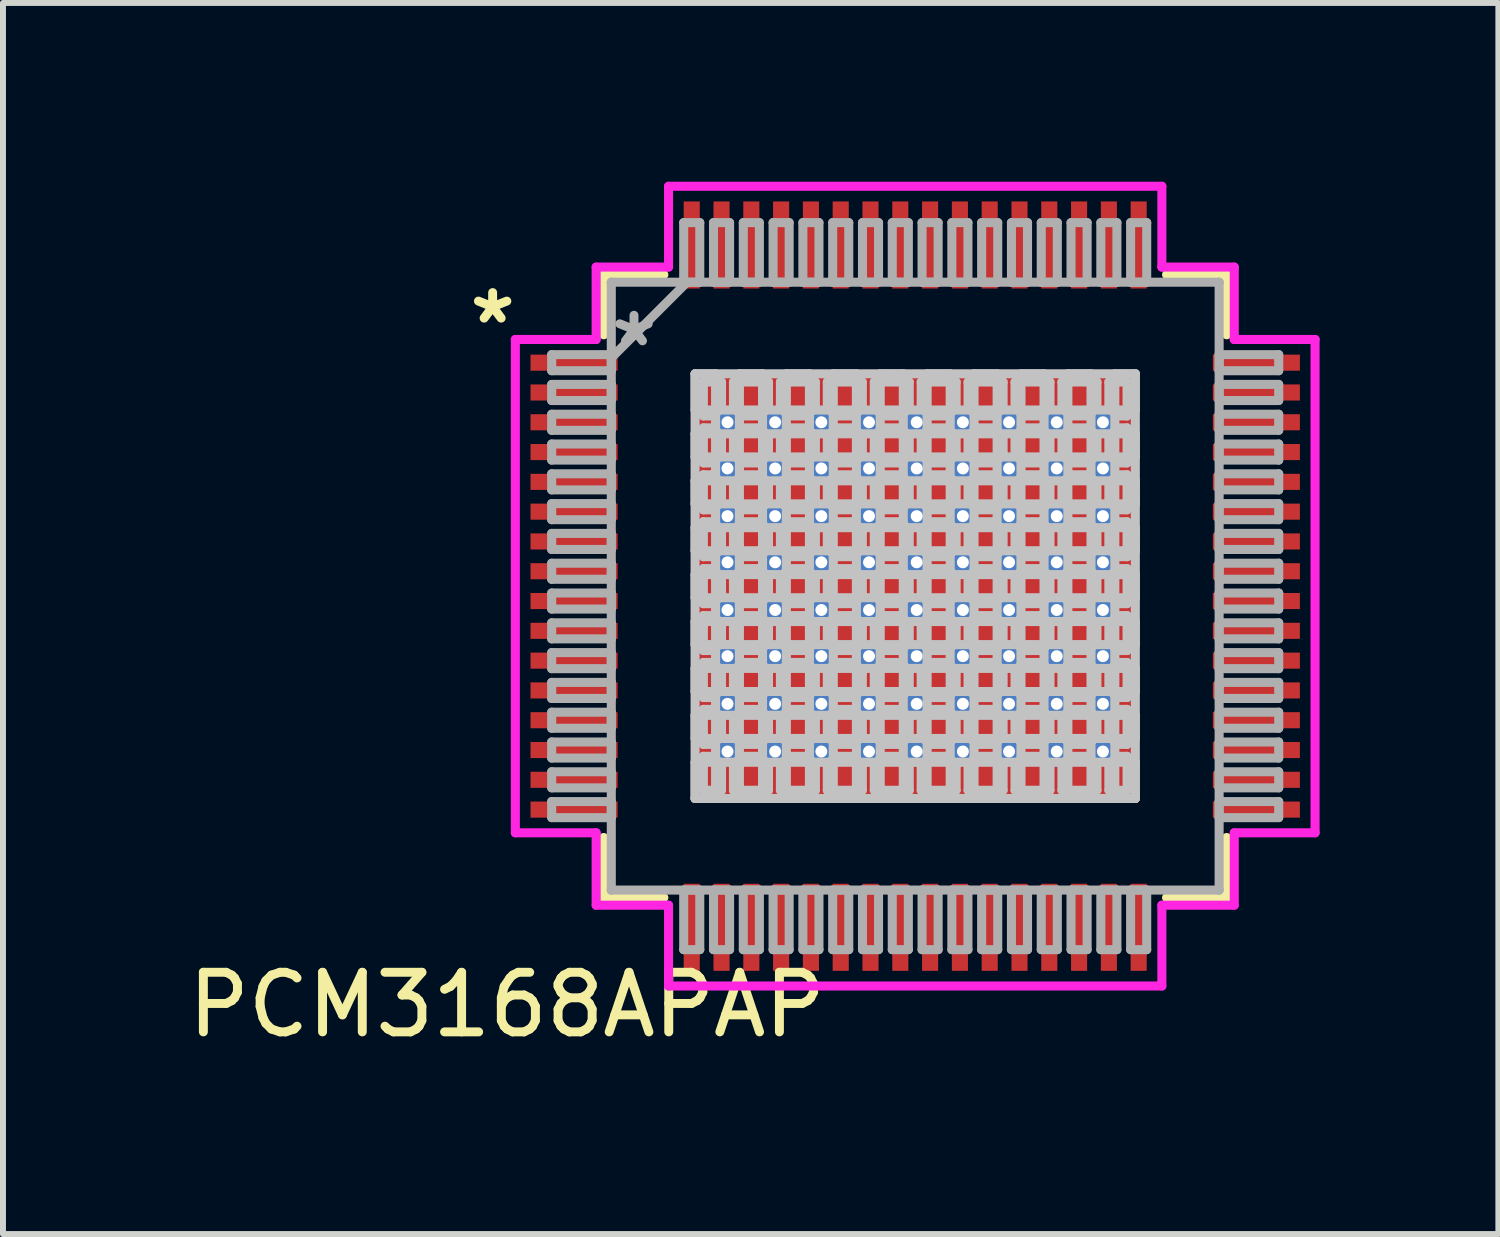
<source format=kicad_pcb>
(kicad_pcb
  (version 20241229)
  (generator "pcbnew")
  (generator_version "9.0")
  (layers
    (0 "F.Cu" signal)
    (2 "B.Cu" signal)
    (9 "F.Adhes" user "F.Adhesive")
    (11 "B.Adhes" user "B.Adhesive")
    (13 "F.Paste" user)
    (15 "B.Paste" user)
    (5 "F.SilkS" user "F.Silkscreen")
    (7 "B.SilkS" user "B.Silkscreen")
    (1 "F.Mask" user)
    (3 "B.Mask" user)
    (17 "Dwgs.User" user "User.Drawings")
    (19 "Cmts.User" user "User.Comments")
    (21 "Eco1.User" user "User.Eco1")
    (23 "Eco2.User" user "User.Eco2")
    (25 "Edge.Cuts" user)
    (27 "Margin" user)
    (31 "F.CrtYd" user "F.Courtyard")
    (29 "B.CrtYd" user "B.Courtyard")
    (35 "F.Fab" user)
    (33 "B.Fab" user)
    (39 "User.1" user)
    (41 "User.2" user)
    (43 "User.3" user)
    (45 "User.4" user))
  (footprint "PCM3168APAP"
    (layer "F.Cu")
    (at 12.308 6.786)
    (property "Reference" "PCM3168APAP" (at -6.85 7.025 0) (layer "F.SilkS") (effects (font (size 1 1) (thickness 0.15))))
    (attr through_hole)
    (fp_line (start -5.227 -5.227) (end -5.227 -4.218) (stroke (width 0.152) (type solid)) (layer "F.SilkS"))
    (fp_line (start -5.227 4.218) (end -5.227 5.227) (stroke (width 0.152) (type solid)) (layer "F.SilkS"))
    (fp_line (start -5.227 5.227) (end -4.218 5.227) (stroke (width 0.152) (type solid)) (layer "F.SilkS"))
    (fp_line (start -4.218 -5.227) (end -5.227 -5.227) (stroke (width 0.152) (type solid)) (layer "F.SilkS"))
    (fp_line (start 4.218 5.227) (end 5.227 5.227) (stroke (width 0.152) (type solid)) (layer "F.SilkS"))
    (fp_line (start 5.227 -5.227) (end 4.218 -5.227) (stroke (width 0.152) (type solid)) (layer "F.SilkS"))
    (fp_line (start 5.227 -4.218) (end 5.227 -5.227) (stroke (width 0.152) (type solid)) (layer "F.SilkS"))
    (fp_line (start 5.227 5.227) (end 5.227 4.218) (stroke (width 0.152) (type solid)) (layer "F.SilkS"))
    (fp_line (start -3.694 -3.563) (end -3.35 -3.563) (stroke (width 0.152) (type solid)) (layer "Dwgs.User"))
    (fp_line (start -3.694 -3.563) (end 3.694 -3.563) (stroke (width 0.152) (type solid)) (layer "Dwgs.User"))
    (fp_line (start -3.694 -2.956) (end -3.694 -3.563) (stroke (width 0.152) (type solid)) (layer "Dwgs.User"))
    (fp_line (start -3.694 -2.556) (end 3.694 -2.556) (stroke (width 0.152) (type solid)) (layer "Dwgs.User"))
    (fp_line (start -3.694 -2.168) (end -3.694 -2.556) (stroke (width 0.152) (type solid)) (layer "Dwgs.User"))
    (fp_line (start -3.694 -1.768) (end 3.694 -1.768) (stroke (width 0.152) (type solid)) (layer "Dwgs.User"))
    (fp_line (start -3.694 -1.381) (end -3.694 -1.768) (stroke (width 0.152) (type solid)) (layer "Dwgs.User"))
    (fp_line (start -3.694 -0.981) (end 3.694 -0.981) (stroke (width 0.152) (type solid)) (layer "Dwgs.User"))
    (fp_line (start -3.694 -0.594) (end -3.694 -0.981) (stroke (width 0.152) (type solid)) (layer "Dwgs.User"))
    (fp_line (start -3.694 -0.194) (end 3.694 -0.194) (stroke (width 0.152) (type solid)) (layer "Dwgs.User"))
    (fp_line (start -3.694 0.194) (end -3.694 -0.194) (stroke (width 0.152) (type solid)) (layer "Dwgs.User"))
    (fp_line (start -3.694 0.594) (end 3.694 0.594) (stroke (width 0.152) (type solid)) (layer "Dwgs.User"))
    (fp_line (start -3.694 0.981) (end -3.694 0.594) (stroke (width 0.152) (type solid)) (layer "Dwgs.User"))
    (fp_line (start -3.694 1.381) (end 3.694 1.381) (stroke (width 0.152) (type solid)) (layer "Dwgs.User"))
    (fp_line (start -3.694 1.768) (end -3.694 1.381) (stroke (width 0.152) (type solid)) (layer "Dwgs.User"))
    (fp_line (start -3.694 2.168) (end 3.694 2.168) (stroke (width 0.152) (type solid)) (layer "Dwgs.User"))
    (fp_line (start -3.694 2.556) (end -3.694 2.168) (stroke (width 0.152) (type solid)) (layer "Dwgs.User"))
    (fp_line (start -3.694 2.956) (end 3.694 2.956) (stroke (width 0.152) (type solid)) (layer "Dwgs.User"))
    (fp_line (start -3.694 3.563) (end -3.694 -3.563) (stroke (width 0.152) (type solid)) (layer "Dwgs.User"))
    (fp_line (start -3.694 3.563) (end -3.694 2.956) (stroke (width 0.152) (type solid)) (layer "Dwgs.User"))
    (fp_line (start -3.555 -3.425) (end -3.555 -2.856) (stroke (width 0.152) (type solid)) (layer "Dwgs.User"))
    (fp_line (start -3.555 -2.856) (end -3.391 -2.856) (stroke (width 0.152) (type solid)) (layer "Dwgs.User"))
    (fp_line (start -3.555 -2.656) (end -3.555 -2.068) (stroke (width 0.152) (type solid)) (layer "Dwgs.User"))
    (fp_line (start -3.555 -2.068) (end -3.391 -2.068) (stroke (width 0.152) (type solid)) (layer "Dwgs.User"))
    (fp_line (start -3.555 -1.869) (end -3.555 -1.281) (stroke (width 0.152) (type solid)) (layer "Dwgs.User"))
    (fp_line (start -3.555 -1.281) (end -3.391 -1.281) (stroke (width 0.152) (type solid)) (layer "Dwgs.User"))
    (fp_line (start -3.555 -1.081) (end -3.555 -0.494) (stroke (width 0.152) (type solid)) (layer "Dwgs.User"))
    (fp_line (start -3.555 -0.494) (end -3.391 -0.494) (stroke (width 0.152) (type solid)) (layer "Dwgs.User"))
    (fp_line (start -3.555 -0.294) (end -3.555 0.294) (stroke (width 0.152) (type solid)) (layer "Dwgs.User"))
    (fp_line (start -3.555 0.294) (end -3.391 0.294) (stroke (width 0.152) (type solid)) (layer "Dwgs.User"))
    (fp_line (start -3.555 0.494) (end -3.555 1.081) (stroke (width 0.152) (type solid)) (layer "Dwgs.User"))
    (fp_line (start -3.555 1.081) (end -3.391 1.081) (stroke (width 0.152) (type solid)) (layer "Dwgs.User"))
    (fp_line (start -3.555 1.281) (end -3.555 1.869) (stroke (width 0.152) (type solid)) (layer "Dwgs.User"))
    (fp_line (start -3.555 1.869) (end -3.391 1.869) (stroke (width 0.152) (type solid)) (layer "Dwgs.User"))
    (fp_line (start -3.555 2.068) (end -3.555 2.656) (stroke (width 0.152) (type solid)) (layer "Dwgs.User"))
    (fp_line (start -3.555 2.656) (end -3.391 2.656) (stroke (width 0.152) (type solid)) (layer "Dwgs.User"))
    (fp_line (start -3.555 2.856) (end -3.555 3.425) (stroke (width 0.152) (type solid)) (layer "Dwgs.User"))
    (fp_line (start -3.555 3.425) (end -3.25 3.425) (stroke (width 0.152) (type solid)) (layer "Dwgs.User"))
    (fp_line (start -3.391 -2.856) (end -3.391 -2.856) (stroke (width 0.152) (type solid)) (layer "Dwgs.User"))
    (fp_line (start -3.391 -2.856) (end -3.25 -2.997) (stroke (width 0.152) (type solid)) (layer "Dwgs.User"))
    (fp_line (start -3.391 -2.656) (end -3.555 -2.656) (stroke (width 0.152) (type solid)) (layer "Dwgs.User"))
    (fp_line (start -3.391 -2.656) (end -3.391 -2.656) (stroke (width 0.152) (type solid)) (layer "Dwgs.User"))
    (fp_line (start -3.391 -2.068) (end -3.391 -2.068) (stroke (width 0.152) (type solid)) (layer "Dwgs.User"))
    (fp_line (start -3.391 -2.068) (end -3.25 -2.21) (stroke (width 0.152) (type solid)) (layer "Dwgs.User"))
    (fp_line (start -3.391 -1.869) (end -3.555 -1.869) (stroke (width 0.152) (type solid)) (layer "Dwgs.User"))
    (fp_line (start -3.391 -1.869) (end -3.391 -1.869) (stroke (width 0.152) (type solid)) (layer "Dwgs.User"))
    (fp_line (start -3.391 -1.281) (end -3.391 -1.281) (stroke (width 0.152) (type solid)) (layer "Dwgs.User"))
    (fp_line (start -3.391 -1.281) (end -3.25 -1.423) (stroke (width 0.152) (type solid)) (layer "Dwgs.User"))
    (fp_line (start -3.391 -1.081) (end -3.555 -1.081) (stroke (width 0.152) (type solid)) (layer "Dwgs.User"))
    (fp_line (start -3.391 -1.081) (end -3.391 -1.081) (stroke (width 0.152) (type solid)) (layer "Dwgs.User"))
    (fp_line (start -3.391 -0.494) (end -3.391 -0.494) (stroke (width 0.152) (type solid)) (layer "Dwgs.User"))
    (fp_line (start -3.391 -0.494) (end -3.25 -0.635) (stroke (width 0.152) (type solid)) (layer "Dwgs.User"))
    (fp_line (start -3.391 -0.294) (end -3.555 -0.294) (stroke (width 0.152) (type solid)) (layer "Dwgs.User"))
    (fp_line (start -3.391 -0.294) (end -3.391 -0.294) (stroke (width 0.152) (type solid)) (layer "Dwgs.User"))
    (fp_line (start -3.391 0.294) (end -3.391 0.294) (stroke (width 0.152) (type solid)) (layer "Dwgs.User"))
    (fp_line (start -3.391 0.294) (end -3.25 0.152) (stroke (width 0.152) (type solid)) (layer "Dwgs.User"))
    (fp_line (start -3.391 0.494) (end -3.555 0.494) (stroke (width 0.152) (type solid)) (layer "Dwgs.User"))
    (fp_line (start -3.391 0.494) (end -3.391 0.494) (stroke (width 0.152) (type solid)) (layer "Dwgs.User"))
    (fp_line (start -3.391 1.081) (end -3.391 1.081) (stroke (width 0.152) (type solid)) (layer "Dwgs.User"))
    (fp_line (start -3.391 1.081) (end -3.25 0.94) (stroke (width 0.152) (type solid)) (layer "Dwgs.User"))
    (fp_line (start -3.391 1.281) (end -3.555 1.281) (stroke (width 0.152) (type solid)) (layer "Dwgs.User"))
    (fp_line (start -3.391 1.281) (end -3.391 1.281) (stroke (width 0.152) (type solid)) (layer "Dwgs.User"))
    (fp_line (start -3.391 1.869) (end -3.391 1.869) (stroke (width 0.152) (type solid)) (layer "Dwgs.User"))
    (fp_line (start -3.391 1.869) (end -3.25 1.727) (stroke (width 0.152) (type solid)) (layer "Dwgs.User"))
    (fp_line (start -3.391 2.068) (end -3.555 2.068) (stroke (width 0.152) (type solid)) (layer "Dwgs.User"))
    (fp_line (start -3.391 2.068) (end -3.391 2.068) (stroke (width 0.152) (type solid)) (layer "Dwgs.User"))
    (fp_line (start -3.391 2.656) (end -3.391 2.656) (stroke (width 0.152) (type solid)) (layer "Dwgs.User"))
    (fp_line (start -3.391 2.656) (end -3.25 2.514) (stroke (width 0.152) (type solid)) (layer "Dwgs.User"))
    (fp_line (start -3.391 2.856) (end -3.555 2.856) (stroke (width 0.152) (type solid)) (layer "Dwgs.User"))
    (fp_line (start -3.391 2.856) (end -3.391 2.856) (stroke (width 0.152) (type solid)) (layer "Dwgs.User"))
    (fp_line (start -3.35 -3.563) (end -3.35 3.563) (stroke (width 0.152) (type solid)) (layer "Dwgs.User"))
    (fp_line (start -3.35 3.563) (end -3.694 3.563) (stroke (width 0.152) (type solid)) (layer "Dwgs.User"))
    (fp_line (start -3.25 -3.425) (end -3.555 -3.425) (stroke (width 0.152) (type solid)) (layer "Dwgs.User"))
    (fp_line (start -3.25 -2.997) (end -3.25 -3.425) (stroke (width 0.152) (type solid)) (layer "Dwgs.User"))
    (fp_line (start -3.25 -2.997) (end -3.25 -2.997) (stroke (width 0.152) (type solid)) (layer "Dwgs.User"))
    (fp_line (start -3.25 -2.514) (end -3.391 -2.656) (stroke (width 0.152) (type solid)) (layer "Dwgs.User"))
    (fp_line (start -3.25 -2.514) (end -3.25 -2.514) (stroke (width 0.152) (type solid)) (layer "Dwgs.User"))
    (fp_line (start -3.25 -2.21) (end -3.25 -2.514) (stroke (width 0.152) (type solid)) (layer "Dwgs.User"))
    (fp_line (start -3.25 -2.21) (end -3.25 -2.21) (stroke (width 0.152) (type solid)) (layer "Dwgs.User"))
    (fp_line (start -3.25 -1.727) (end -3.391 -1.869) (stroke (width 0.152) (type solid)) (layer "Dwgs.User"))
    (fp_line (start -3.25 -1.727) (end -3.25 -1.727) (stroke (width 0.152) (type solid)) (layer "Dwgs.User"))
    (fp_line (start -3.25 -1.423) (end -3.25 -1.727) (stroke (width 0.152) (type solid)) (layer "Dwgs.User"))
    (fp_line (start -3.25 -1.423) (end -3.25 -1.423) (stroke (width 0.152) (type solid)) (layer "Dwgs.User"))
    (fp_line (start -3.25 -0.94) (end -3.391 -1.081) (stroke (width 0.152) (type solid)) (layer "Dwgs.User"))
    (fp_line (start -3.25 -0.94) (end -3.25 -0.94) (stroke (width 0.152) (type solid)) (layer "Dwgs.User"))
    (fp_line (start -3.25 -0.635) (end -3.25 -0.94) (stroke (width 0.152) (type solid)) (layer "Dwgs.User"))
    (fp_line (start -3.25 -0.635) (end -3.25 -0.635) (stroke (width 0.152) (type solid)) (layer "Dwgs.User"))
    (fp_line (start -3.25 -0.152) (end -3.391 -0.294) (stroke (width 0.152) (type solid)) (layer "Dwgs.User"))
    (fp_line (start -3.25 -0.152) (end -3.25 -0.152) (stroke (width 0.152) (type solid)) (layer "Dwgs.User"))
    (fp_line (start -3.25 0.152) (end -3.25 -0.152) (stroke (width 0.152) (type solid)) (layer "Dwgs.User"))
    (fp_line (start -3.25 0.152) (end -3.25 0.152) (stroke (width 0.152) (type solid)) (layer "Dwgs.User"))
    (fp_line (start -3.25 0.635) (end -3.391 0.494) (stroke (width 0.152) (type solid)) (layer "Dwgs.User"))
    (fp_line (start -3.25 0.635) (end -3.25 0.635) (stroke (width 0.152) (type solid)) (layer "Dwgs.User"))
    (fp_line (start -3.25 0.94) (end -3.25 0.635) (stroke (width 0.152) (type solid)) (layer "Dwgs.User"))
    (fp_line (start -3.25 0.94) (end -3.25 0.94) (stroke (width 0.152) (type solid)) (layer "Dwgs.User"))
    (fp_line (start -3.25 1.423) (end -3.391 1.281) (stroke (width 0.152) (type solid)) (layer "Dwgs.User"))
    (fp_line (start -3.25 1.423) (end -3.25 1.423) (stroke (width 0.152) (type solid)) (layer "Dwgs.User"))
    (fp_line (start -3.25 1.727) (end -3.25 1.423) (stroke (width 0.152) (type solid)) (layer "Dwgs.User"))
    (fp_line (start -3.25 1.727) (end -3.25 1.727) (stroke (width 0.152) (type solid)) (layer "Dwgs.User"))
    (fp_line (start -3.25 2.21) (end -3.391 2.068) (stroke (width 0.152) (type solid)) (layer "Dwgs.User"))
    (fp_line (start -3.25 2.21) (end -3.25 2.21) (stroke (width 0.152) (type solid)) (layer "Dwgs.User"))
    (fp_line (start -3.25 2.514) (end -3.25 2.21) (stroke (width 0.152) (type solid)) (layer "Dwgs.User"))
    (fp_line (start -3.25 2.514) (end -3.25 2.514) (stroke (width 0.152) (type solid)) (layer "Dwgs.User"))
    (fp_line (start -3.25 2.997) (end -3.391 2.856) (stroke (width 0.152) (type solid)) (layer "Dwgs.User"))
    (fp_line (start -3.25 2.997) (end -3.25 2.997) (stroke (width 0.152) (type solid)) (layer "Dwgs.User"))
    (fp_line (start -3.25 3.425) (end -3.25 2.997) (stroke (width 0.152) (type solid)) (layer "Dwgs.User"))
    (fp_line (start -3.05 -3.425) (end -3.05 -2.997) (stroke (width 0.152) (type solid)) (layer "Dwgs.User"))
    (fp_line (start -3.05 -2.997) (end -3.05 -2.997) (stroke (width 0.152) (type solid)) (layer "Dwgs.User"))
    (fp_line (start -3.05 -2.997) (end -2.908 -2.856) (stroke (width 0.152) (type solid)) (layer "Dwgs.User"))
    (fp_line (start -3.05 -2.514) (end -3.05 -2.514) (stroke (width 0.152) (type solid)) (layer "Dwgs.User"))
    (fp_line (start -3.05 -2.514) (end -3.05 -2.21) (stroke (width 0.152) (type solid)) (layer "Dwgs.User"))
    (fp_line (start -3.05 -2.21) (end -3.05 -2.21) (stroke (width 0.152) (type solid)) (layer "Dwgs.User"))
    (fp_line (start -3.05 -2.21) (end -2.908 -2.068) (stroke (width 0.152) (type solid)) (layer "Dwgs.User"))
    (fp_line (start -3.05 -1.727) (end -3.05 -1.727) (stroke (width 0.152) (type solid)) (layer "Dwgs.User"))
    (fp_line (start -3.05 -1.727) (end -3.05 -1.423) (stroke (width 0.152) (type solid)) (layer "Dwgs.User"))
    (fp_line (start -3.05 -1.423) (end -3.05 -1.423) (stroke (width 0.152) (type solid)) (layer "Dwgs.User"))
    (fp_line (start -3.05 -1.423) (end -2.908 -1.281) (stroke (width 0.152) (type solid)) (layer "Dwgs.User"))
    (fp_line (start -3.05 -0.94) (end -3.05 -0.94) (stroke (width 0.152) (type solid)) (layer "Dwgs.User"))
    (fp_line (start -3.05 -0.94) (end -3.05 -0.635) (stroke (width 0.152) (type solid)) (layer "Dwgs.User"))
    (fp_line (start -3.05 -0.635) (end -3.05 -0.635) (stroke (width 0.152) (type solid)) (layer "Dwgs.User"))
    (fp_line (start -3.05 -0.635) (end -2.908 -0.494) (stroke (width 0.152) (type solid)) (layer "Dwgs.User"))
    (fp_line (start -3.05 -0.152) (end -3.05 -0.152) (stroke (width 0.152) (type solid)) (layer "Dwgs.User"))
    (fp_line (start -3.05 -0.152) (end -3.05 0.152) (stroke (width 0.152) (type solid)) (layer "Dwgs.User"))
    (fp_line (start -3.05 0.152) (end -3.05 0.152) (stroke (width 0.152) (type solid)) (layer "Dwgs.User"))
    (fp_line (start -3.05 0.152) (end -2.908 0.294) (stroke (width 0.152) (type solid)) (layer "Dwgs.User"))
    (fp_line (start -3.05 0.635) (end -3.05 0.635) (stroke (width 0.152) (type solid)) (layer "Dwgs.User"))
    (fp_line (start -3.05 0.635) (end -3.05 0.94) (stroke (width 0.152) (type solid)) (layer "Dwgs.User"))
    (fp_line (start -3.05 0.94) (end -3.05 0.94) (stroke (width 0.152) (type solid)) (layer "Dwgs.User"))
    (fp_line (start -3.05 0.94) (end -2.908 1.081) (stroke (width 0.152) (type solid)) (layer "Dwgs.User"))
    (fp_line (start -3.05 1.423) (end -3.05 1.423) (stroke (width 0.152) (type solid)) (layer "Dwgs.User"))
    (fp_line (start -3.05 1.423) (end -3.05 1.727) (stroke (width 0.152) (type solid)) (layer "Dwgs.User"))
    (fp_line (start -3.05 1.727) (end -3.05 1.727) (stroke (width 0.152) (type solid)) (layer "Dwgs.User"))
    (fp_line (start -3.05 1.727) (end -2.908 1.869) (stroke (width 0.152) (type solid)) (layer "Dwgs.User"))
    (fp_line (start -3.05 2.21) (end -3.05 2.21) (stroke (width 0.152) (type solid)) (layer "Dwgs.User"))
    (fp_line (start -3.05 2.21) (end -3.05 2.514) (stroke (width 0.152) (type solid)) (layer "Dwgs.User"))
    (fp_line (start -3.05 2.514) (end -3.05 2.514) (stroke (width 0.152) (type solid)) (layer "Dwgs.User"))
    (fp_line (start -3.05 2.514) (end -2.908 2.656) (stroke (width 0.152) (type solid)) (layer "Dwgs.User"))
    (fp_line (start -3.05 2.997) (end -3.05 2.997) (stroke (width 0.152) (type solid)) (layer "Dwgs.User"))
    (fp_line (start -3.05 2.997) (end -3.05 3.425) (stroke (width 0.152) (type solid)) (layer "Dwgs.User"))
    (fp_line (start -3.05 3.425) (end -2.462 3.425) (stroke (width 0.152) (type solid)) (layer "Dwgs.User"))
    (fp_line (start -2.95 -3.563) (end -2.95 3.563) (stroke (width 0.152) (type solid)) (layer "Dwgs.User"))
    (fp_line (start -2.95 3.563) (end -2.562 3.563) (stroke (width 0.152) (type solid)) (layer "Dwgs.User"))
    (fp_line (start -2.908 -2.856) (end -2.908 -2.856) (stroke (width 0.152) (type solid)) (layer "Dwgs.User"))
    (fp_line (start -2.908 -2.856) (end -2.604 -2.856) (stroke (width 0.152) (type solid)) (layer "Dwgs.User"))
    (fp_line (start -2.908 -2.656) (end -3.05 -2.514) (stroke (width 0.152) (type solid)) (layer "Dwgs.User"))
    (fp_line (start -2.908 -2.656) (end -2.908 -2.656) (stroke (width 0.152) (type solid)) (layer "Dwgs.User"))
    (fp_line (start -2.908 -2.068) (end -2.908 -2.068) (stroke (width 0.152) (type solid)) (layer "Dwgs.User"))
    (fp_line (start -2.908 -2.068) (end -2.604 -2.068) (stroke (width 0.152) (type solid)) (layer "Dwgs.User"))
    (fp_line (start -2.908 -1.869) (end -3.05 -1.727) (stroke (width 0.152) (type solid)) (layer "Dwgs.User"))
    (fp_line (start -2.908 -1.869) (end -2.908 -1.869) (stroke (width 0.152) (type solid)) (layer "Dwgs.User"))
    (fp_line (start -2.908 -1.281) (end -2.908 -1.281) (stroke (width 0.152) (type solid)) (layer "Dwgs.User"))
    (fp_line (start -2.908 -1.281) (end -2.604 -1.281) (stroke (width 0.152) (type solid)) (layer "Dwgs.User"))
    (fp_line (start -2.908 -1.081) (end -3.05 -0.94) (stroke (width 0.152) (type solid)) (layer "Dwgs.User"))
    (fp_line (start -2.908 -1.081) (end -2.908 -1.081) (stroke (width 0.152) (type solid)) (layer "Dwgs.User"))
    (fp_line (start -2.908 -0.494) (end -2.908 -0.494) (stroke (width 0.152) (type solid)) (layer "Dwgs.User"))
    (fp_line (start -2.908 -0.494) (end -2.604 -0.494) (stroke (width 0.152) (type solid)) (layer "Dwgs.User"))
    (fp_line (start -2.908 -0.294) (end -3.05 -0.152) (stroke (width 0.152) (type solid)) (layer "Dwgs.User"))
    (fp_line (start -2.908 -0.294) (end -2.908 -0.294) (stroke (width 0.152) (type solid)) (layer "Dwgs.User"))
    (fp_line (start -2.908 0.294) (end -2.908 0.294) (stroke (width 0.152) (type solid)) (layer "Dwgs.User"))
    (fp_line (start -2.908 0.294) (end -2.604 0.294) (stroke (width 0.152) (type solid)) (layer "Dwgs.User"))
    (fp_line (start -2.908 0.494) (end -3.05 0.635) (stroke (width 0.152) (type solid)) (layer "Dwgs.User"))
    (fp_line (start -2.908 0.494) (end -2.908 0.494) (stroke (width 0.152) (type solid)) (layer "Dwgs.User"))
    (fp_line (start -2.908 1.081) (end -2.908 1.081) (stroke (width 0.152) (type solid)) (layer "Dwgs.User"))
    (fp_line (start -2.908 1.081) (end -2.604 1.081) (stroke (width 0.152) (type solid)) (layer "Dwgs.User"))
    (fp_line (start -2.908 1.281) (end -3.05 1.423) (stroke (width 0.152) (type solid)) (layer "Dwgs.User"))
    (fp_line (start -2.908 1.281) (end -2.908 1.281) (stroke (width 0.152) (type solid)) (layer "Dwgs.User"))
    (fp_line (start -2.908 1.869) (end -2.908 1.869) (stroke (width 0.152) (type solid)) (layer "Dwgs.User"))
    (fp_line (start -2.908 1.869) (end -2.604 1.869) (stroke (width 0.152) (type solid)) (layer "Dwgs.User"))
    (fp_line (start -2.908 2.068) (end -3.05 2.21) (stroke (width 0.152) (type solid)) (layer "Dwgs.User"))
    (fp_line (start -2.908 2.068) (end -2.908 2.068) (stroke (width 0.152) (type solid)) (layer "Dwgs.User"))
    (fp_line (start -2.908 2.656) (end -2.908 2.656) (stroke (width 0.152) (type solid)) (layer "Dwgs.User"))
    (fp_line (start -2.908 2.656) (end -2.604 2.656) (stroke (width 0.152) (type solid)) (layer "Dwgs.User"))
    (fp_line (start -2.908 2.856) (end -3.05 2.997) (stroke (width 0.152) (type solid)) (layer "Dwgs.User"))
    (fp_line (start -2.908 2.856) (end -2.908 2.856) (stroke (width 0.152) (type solid)) (layer "Dwgs.User"))
    (fp_line (start -2.604 -2.856) (end -2.604 -2.856) (stroke (width 0.152) (type solid)) (layer "Dwgs.User"))
    (fp_line (start -2.604 -2.856) (end -2.462 -2.997) (stroke (width 0.152) (type solid)) (layer "Dwgs.User"))
    (fp_line (start -2.604 -2.656) (end -2.908 -2.656) (stroke (width 0.152) (type solid)) (layer "Dwgs.User"))
    (fp_line (start -2.604 -2.656) (end -2.604 -2.656) (stroke (width 0.152) (type solid)) (layer "Dwgs.User"))
    (fp_line (start -2.604 -2.068) (end -2.604 -2.068) (stroke (width 0.152) (type solid)) (layer "Dwgs.User"))
    (fp_line (start -2.604 -2.068) (end -2.462 -2.21) (stroke (width 0.152) (type solid)) (layer "Dwgs.User"))
    (fp_line (start -2.604 -1.869) (end -2.908 -1.869) (stroke (width 0.152) (type solid)) (layer "Dwgs.User"))
    (fp_line (start -2.604 -1.869) (end -2.604 -1.869) (stroke (width 0.152) (type solid)) (layer "Dwgs.User"))
    (fp_line (start -2.604 -1.281) (end -2.604 -1.281) (stroke (width 0.152) (type solid)) (layer "Dwgs.User"))
    (fp_line (start -2.604 -1.281) (end -2.462 -1.423) (stroke (width 0.152) (type solid)) (layer "Dwgs.User"))
    (fp_line (start -2.604 -1.081) (end -2.908 -1.081) (stroke (width 0.152) (type solid)) (layer "Dwgs.User"))
    (fp_line (start -2.604 -1.081) (end -2.604 -1.081) (stroke (width 0.152) (type solid)) (layer "Dwgs.User"))
    (fp_line (start -2.604 -0.494) (end -2.604 -0.494) (stroke (width 0.152) (type solid)) (layer "Dwgs.User"))
    (fp_line (start -2.604 -0.494) (end -2.462 -0.635) (stroke (width 0.152) (type solid)) (layer "Dwgs.User"))
    (fp_line (start -2.604 -0.294) (end -2.908 -0.294) (stroke (width 0.152) (type solid)) (layer "Dwgs.User"))
    (fp_line (start -2.604 -0.294) (end -2.604 -0.294) (stroke (width 0.152) (type solid)) (layer "Dwgs.User"))
    (fp_line (start -2.604 0.294) (end -2.604 0.294) (stroke (width 0.152) (type solid)) (layer "Dwgs.User"))
    (fp_line (start -2.604 0.294) (end -2.462 0.152) (stroke (width 0.152) (type solid)) (layer "Dwgs.User"))
    (fp_line (start -2.604 0.494) (end -2.908 0.494) (stroke (width 0.152) (type solid)) (layer "Dwgs.User"))
    (fp_line (start -2.604 0.494) (end -2.604 0.494) (stroke (width 0.152) (type solid)) (layer "Dwgs.User"))
    (fp_line (start -2.604 1.081) (end -2.604 1.081) (stroke (width 0.152) (type solid)) (layer "Dwgs.User"))
    (fp_line (start -2.604 1.081) (end -2.462 0.94) (stroke (width 0.152) (type solid)) (layer "Dwgs.User"))
    (fp_line (start -2.604 1.281) (end -2.908 1.281) (stroke (width 0.152) (type solid)) (layer "Dwgs.User"))
    (fp_line (start -2.604 1.281) (end -2.604 1.281) (stroke (width 0.152) (type solid)) (layer "Dwgs.User"))
    (fp_line (start -2.604 1.869) (end -2.604 1.869) (stroke (width 0.152) (type solid)) (layer "Dwgs.User"))
    (fp_line (start -2.604 1.869) (end -2.462 1.727) (stroke (width 0.152) (type solid)) (layer "Dwgs.User"))
    (fp_line (start -2.604 2.068) (end -2.908 2.068) (stroke (width 0.152) (type solid)) (layer "Dwgs.User"))
    (fp_line (start -2.604 2.068) (end -2.604 2.068) (stroke (width 0.152) (type solid)) (layer "Dwgs.User"))
    (fp_line (start -2.604 2.656) (end -2.604 2.656) (stroke (width 0.152) (type solid)) (layer "Dwgs.User"))
    (fp_line (start -2.604 2.656) (end -2.462 2.514) (stroke (width 0.152) (type solid)) (layer "Dwgs.User"))
    (fp_line (start -2.604 2.856) (end -2.908 2.856) (stroke (width 0.152) (type solid)) (layer "Dwgs.User"))
    (fp_line (start -2.604 2.856) (end -2.604 2.856) (stroke (width 0.152) (type solid)) (layer "Dwgs.User"))
    (fp_line (start -2.562 -3.563) (end -2.95 -3.563) (stroke (width 0.152) (type solid)) (layer "Dwgs.User"))
    (fp_line (start -2.562 3.563) (end -2.562 -3.563) (stroke (width 0.152) (type solid)) (layer "Dwgs.User"))
    (fp_line (start -2.462 -3.425) (end -3.05 -3.425) (stroke (width 0.152) (type solid)) (layer "Dwgs.User"))
    (fp_line (start -2.462 -2.997) (end -2.462 -3.425) (stroke (width 0.152) (type solid)) (layer "Dwgs.User"))
    (fp_line (start -2.462 -2.997) (end -2.462 -2.997) (stroke (width 0.152) (type solid)) (layer "Dwgs.User"))
    (fp_line (start -2.462 -2.514) (end -2.604 -2.656) (stroke (width 0.152) (type solid)) (layer "Dwgs.User"))
    (fp_line (start -2.462 -2.514) (end -2.462 -2.514) (stroke (width 0.152) (type solid)) (layer "Dwgs.User"))
    (fp_line (start -2.462 -2.21) (end -2.462 -2.514) (stroke (width 0.152) (type solid)) (layer "Dwgs.User"))
    (fp_line (start -2.462 -2.21) (end -2.462 -2.21) (stroke (width 0.152) (type solid)) (layer "Dwgs.User"))
    (fp_line (start -2.462 -1.727) (end -2.604 -1.869) (stroke (width 0.152) (type solid)) (layer "Dwgs.User"))
    (fp_line (start -2.462 -1.727) (end -2.462 -1.727) (stroke (width 0.152) (type solid)) (layer "Dwgs.User"))
    (fp_line (start -2.462 -1.423) (end -2.462 -1.727) (stroke (width 0.152) (type solid)) (layer "Dwgs.User"))
    (fp_line (start -2.462 -1.423) (end -2.462 -1.423) (stroke (width 0.152) (type solid)) (layer "Dwgs.User"))
    (fp_line (start -2.462 -0.94) (end -2.604 -1.081) (stroke (width 0.152) (type solid)) (layer "Dwgs.User"))
    (fp_line (start -2.462 -0.94) (end -2.462 -0.94) (stroke (width 0.152) (type solid)) (layer "Dwgs.User"))
    (fp_line (start -2.462 -0.635) (end -2.462 -0.94) (stroke (width 0.152) (type solid)) (layer "Dwgs.User"))
    (fp_line (start -2.462 -0.635) (end -2.462 -0.635) (stroke (width 0.152) (type solid)) (layer "Dwgs.User"))
    (fp_line (start -2.462 -0.152) (end -2.604 -0.294) (stroke (width 0.152) (type solid)) (layer "Dwgs.User"))
    (fp_line (start -2.462 -0.152) (end -2.462 -0.152) (stroke (width 0.152) (type solid)) (layer "Dwgs.User"))
    (fp_line (start -2.462 0.152) (end -2.462 -0.152) (stroke (width 0.152) (type solid)) (layer "Dwgs.User"))
    (fp_line (start -2.462 0.152) (end -2.462 0.152) (stroke (width 0.152) (type solid)) (layer "Dwgs.User"))
    (fp_line (start -2.462 0.635) (end -2.604 0.494) (stroke (width 0.152) (type solid)) (layer "Dwgs.User"))
    (fp_line (start -2.462 0.635) (end -2.462 0.635) (stroke (width 0.152) (type solid)) (layer "Dwgs.User"))
    (fp_line (start -2.462 0.94) (end -2.462 0.635) (stroke (width 0.152) (type solid)) (layer "Dwgs.User"))
    (fp_line (start -2.462 0.94) (end -2.462 0.94) (stroke (width 0.152) (type solid)) (layer "Dwgs.User"))
    (fp_line (start -2.462 1.423) (end -2.604 1.281) (stroke (width 0.152) (type solid)) (layer "Dwgs.User"))
    (fp_line (start -2.462 1.423) (end -2.462 1.423) (stroke (width 0.152) (type solid)) (layer "Dwgs.User"))
    (fp_line (start -2.462 1.727) (end -2.462 1.423) (stroke (width 0.152) (type solid)) (layer "Dwgs.User"))
    (fp_line (start -2.462 1.727) (end -2.462 1.727) (stroke (width 0.152) (type solid)) (layer "Dwgs.User"))
    (fp_line (start -2.462 2.21) (end -2.604 2.068) (stroke (width 0.152) (type solid)) (layer "Dwgs.User"))
    (fp_line (start -2.462 2.21) (end -2.462 2.21) (stroke (width 0.152) (type solid)) (layer "Dwgs.User"))
    (fp_line (start -2.462 2.514) (end -2.462 2.21) (stroke (width 0.152) (type solid)) (layer "Dwgs.User"))
    (fp_line (start -2.462 2.514) (end -2.462 2.514) (stroke (width 0.152) (type solid)) (layer "Dwgs.User"))
    (fp_line (start -2.462 2.997) (end -2.604 2.856) (stroke (width 0.152) (type solid)) (layer "Dwgs.User"))
    (fp_line (start -2.462 2.997) (end -2.462 2.997) (stroke (width 0.152) (type solid)) (layer "Dwgs.User"))
    (fp_line (start -2.462 3.425) (end -2.462 2.997) (stroke (width 0.152) (type solid)) (layer "Dwgs.User"))
    (fp_line (start -2.262 -3.425) (end -2.262 -2.997) (stroke (width 0.152) (type solid)) (layer "Dwgs.User"))
    (fp_line (start -2.262 -2.997) (end -2.262 -2.997) (stroke (width 0.152) (type solid)) (layer "Dwgs.User"))
    (fp_line (start -2.262 -2.997) (end -2.121 -2.856) (stroke (width 0.152) (type solid)) (layer "Dwgs.User"))
    (fp_line (start -2.262 -2.514) (end -2.262 -2.514) (stroke (width 0.152) (type solid)) (layer "Dwgs.User"))
    (fp_line (start -2.262 -2.514) (end -2.262 -2.21) (stroke (width 0.152) (type solid)) (layer "Dwgs.User"))
    (fp_line (start -2.262 -2.21) (end -2.262 -2.21) (stroke (width 0.152) (type solid)) (layer "Dwgs.User"))
    (fp_line (start -2.262 -2.21) (end -2.121 -2.068) (stroke (width 0.152) (type solid)) (layer "Dwgs.User"))
    (fp_line (start -2.262 -1.727) (end -2.262 -1.727) (stroke (width 0.152) (type solid)) (layer "Dwgs.User"))
    (fp_line (start -2.262 -1.727) (end -2.262 -1.423) (stroke (width 0.152) (type solid)) (layer "Dwgs.User"))
    (fp_line (start -2.262 -1.423) (end -2.262 -1.423) (stroke (width 0.152) (type solid)) (layer "Dwgs.User"))
    (fp_line (start -2.262 -1.423) (end -2.121 -1.281) (stroke (width 0.152) (type solid)) (layer "Dwgs.User"))
    (fp_line (start -2.262 -0.94) (end -2.262 -0.94) (stroke (width 0.152) (type solid)) (layer "Dwgs.User"))
    (fp_line (start -2.262 -0.94) (end -2.262 -0.635) (stroke (width 0.152) (type solid)) (layer "Dwgs.User"))
    (fp_line (start -2.262 -0.635) (end -2.262 -0.635) (stroke (width 0.152) (type solid)) (layer "Dwgs.User"))
    (fp_line (start -2.262 -0.635) (end -2.121 -0.494) (stroke (width 0.152) (type solid)) (layer "Dwgs.User"))
    (fp_line (start -2.262 -0.152) (end -2.262 -0.152) (stroke (width 0.152) (type solid)) (layer "Dwgs.User"))
    (fp_line (start -2.262 -0.152) (end -2.262 0.152) (stroke (width 0.152) (type solid)) (layer "Dwgs.User"))
    (fp_line (start -2.262 0.152) (end -2.262 0.152) (stroke (width 0.152) (type solid)) (layer "Dwgs.User"))
    (fp_line (start -2.262 0.152) (end -2.121 0.294) (stroke (width 0.152) (type solid)) (layer "Dwgs.User"))
    (fp_line (start -2.262 0.635) (end -2.262 0.635) (stroke (width 0.152) (type solid)) (layer "Dwgs.User"))
    (fp_line (start -2.262 0.635) (end -2.262 0.94) (stroke (width 0.152) (type solid)) (layer "Dwgs.User"))
    (fp_line (start -2.262 0.94) (end -2.262 0.94) (stroke (width 0.152) (type solid)) (layer "Dwgs.User"))
    (fp_line (start -2.262 0.94) (end -2.121 1.081) (stroke (width 0.152) (type solid)) (layer "Dwgs.User"))
    (fp_line (start -2.262 1.423) (end -2.262 1.423) (stroke (width 0.152) (type solid)) (layer "Dwgs.User"))
    (fp_line (start -2.262 1.423) (end -2.262 1.727) (stroke (width 0.152) (type solid)) (layer "Dwgs.User"))
    (fp_line (start -2.262 1.727) (end -2.262 1.727) (stroke (width 0.152) (type solid)) (layer "Dwgs.User"))
    (fp_line (start -2.262 1.727) (end -2.121 1.869) (stroke (width 0.152) (type solid)) (layer "Dwgs.User"))
    (fp_line (start -2.262 2.21) (end -2.262 2.21) (stroke (width 0.152) (type solid)) (layer "Dwgs.User"))
    (fp_line (start -2.262 2.21) (end -2.262 2.514) (stroke (width 0.152) (type solid)) (layer "Dwgs.User"))
    (fp_line (start -2.262 2.514) (end -2.262 2.514) (stroke (width 0.152) (type solid)) (layer "Dwgs.User"))
    (fp_line (start -2.262 2.514) (end -2.121 2.656) (stroke (width 0.152) (type solid)) (layer "Dwgs.User"))
    (fp_line (start -2.262 2.997) (end -2.262 2.997) (stroke (width 0.152) (type solid)) (layer "Dwgs.User"))
    (fp_line (start -2.262 2.997) (end -2.262 3.425) (stroke (width 0.152) (type solid)) (layer "Dwgs.User"))
    (fp_line (start -2.262 3.425) (end -1.675 3.425) (stroke (width 0.152) (type solid)) (layer "Dwgs.User"))
    (fp_line (start -2.162 -3.563) (end -2.162 3.563) (stroke (width 0.152) (type solid)) (layer "Dwgs.User"))
    (fp_line (start -2.162 3.563) (end -1.775 3.563) (stroke (width 0.152) (type solid)) (layer "Dwgs.User"))
    (fp_line (start -2.121 -2.856) (end -2.121 -2.856) (stroke (width 0.152) (type solid)) (layer "Dwgs.User"))
    (fp_line (start -2.121 -2.856) (end -1.816 -2.856) (stroke (width 0.152) (type solid)) (layer "Dwgs.User"))
    (fp_line (start -2.121 -2.656) (end -2.262 -2.514) (stroke (width 0.152) (type solid)) (layer "Dwgs.User"))
    (fp_line (start -2.121 -2.656) (end -2.121 -2.656) (stroke (width 0.152) (type solid)) (layer "Dwgs.User"))
    (fp_line (start -2.121 -2.068) (end -2.121 -2.068) (stroke (width 0.152) (type solid)) (layer "Dwgs.User"))
    (fp_line (start -2.121 -2.068) (end -1.816 -2.068) (stroke (width 0.152) (type solid)) (layer "Dwgs.User"))
    (fp_line (start -2.121 -1.869) (end -2.262 -1.727) (stroke (width 0.152) (type solid)) (layer "Dwgs.User"))
    (fp_line (start -2.121 -1.869) (end -2.121 -1.869) (stroke (width 0.152) (type solid)) (layer "Dwgs.User"))
    (fp_line (start -2.121 -1.281) (end -2.121 -1.281) (stroke (width 0.152) (type solid)) (layer "Dwgs.User"))
    (fp_line (start -2.121 -1.281) (end -1.816 -1.281) (stroke (width 0.152) (type solid)) (layer "Dwgs.User"))
    (fp_line (start -2.121 -1.081) (end -2.262 -0.94) (stroke (width 0.152) (type solid)) (layer "Dwgs.User"))
    (fp_line (start -2.121 -1.081) (end -2.121 -1.081) (stroke (width 0.152) (type solid)) (layer "Dwgs.User"))
    (fp_line (start -2.121 -0.494) (end -2.121 -0.494) (stroke (width 0.152) (type solid)) (layer "Dwgs.User"))
    (fp_line (start -2.121 -0.494) (end -1.816 -0.494) (stroke (width 0.152) (type solid)) (layer "Dwgs.User"))
    (fp_line (start -2.121 -0.294) (end -2.262 -0.152) (stroke (width 0.152) (type solid)) (layer "Dwgs.User"))
    (fp_line (start -2.121 -0.294) (end -2.121 -0.294) (stroke (width 0.152) (type solid)) (layer "Dwgs.User"))
    (fp_line (start -2.121 0.294) (end -2.121 0.294) (stroke (width 0.152) (type solid)) (layer "Dwgs.User"))
    (fp_line (start -2.121 0.294) (end -1.816 0.294) (stroke (width 0.152) (type solid)) (layer "Dwgs.User"))
    (fp_line (start -2.121 0.494) (end -2.262 0.635) (stroke (width 0.152) (type solid)) (layer "Dwgs.User"))
    (fp_line (start -2.121 0.494) (end -2.121 0.494) (stroke (width 0.152) (type solid)) (layer "Dwgs.User"))
    (fp_line (start -2.121 1.081) (end -2.121 1.081) (stroke (width 0.152) (type solid)) (layer "Dwgs.User"))
    (fp_line (start -2.121 1.081) (end -1.816 1.081) (stroke (width 0.152) (type solid)) (layer "Dwgs.User"))
    (fp_line (start -2.121 1.281) (end -2.262 1.423) (stroke (width 0.152) (type solid)) (layer "Dwgs.User"))
    (fp_line (start -2.121 1.281) (end -2.121 1.281) (stroke (width 0.152) (type solid)) (layer "Dwgs.User"))
    (fp_line (start -2.121 1.869) (end -2.121 1.869) (stroke (width 0.152) (type solid)) (layer "Dwgs.User"))
    (fp_line (start -2.121 1.869) (end -1.816 1.869) (stroke (width 0.152) (type solid)) (layer "Dwgs.User"))
    (fp_line (start -2.121 2.068) (end -2.262 2.21) (stroke (width 0.152) (type solid)) (layer "Dwgs.User"))
    (fp_line (start -2.121 2.068) (end -2.121 2.068) (stroke (width 0.152) (type solid)) (layer "Dwgs.User"))
    (fp_line (start -2.121 2.656) (end -2.121 2.656) (stroke (width 0.152) (type solid)) (layer "Dwgs.User"))
    (fp_line (start -2.121 2.656) (end -1.816 2.656) (stroke (width 0.152) (type solid)) (layer "Dwgs.User"))
    (fp_line (start -2.121 2.856) (end -2.262 2.997) (stroke (width 0.152) (type solid)) (layer "Dwgs.User"))
    (fp_line (start -2.121 2.856) (end -2.121 2.856) (stroke (width 0.152) (type solid)) (layer "Dwgs.User"))
    (fp_line (start -1.816 -2.856) (end -1.816 -2.856) (stroke (width 0.152) (type solid)) (layer "Dwgs.User"))
    (fp_line (start -1.816 -2.856) (end -1.675 -2.997) (stroke (width 0.152) (type solid)) (layer "Dwgs.User"))
    (fp_line (start -1.816 -2.656) (end -2.121 -2.656) (stroke (width 0.152) (type solid)) (layer "Dwgs.User"))
    (fp_line (start -1.816 -2.656) (end -1.816 -2.656) (stroke (width 0.152) (type solid)) (layer "Dwgs.User"))
    (fp_line (start -1.816 -2.068) (end -1.816 -2.068) (stroke (width 0.152) (type solid)) (layer "Dwgs.User"))
    (fp_line (start -1.816 -2.068) (end -1.675 -2.21) (stroke (width 0.152) (type solid)) (layer "Dwgs.User"))
    (fp_line (start -1.816 -1.869) (end -2.121 -1.869) (stroke (width 0.152) (type solid)) (layer "Dwgs.User"))
    (fp_line (start -1.816 -1.869) (end -1.816 -1.869) (stroke (width 0.152) (type solid)) (layer "Dwgs.User"))
    (fp_line (start -1.816 -1.281) (end -1.816 -1.281) (stroke (width 0.152) (type solid)) (layer "Dwgs.User"))
    (fp_line (start -1.816 -1.281) (end -1.675 -1.423) (stroke (width 0.152) (type solid)) (layer "Dwgs.User"))
    (fp_line (start -1.816 -1.081) (end -2.121 -1.081) (stroke (width 0.152) (type solid)) (layer "Dwgs.User"))
    (fp_line (start -1.816 -1.081) (end -1.816 -1.081) (stroke (width 0.152) (type solid)) (layer "Dwgs.User"))
    (fp_line (start -1.816 -0.494) (end -1.816 -0.494) (stroke (width 0.152) (type solid)) (layer "Dwgs.User"))
    (fp_line (start -1.816 -0.494) (end -1.675 -0.635) (stroke (width 0.152) (type solid)) (layer "Dwgs.User"))
    (fp_line (start -1.816 -0.294) (end -2.121 -0.294) (stroke (width 0.152) (type solid)) (layer "Dwgs.User"))
    (fp_line (start -1.816 -0.294) (end -1.816 -0.294) (stroke (width 0.152) (type solid)) (layer "Dwgs.User"))
    (fp_line (start -1.816 0.294) (end -1.816 0.294) (stroke (width 0.152) (type solid)) (layer "Dwgs.User"))
    (fp_line (start -1.816 0.294) (end -1.675 0.152) (stroke (width 0.152) (type solid)) (layer "Dwgs.User"))
    (fp_line (start -1.816 0.494) (end -2.121 0.494) (stroke (width 0.152) (type solid)) (layer "Dwgs.User"))
    (fp_line (start -1.816 0.494) (end -1.816 0.494) (stroke (width 0.152) (type solid)) (layer "Dwgs.User"))
    (fp_line (start -1.816 1.081) (end -1.816 1.081) (stroke (width 0.152) (type solid)) (layer "Dwgs.User"))
    (fp_line (start -1.816 1.081) (end -1.675 0.94) (stroke (width 0.152) (type solid)) (layer "Dwgs.User"))
    (fp_line (start -1.816 1.281) (end -2.121 1.281) (stroke (width 0.152) (type solid)) (layer "Dwgs.User"))
    (fp_line (start -1.816 1.281) (end -1.816 1.281) (stroke (width 0.152) (type solid)) (layer "Dwgs.User"))
    (fp_line (start -1.816 1.869) (end -1.816 1.869) (stroke (width 0.152) (type solid)) (layer "Dwgs.User"))
    (fp_line (start -1.816 1.869) (end -1.675 1.727) (stroke (width 0.152) (type solid)) (layer "Dwgs.User"))
    (fp_line (start -1.816 2.068) (end -2.121 2.068) (stroke (width 0.152) (type solid)) (layer "Dwgs.User"))
    (fp_line (start -1.816 2.068) (end -1.816 2.068) (stroke (width 0.152) (type solid)) (layer "Dwgs.User"))
    (fp_line (start -1.816 2.656) (end -1.816 2.656) (stroke (width 0.152) (type solid)) (layer "Dwgs.User"))
    (fp_line (start -1.816 2.656) (end -1.675 2.514) (stroke (width 0.152) (type solid)) (layer "Dwgs.User"))
    (fp_line (start -1.816 2.856) (end -2.121 2.856) (stroke (width 0.152) (type solid)) (layer "Dwgs.User"))
    (fp_line (start -1.816 2.856) (end -1.816 2.856) (stroke (width 0.152) (type solid)) (layer "Dwgs.User"))
    (fp_line (start -1.775 -3.563) (end -2.162 -3.563) (stroke (width 0.152) (type solid)) (layer "Dwgs.User"))
    (fp_line (start -1.775 3.563) (end -1.775 -3.563) (stroke (width 0.152) (type solid)) (layer "Dwgs.User"))
    (fp_line (start -1.675 -3.425) (end -2.262 -3.425) (stroke (width 0.152) (type solid)) (layer "Dwgs.User"))
    (fp_line (start -1.675 -2.997) (end -1.675 -3.425) (stroke (width 0.152) (type solid)) (layer "Dwgs.User"))
    (fp_line (start -1.675 -2.997) (end -1.675 -2.997) (stroke (width 0.152) (type solid)) (layer "Dwgs.User"))
    (fp_line (start -1.675 -2.514) (end -1.816 -2.656) (stroke (width 0.152) (type solid)) (layer "Dwgs.User"))
    (fp_line (start -1.675 -2.514) (end -1.675 -2.514) (stroke (width 0.152) (type solid)) (layer "Dwgs.User"))
    (fp_line (start -1.675 -2.21) (end -1.675 -2.514) (stroke (width 0.152) (type solid)) (layer "Dwgs.User"))
    (fp_line (start -1.675 -2.21) (end -1.675 -2.21) (stroke (width 0.152) (type solid)) (layer "Dwgs.User"))
    (fp_line (start -1.675 -1.727) (end -1.816 -1.869) (stroke (width 0.152) (type solid)) (layer "Dwgs.User"))
    (fp_line (start -1.675 -1.727) (end -1.675 -1.727) (stroke (width 0.152) (type solid)) (layer "Dwgs.User"))
    (fp_line (start -1.675 -1.423) (end -1.675 -1.727) (stroke (width 0.152) (type solid)) (layer "Dwgs.User"))
    (fp_line (start -1.675 -1.423) (end -1.675 -1.423) (stroke (width 0.152) (type solid)) (layer "Dwgs.User"))
    (fp_line (start -1.675 -0.94) (end -1.816 -1.081) (stroke (width 0.152) (type solid)) (layer "Dwgs.User"))
    (fp_line (start -1.675 -0.94) (end -1.675 -0.94) (stroke (width 0.152) (type solid)) (layer "Dwgs.User"))
    (fp_line (start -1.675 -0.635) (end -1.675 -0.94) (stroke (width 0.152) (type solid)) (layer "Dwgs.User"))
    (fp_line (start -1.675 -0.635) (end -1.675 -0.635) (stroke (width 0.152) (type solid)) (layer "Dwgs.User"))
    (fp_line (start -1.675 -0.152) (end -1.816 -0.294) (stroke (width 0.152) (type solid)) (layer "Dwgs.User"))
    (fp_line (start -1.675 -0.152) (end -1.675 -0.152) (stroke (width 0.152) (type solid)) (layer "Dwgs.User"))
    (fp_line (start -1.675 0.152) (end -1.675 -0.152) (stroke (width 0.152) (type solid)) (layer "Dwgs.User"))
    (fp_line (start -1.675 0.152) (end -1.675 0.152) (stroke (width 0.152) (type solid)) (layer "Dwgs.User"))
    (fp_line (start -1.675 0.635) (end -1.816 0.494) (stroke (width 0.152) (type solid)) (layer "Dwgs.User"))
    (fp_line (start -1.675 0.635) (end -1.675 0.635) (stroke (width 0.152) (type solid)) (layer "Dwgs.User"))
    (fp_line (start -1.675 0.94) (end -1.675 0.635) (stroke (width 0.152) (type solid)) (layer "Dwgs.User"))
    (fp_line (start -1.675 0.94) (end -1.675 0.94) (stroke (width 0.152) (type solid)) (layer "Dwgs.User"))
    (fp_line (start -1.675 1.423) (end -1.816 1.281) (stroke (width 0.152) (type solid)) (layer "Dwgs.User"))
    (fp_line (start -1.675 1.423) (end -1.675 1.423) (stroke (width 0.152) (type solid)) (layer "Dwgs.User"))
    (fp_line (start -1.675 1.727) (end -1.675 1.423) (stroke (width 0.152) (type solid)) (layer "Dwgs.User"))
    (fp_line (start -1.675 1.727) (end -1.675 1.727) (stroke (width 0.152) (type solid)) (layer "Dwgs.User"))
    (fp_line (start -1.675 2.21) (end -1.816 2.068) (stroke (width 0.152) (type solid)) (layer "Dwgs.User"))
    (fp_line (start -1.675 2.21) (end -1.675 2.21) (stroke (width 0.152) (type solid)) (layer "Dwgs.User"))
    (fp_line (start -1.675 2.514) (end -1.675 2.21) (stroke (width 0.152) (type solid)) (layer "Dwgs.User"))
    (fp_line (start -1.675 2.514) (end -1.675 2.514) (stroke (width 0.152) (type solid)) (layer "Dwgs.User"))
    (fp_line (start -1.675 2.997) (end -1.816 2.856) (stroke (width 0.152) (type solid)) (layer "Dwgs.User"))
    (fp_line (start -1.675 2.997) (end -1.675 2.997) (stroke (width 0.152) (type solid)) (layer "Dwgs.User"))
    (fp_line (start -1.675 3.425) (end -1.675 2.997) (stroke (width 0.152) (type solid)) (layer "Dwgs.User"))
    (fp_line (start -1.475 -3.425) (end -1.475 -2.997) (stroke (width 0.152) (type solid)) (layer "Dwgs.User"))
    (fp_line (start -1.475 -2.997) (end -1.475 -2.997) (stroke (width 0.152) (type solid)) (layer "Dwgs.User"))
    (fp_line (start -1.475 -2.997) (end -1.333 -2.856) (stroke (width 0.152) (type solid)) (layer "Dwgs.User"))
    (fp_line (start -1.475 -2.514) (end -1.475 -2.514) (stroke (width 0.152) (type solid)) (layer "Dwgs.User"))
    (fp_line (start -1.475 -2.514) (end -1.475 -2.21) (stroke (width 0.152) (type solid)) (layer "Dwgs.User"))
    (fp_line (start -1.475 -2.21) (end -1.475 -2.21) (stroke (width 0.152) (type solid)) (layer "Dwgs.User"))
    (fp_line (start -1.475 -2.21) (end -1.333 -2.068) (stroke (width 0.152) (type solid)) (layer "Dwgs.User"))
    (fp_line (start -1.475 -1.727) (end -1.475 -1.727) (stroke (width 0.152) (type solid)) (layer "Dwgs.User"))
    (fp_line (start -1.475 -1.727) (end -1.475 -1.423) (stroke (width 0.152) (type solid)) (layer "Dwgs.User"))
    (fp_line (start -1.475 -1.423) (end -1.475 -1.423) (stroke (width 0.152) (type solid)) (layer "Dwgs.User"))
    (fp_line (start -1.475 -1.423) (end -1.333 -1.281) (stroke (width 0.152) (type solid)) (layer "Dwgs.User"))
    (fp_line (start -1.475 -0.94) (end -1.475 -0.94) (stroke (width 0.152) (type solid)) (layer "Dwgs.User"))
    (fp_line (start -1.475 -0.94) (end -1.475 -0.635) (stroke (width 0.152) (type solid)) (layer "Dwgs.User"))
    (fp_line (start -1.475 -0.635) (end -1.475 -0.635) (stroke (width 0.152) (type solid)) (layer "Dwgs.User"))
    (fp_line (start -1.475 -0.635) (end -1.333 -0.494) (stroke (width 0.152) (type solid)) (layer "Dwgs.User"))
    (fp_line (start -1.475 -0.152) (end -1.475 -0.152) (stroke (width 0.152) (type solid)) (layer "Dwgs.User"))
    (fp_line (start -1.475 -0.152) (end -1.475 0.152) (stroke (width 0.152) (type solid)) (layer "Dwgs.User"))
    (fp_line (start -1.475 0.152) (end -1.475 0.152) (stroke (width 0.152) (type solid)) (layer "Dwgs.User"))
    (fp_line (start -1.475 0.152) (end -1.333 0.294) (stroke (width 0.152) (type solid)) (layer "Dwgs.User"))
    (fp_line (start -1.475 0.635) (end -1.475 0.635) (stroke (width 0.152) (type solid)) (layer "Dwgs.User"))
    (fp_line (start -1.475 0.635) (end -1.475 0.94) (stroke (width 0.152) (type solid)) (layer "Dwgs.User"))
    (fp_line (start -1.475 0.94) (end -1.475 0.94) (stroke (width 0.152) (type solid)) (layer "Dwgs.User"))
    (fp_line (start -1.475 0.94) (end -1.333 1.081) (stroke (width 0.152) (type solid)) (layer "Dwgs.User"))
    (fp_line (start -1.475 1.423) (end -1.475 1.423) (stroke (width 0.152) (type solid)) (layer "Dwgs.User"))
    (fp_line (start -1.475 1.423) (end -1.475 1.727) (stroke (width 0.152) (type solid)) (layer "Dwgs.User"))
    (fp_line (start -1.475 1.727) (end -1.475 1.727) (stroke (width 0.152) (type solid)) (layer "Dwgs.User"))
    (fp_line (start -1.475 1.727) (end -1.333 1.869) (stroke (width 0.152) (type solid)) (layer "Dwgs.User"))
    (fp_line (start -1.475 2.21) (end -1.475 2.21) (stroke (width 0.152) (type solid)) (layer "Dwgs.User"))
    (fp_line (start -1.475 2.21) (end -1.475 2.514) (stroke (width 0.152) (type solid)) (layer "Dwgs.User"))
    (fp_line (start -1.475 2.514) (end -1.475 2.514) (stroke (width 0.152) (type solid)) (layer "Dwgs.User"))
    (fp_line (start -1.475 2.514) (end -1.333 2.656) (stroke (width 0.152) (type solid)) (layer "Dwgs.User"))
    (fp_line (start -1.475 2.997) (end -1.475 2.997) (stroke (width 0.152) (type solid)) (layer "Dwgs.User"))
    (fp_line (start -1.475 2.997) (end -1.475 3.425) (stroke (width 0.152) (type solid)) (layer "Dwgs.User"))
    (fp_line (start -1.475 3.425) (end -0.887 3.425) (stroke (width 0.152) (type solid)) (layer "Dwgs.User"))
    (fp_line (start -1.375 -3.563) (end -1.375 3.563) (stroke (width 0.152) (type solid)) (layer "Dwgs.User"))
    (fp_line (start -1.375 3.563) (end -0.987 3.563) (stroke (width 0.152) (type solid)) (layer "Dwgs.User"))
    (fp_line (start -1.333 -2.856) (end -1.333 -2.856) (stroke (width 0.152) (type solid)) (layer "Dwgs.User"))
    (fp_line (start -1.333 -2.856) (end -1.029 -2.856) (stroke (width 0.152) (type solid)) (layer "Dwgs.User"))
    (fp_line (start -1.333 -2.656) (end -1.475 -2.514) (stroke (width 0.152) (type solid)) (layer "Dwgs.User"))
    (fp_line (start -1.333 -2.656) (end -1.333 -2.656) (stroke (width 0.152) (type solid)) (layer "Dwgs.User"))
    (fp_line (start -1.333 -2.068) (end -1.333 -2.068) (stroke (width 0.152) (type solid)) (layer "Dwgs.User"))
    (fp_line (start -1.333 -2.068) (end -1.029 -2.068) (stroke (width 0.152) (type solid)) (layer "Dwgs.User"))
    (fp_line (start -1.333 -1.869) (end -1.475 -1.727) (stroke (width 0.152) (type solid)) (layer "Dwgs.User"))
    (fp_line (start -1.333 -1.869) (end -1.333 -1.869) (stroke (width 0.152) (type solid)) (layer "Dwgs.User"))
    (fp_line (start -1.333 -1.281) (end -1.333 -1.281) (stroke (width 0.152) (type solid)) (layer "Dwgs.User"))
    (fp_line (start -1.333 -1.281) (end -1.029 -1.281) (stroke (width 0.152) (type solid)) (layer "Dwgs.User"))
    (fp_line (start -1.333 -1.081) (end -1.475 -0.94) (stroke (width 0.152) (type solid)) (layer "Dwgs.User"))
    (fp_line (start -1.333 -1.081) (end -1.333 -1.081) (stroke (width 0.152) (type solid)) (layer "Dwgs.User"))
    (fp_line (start -1.333 -0.494) (end -1.333 -0.494) (stroke (width 0.152) (type solid)) (layer "Dwgs.User"))
    (fp_line (start -1.333 -0.494) (end -1.029 -0.494) (stroke (width 0.152) (type solid)) (layer "Dwgs.User"))
    (fp_line (start -1.333 -0.294) (end -1.475 -0.152) (stroke (width 0.152) (type solid)) (layer "Dwgs.User"))
    (fp_line (start -1.333 -0.294) (end -1.333 -0.294) (stroke (width 0.152) (type solid)) (layer "Dwgs.User"))
    (fp_line (start -1.333 0.294) (end -1.333 0.294) (stroke (width 0.152) (type solid)) (layer "Dwgs.User"))
    (fp_line (start -1.333 0.294) (end -1.029 0.294) (stroke (width 0.152) (type solid)) (layer "Dwgs.User"))
    (fp_line (start -1.333 0.494) (end -1.475 0.635) (stroke (width 0.152) (type solid)) (layer "Dwgs.User"))
    (fp_line (start -1.333 0.494) (end -1.333 0.494) (stroke (width 0.152) (type solid)) (layer "Dwgs.User"))
    (fp_line (start -1.333 1.081) (end -1.333 1.081) (stroke (width 0.152) (type solid)) (layer "Dwgs.User"))
    (fp_line (start -1.333 1.081) (end -1.029 1.081) (stroke (width 0.152) (type solid)) (layer "Dwgs.User"))
    (fp_line (start -1.333 1.281) (end -1.475 1.423) (stroke (width 0.152) (type solid)) (layer "Dwgs.User"))
    (fp_line (start -1.333 1.281) (end -1.333 1.281) (stroke (width 0.152) (type solid)) (layer "Dwgs.User"))
    (fp_line (start -1.333 1.869) (end -1.333 1.869) (stroke (width 0.152) (type solid)) (layer "Dwgs.User"))
    (fp_line (start -1.333 1.869) (end -1.029 1.869) (stroke (width 0.152) (type solid)) (layer "Dwgs.User"))
    (fp_line (start -1.333 2.068) (end -1.475 2.21) (stroke (width 0.152) (type solid)) (layer "Dwgs.User"))
    (fp_line (start -1.333 2.068) (end -1.333 2.068) (stroke (width 0.152) (type solid)) (layer "Dwgs.User"))
    (fp_line (start -1.333 2.656) (end -1.333 2.656) (stroke (width 0.152) (type solid)) (layer "Dwgs.User"))
    (fp_line (start -1.333 2.656) (end -1.029 2.656) (stroke (width 0.152) (type solid)) (layer "Dwgs.User"))
    (fp_line (start -1.333 2.856) (end -1.475 2.997) (stroke (width 0.152) (type solid)) (layer "Dwgs.User"))
    (fp_line (start -1.333 2.856) (end -1.333 2.856) (stroke (width 0.152) (type solid)) (layer "Dwgs.User"))
    (fp_line (start -1.029 -2.856) (end -1.029 -2.856) (stroke (width 0.152) (type solid)) (layer "Dwgs.User"))
    (fp_line (start -1.029 -2.856) (end -0.887 -2.997) (stroke (width 0.152) (type solid)) (layer "Dwgs.User"))
    (fp_line (start -1.029 -2.656) (end -1.333 -2.656) (stroke (width 0.152) (type solid)) (layer "Dwgs.User"))
    (fp_line (start -1.029 -2.656) (end -1.029 -2.656) (stroke (width 0.152) (type solid)) (layer "Dwgs.User"))
    (fp_line (start -1.029 -2.068) (end -1.029 -2.068) (stroke (width 0.152) (type solid)) (layer "Dwgs.User"))
    (fp_line (start -1.029 -2.068) (end -0.887 -2.21) (stroke (width 0.152) (type solid)) (layer "Dwgs.User"))
    (fp_line (start -1.029 -1.869) (end -1.333 -1.869) (stroke (width 0.152) (type solid)) (layer "Dwgs.User"))
    (fp_line (start -1.029 -1.869) (end -1.029 -1.869) (stroke (width 0.152) (type solid)) (layer "Dwgs.User"))
    (fp_line (start -1.029 -1.281) (end -1.029 -1.281) (stroke (width 0.152) (type solid)) (layer "Dwgs.User"))
    (fp_line (start -1.029 -1.281) (end -0.887 -1.423) (stroke (width 0.152) (type solid)) (layer "Dwgs.User"))
    (fp_line (start -1.029 -1.081) (end -1.333 -1.081) (stroke (width 0.152) (type solid)) (layer "Dwgs.User"))
    (fp_line (start -1.029 -1.081) (end -1.029 -1.081) (stroke (width 0.152) (type solid)) (layer "Dwgs.User"))
    (fp_line (start -1.029 -0.494) (end -1.029 -0.494) (stroke (width 0.152) (type solid)) (layer "Dwgs.User"))
    (fp_line (start -1.029 -0.494) (end -0.887 -0.635) (stroke (width 0.152) (type solid)) (layer "Dwgs.User"))
    (fp_line (start -1.029 -0.294) (end -1.333 -0.294) (stroke (width 0.152) (type solid)) (layer "Dwgs.User"))
    (fp_line (start -1.029 -0.294) (end -1.029 -0.294) (stroke (width 0.152) (type solid)) (layer "Dwgs.User"))
    (fp_line (start -1.029 0.294) (end -1.029 0.294) (stroke (width 0.152) (type solid)) (layer "Dwgs.User"))
    (fp_line (start -1.029 0.294) (end -0.887 0.152) (stroke (width 0.152) (type solid)) (layer "Dwgs.User"))
    (fp_line (start -1.029 0.494) (end -1.333 0.494) (stroke (width 0.152) (type solid)) (layer "Dwgs.User"))
    (fp_line (start -1.029 0.494) (end -1.029 0.494) (stroke (width 0.152) (type solid)) (layer "Dwgs.User"))
    (fp_line (start -1.029 1.081) (end -1.029 1.081) (stroke (width 0.152) (type solid)) (layer "Dwgs.User"))
    (fp_line (start -1.029 1.081) (end -0.887 0.94) (stroke (width 0.152) (type solid)) (layer "Dwgs.User"))
    (fp_line (start -1.029 1.281) (end -1.333 1.281) (stroke (width 0.152) (type solid)) (layer "Dwgs.User"))
    (fp_line (start -1.029 1.281) (end -1.029 1.281) (stroke (width 0.152) (type solid)) (layer "Dwgs.User"))
    (fp_line (start -1.029 1.869) (end -1.029 1.869) (stroke (width 0.152) (type solid)) (layer "Dwgs.User"))
    (fp_line (start -1.029 1.869) (end -0.887 1.727) (stroke (width 0.152) (type solid)) (layer "Dwgs.User"))
    (fp_line (start -1.029 2.068) (end -1.333 2.068) (stroke (width 0.152) (type solid)) (layer "Dwgs.User"))
    (fp_line (start -1.029 2.068) (end -1.029 2.068) (stroke (width 0.152) (type solid)) (layer "Dwgs.User"))
    (fp_line (start -1.029 2.656) (end -1.029 2.656) (stroke (width 0.152) (type solid)) (layer "Dwgs.User"))
    (fp_line (start -1.029 2.656) (end -0.887 2.514) (stroke (width 0.152) (type solid)) (layer "Dwgs.User"))
    (fp_line (start -1.029 2.856) (end -1.333 2.856) (stroke (width 0.152) (type solid)) (layer "Dwgs.User"))
    (fp_line (start -1.029 2.856) (end -1.029 2.856) (stroke (width 0.152) (type solid)) (layer "Dwgs.User"))
    (fp_line (start -0.987 -3.563) (end -1.375 -3.563) (stroke (width 0.152) (type solid)) (layer "Dwgs.User"))
    (fp_line (start -0.987 3.563) (end -0.987 -3.563) (stroke (width 0.152) (type solid)) (layer "Dwgs.User"))
    (fp_line (start -0.887 -3.425) (end -1.475 -3.425) (stroke (width 0.152) (type solid)) (layer "Dwgs.User"))
    (fp_line (start -0.887 -2.997) (end -0.887 -3.425) (stroke (width 0.152) (type solid)) (layer "Dwgs.User"))
    (fp_line (start -0.887 -2.997) (end -0.887 -2.997) (stroke (width 0.152) (type solid)) (layer "Dwgs.User"))
    (fp_line (start -0.887 -2.514) (end -1.029 -2.656) (stroke (width 0.152) (type solid)) (layer "Dwgs.User"))
    (fp_line (start -0.887 -2.514) (end -0.887 -2.514) (stroke (width 0.152) (type solid)) (layer "Dwgs.User"))
    (fp_line (start -0.887 -2.21) (end -0.887 -2.514) (stroke (width 0.152) (type solid)) (layer "Dwgs.User"))
    (fp_line (start -0.887 -2.21) (end -0.887 -2.21) (stroke (width 0.152) (type solid)) (layer "Dwgs.User"))
    (fp_line (start -0.887 -1.727) (end -1.029 -1.869) (stroke (width 0.152) (type solid)) (layer "Dwgs.User"))
    (fp_line (start -0.887 -1.727) (end -0.887 -1.727) (stroke (width 0.152) (type solid)) (layer "Dwgs.User"))
    (fp_line (start -0.887 -1.423) (end -0.887 -1.727) (stroke (width 0.152) (type solid)) (layer "Dwgs.User"))
    (fp_line (start -0.887 -1.423) (end -0.887 -1.423) (stroke (width 0.152) (type solid)) (layer "Dwgs.User"))
    (fp_line (start -0.887 -0.94) (end -1.029 -1.081) (stroke (width 0.152) (type solid)) (layer "Dwgs.User"))
    (fp_line (start -0.887 -0.94) (end -0.887 -0.94) (stroke (width 0.152) (type solid)) (layer "Dwgs.User"))
    (fp_line (start -0.887 -0.635) (end -0.887 -0.94) (stroke (width 0.152) (type solid)) (layer "Dwgs.User"))
    (fp_line (start -0.887 -0.635) (end -0.887 -0.635) (stroke (width 0.152) (type solid)) (layer "Dwgs.User"))
    (fp_line (start -0.887 -0.152) (end -1.029 -0.294) (stroke (width 0.152) (type solid)) (layer "Dwgs.User"))
    (fp_line (start -0.887 -0.152) (end -0.887 -0.152) (stroke (width 0.152) (type solid)) (layer "Dwgs.User"))
    (fp_line (start -0.887 0.152) (end -0.887 -0.152) (stroke (width 0.152) (type solid)) (layer "Dwgs.User"))
    (fp_line (start -0.887 0.152) (end -0.887 0.152) (stroke (width 0.152) (type solid)) (layer "Dwgs.User"))
    (fp_line (start -0.887 0.635) (end -1.029 0.494) (stroke (width 0.152) (type solid)) (layer "Dwgs.User"))
    (fp_line (start -0.887 0.635) (end -0.887 0.635) (stroke (width 0.152) (type solid)) (layer "Dwgs.User"))
    (fp_line (start -0.887 0.94) (end -0.887 0.635) (stroke (width 0.152) (type solid)) (layer "Dwgs.User"))
    (fp_line (start -0.887 0.94) (end -0.887 0.94) (stroke (width 0.152) (type solid)) (layer "Dwgs.User"))
    (fp_line (start -0.887 1.423) (end -1.029 1.281) (stroke (width 0.152) (type solid)) (layer "Dwgs.User"))
    (fp_line (start -0.887 1.423) (end -0.887 1.423) (stroke (width 0.152) (type solid)) (layer "Dwgs.User"))
    (fp_line (start -0.887 1.727) (end -0.887 1.423) (stroke (width 0.152) (type solid)) (layer "Dwgs.User"))
    (fp_line (start -0.887 1.727) (end -0.887 1.727) (stroke (width 0.152) (type solid)) (layer "Dwgs.User"))
    (fp_line (start -0.887 2.21) (end -1.029 2.068) (stroke (width 0.152) (type solid)) (layer "Dwgs.User"))
    (fp_line (start -0.887 2.21) (end -0.887 2.21) (stroke (width 0.152) (type solid)) (layer "Dwgs.User"))
    (fp_line (start -0.887 2.514) (end -0.887 2.21) (stroke (width 0.152) (type solid)) (layer "Dwgs.User"))
    (fp_line (start -0.887 2.514) (end -0.887 2.514) (stroke (width 0.152) (type solid)) (layer "Dwgs.User"))
    (fp_line (start -0.887 2.997) (end -1.029 2.856) (stroke (width 0.152) (type solid)) (layer "Dwgs.User"))
    (fp_line (start -0.887 2.997) (end -0.887 2.997) (stroke (width 0.152) (type solid)) (layer "Dwgs.User"))
    (fp_line (start -0.887 3.425) (end -0.887 2.997) (stroke (width 0.152) (type solid)) (layer "Dwgs.User"))
    (fp_line (start -0.687 -3.425) (end -0.687 -2.997) (stroke (width 0.152) (type solid)) (layer "Dwgs.User"))
    (fp_line (start -0.687 -2.997) (end -0.687 -2.997) (stroke (width 0.152) (type solid)) (layer "Dwgs.User"))
    (fp_line (start -0.687 -2.997) (end -0.546 -2.856) (stroke (width 0.152) (type solid)) (layer "Dwgs.User"))
    (fp_line (start -0.687 -2.514) (end -0.687 -2.514) (stroke (width 0.152) (type solid)) (layer "Dwgs.User"))
    (fp_line (start -0.687 -2.514) (end -0.687 -2.21) (stroke (width 0.152) (type solid)) (layer "Dwgs.User"))
    (fp_line (start -0.687 -2.21) (end -0.687 -2.21) (stroke (width 0.152) (type solid)) (layer "Dwgs.User"))
    (fp_line (start -0.687 -2.21) (end -0.546 -2.068) (stroke (width 0.152) (type solid)) (layer "Dwgs.User"))
    (fp_line (start -0.687 -1.727) (end -0.687 -1.727) (stroke (width 0.152) (type solid)) (layer "Dwgs.User"))
    (fp_line (start -0.687 -1.727) (end -0.687 -1.423) (stroke (width 0.152) (type solid)) (layer "Dwgs.User"))
    (fp_line (start -0.687 -1.423) (end -0.687 -1.423) (stroke (width 0.152) (type solid)) (layer "Dwgs.User"))
    (fp_line (start -0.687 -1.423) (end -0.546 -1.281) (stroke (width 0.152) (type solid)) (layer "Dwgs.User"))
    (fp_line (start -0.687 -0.94) (end -0.687 -0.94) (stroke (width 0.152) (type solid)) (layer "Dwgs.User"))
    (fp_line (start -0.687 -0.94) (end -0.687 -0.635) (stroke (width 0.152) (type solid)) (layer "Dwgs.User"))
    (fp_line (start -0.687 -0.635) (end -0.687 -0.635) (stroke (width 0.152) (type solid)) (layer "Dwgs.User"))
    (fp_line (start -0.687 -0.635) (end -0.546 -0.494) (stroke (width 0.152) (type solid)) (layer "Dwgs.User"))
    (fp_line (start -0.687 -0.152) (end -0.687 -0.152) (stroke (width 0.152) (type solid)) (layer "Dwgs.User"))
    (fp_line (start -0.687 -0.152) (end -0.687 0.152) (stroke (width 0.152) (type solid)) (layer "Dwgs.User"))
    (fp_line (start -0.687 0.152) (end -0.687 0.152) (stroke (width 0.152) (type solid)) (layer "Dwgs.User"))
    (fp_line (start -0.687 0.152) (end -0.546 0.294) (stroke (width 0.152) (type solid)) (layer "Dwgs.User"))
    (fp_line (start -0.687 0.635) (end -0.687 0.635) (stroke (width 0.152) (type solid)) (layer "Dwgs.User"))
    (fp_line (start -0.687 0.635) (end -0.687 0.94) (stroke (width 0.152) (type solid)) (layer "Dwgs.User"))
    (fp_line (start -0.687 0.94) (end -0.687 0.94) (stroke (width 0.152) (type solid)) (layer "Dwgs.User"))
    (fp_line (start -0.687 0.94) (end -0.546 1.081) (stroke (width 0.152) (type solid)) (layer "Dwgs.User"))
    (fp_line (start -0.687 1.423) (end -0.687 1.423) (stroke (width 0.152) (type solid)) (layer "Dwgs.User"))
    (fp_line (start -0.687 1.423) (end -0.687 1.727) (stroke (width 0.152) (type solid)) (layer "Dwgs.User"))
    (fp_line (start -0.687 1.727) (end -0.687 1.727) (stroke (width 0.152) (type solid)) (layer "Dwgs.User"))
    (fp_line (start -0.687 1.727) (end -0.546 1.869) (stroke (width 0.152) (type solid)) (layer "Dwgs.User"))
    (fp_line (start -0.687 2.21) (end -0.687 2.21) (stroke (width 0.152) (type solid)) (layer "Dwgs.User"))
    (fp_line (start -0.687 2.21) (end -0.687 2.514) (stroke (width 0.152) (type solid)) (layer "Dwgs.User"))
    (fp_line (start -0.687 2.514) (end -0.687 2.514) (stroke (width 0.152) (type solid)) (layer "Dwgs.User"))
    (fp_line (start -0.687 2.514) (end -0.546 2.656) (stroke (width 0.152) (type solid)) (layer "Dwgs.User"))
    (fp_line (start -0.687 2.997) (end -0.687 2.997) (stroke (width 0.152) (type solid)) (layer "Dwgs.User"))
    (fp_line (start -0.687 2.997) (end -0.687 3.425) (stroke (width 0.152) (type solid)) (layer "Dwgs.User"))
    (fp_line (start -0.687 3.425) (end -0.1 3.425) (stroke (width 0.152) (type solid)) (layer "Dwgs.User"))
    (fp_line (start -0.587 -3.563) (end -0.587 3.563) (stroke (width 0.152) (type solid)) (layer "Dwgs.User"))
    (fp_line (start -0.587 3.563) (end -0.2 3.563) (stroke (width 0.152) (type solid)) (layer "Dwgs.User"))
    (fp_line (start -0.546 -2.856) (end -0.546 -2.856) (stroke (width 0.152) (type solid)) (layer "Dwgs.User"))
    (fp_line (start -0.546 -2.856) (end -0.241 -2.856) (stroke (width 0.152) (type solid)) (layer "Dwgs.User"))
    (fp_line (start -0.546 -2.656) (end -0.687 -2.514) (stroke (width 0.152) (type solid)) (layer "Dwgs.User"))
    (fp_line (start -0.546 -2.656) (end -0.546 -2.656) (stroke (width 0.152) (type solid)) (layer "Dwgs.User"))
    (fp_line (start -0.546 -2.068) (end -0.546 -2.068) (stroke (width 0.152) (type solid)) (layer "Dwgs.User"))
    (fp_line (start -0.546 -2.068) (end -0.241 -2.068) (stroke (width 0.152) (type solid)) (layer "Dwgs.User"))
    (fp_line (start -0.546 -1.869) (end -0.687 -1.727) (stroke (width 0.152) (type solid)) (layer "Dwgs.User"))
    (fp_line (start -0.546 -1.869) (end -0.546 -1.869) (stroke (width 0.152) (type solid)) (layer "Dwgs.User"))
    (fp_line (start -0.546 -1.281) (end -0.546 -1.281) (stroke (width 0.152) (type solid)) (layer "Dwgs.User"))
    (fp_line (start -0.546 -1.281) (end -0.241 -1.281) (stroke (width 0.152) (type solid)) (layer "Dwgs.User"))
    (fp_line (start -0.546 -1.081) (end -0.687 -0.94) (stroke (width 0.152) (type solid)) (layer "Dwgs.User"))
    (fp_line (start -0.546 -1.081) (end -0.546 -1.081) (stroke (width 0.152) (type solid)) (layer "Dwgs.User"))
    (fp_line (start -0.546 -0.494) (end -0.546 -0.494) (stroke (width 0.152) (type solid)) (layer "Dwgs.User"))
    (fp_line (start -0.546 -0.494) (end -0.241 -0.494) (stroke (width 0.152) (type solid)) (layer "Dwgs.User"))
    (fp_line (start -0.546 -0.294) (end -0.687 -0.152) (stroke (width 0.152) (type solid)) (layer "Dwgs.User"))
    (fp_line (start -0.546 -0.294) (end -0.546 -0.294) (stroke (width 0.152) (type solid)) (layer "Dwgs.User"))
    (fp_line (start -0.546 0.294) (end -0.546 0.294) (stroke (width 0.152) (type solid)) (layer "Dwgs.User"))
    (fp_line (start -0.546 0.294) (end -0.241 0.294) (stroke (width 0.152) (type solid)) (layer "Dwgs.User"))
    (fp_line (start -0.546 0.494) (end -0.687 0.635) (stroke (width 0.152) (type solid)) (layer "Dwgs.User"))
    (fp_line (start -0.546 0.494) (end -0.546 0.494) (stroke (width 0.152) (type solid)) (layer "Dwgs.User"))
    (fp_line (start -0.546 1.081) (end -0.546 1.081) (stroke (width 0.152) (type solid)) (layer "Dwgs.User"))
    (fp_line (start -0.546 1.081) (end -0.241 1.081) (stroke (width 0.152) (type solid)) (layer "Dwgs.User"))
    (fp_line (start -0.546 1.281) (end -0.687 1.423) (stroke (width 0.152) (type solid)) (layer "Dwgs.User"))
    (fp_line (start -0.546 1.281) (end -0.546 1.281) (stroke (width 0.152) (type solid)) (layer "Dwgs.User"))
    (fp_line (start -0.546 1.869) (end -0.546 1.869) (stroke (width 0.152) (type solid)) (layer "Dwgs.User"))
    (fp_line (start -0.546 1.869) (end -0.241 1.869) (stroke (width 0.152) (type solid)) (layer "Dwgs.User"))
    (fp_line (start -0.546 2.068) (end -0.687 2.21) (stroke (width 0.152) (type solid)) (layer "Dwgs.User"))
    (fp_line (start -0.546 2.068) (end -0.546 2.068) (stroke (width 0.152) (type solid)) (layer "Dwgs.User"))
    (fp_line (start -0.546 2.656) (end -0.546 2.656) (stroke (width 0.152) (type solid)) (layer "Dwgs.User"))
    (fp_line (start -0.546 2.656) (end -0.241 2.656) (stroke (width 0.152) (type solid)) (layer "Dwgs.User"))
    (fp_line (start -0.546 2.856) (end -0.687 2.997) (stroke (width 0.152) (type solid)) (layer "Dwgs.User"))
    (fp_line (start -0.546 2.856) (end -0.546 2.856) (stroke (width 0.152) (type solid)) (layer "Dwgs.User"))
    (fp_line (start -0.241 -2.856) (end -0.241 -2.856) (stroke (width 0.152) (type solid)) (layer "Dwgs.User"))
    (fp_line (start -0.241 -2.856) (end -0.1 -2.997) (stroke (width 0.152) (type solid)) (layer "Dwgs.User"))
    (fp_line (start -0.241 -2.656) (end -0.546 -2.656) (stroke (width 0.152) (type solid)) (layer "Dwgs.User"))
    (fp_line (start -0.241 -2.656) (end -0.241 -2.656) (stroke (width 0.152) (type solid)) (layer "Dwgs.User"))
    (fp_line (start -0.241 -2.068) (end -0.241 -2.068) (stroke (width 0.152) (type solid)) (layer "Dwgs.User"))
    (fp_line (start -0.241 -2.068) (end -0.1 -2.21) (stroke (width 0.152) (type solid)) (layer "Dwgs.User"))
    (fp_line (start -0.241 -1.869) (end -0.546 -1.869) (stroke (width 0.152) (type solid)) (layer "Dwgs.User"))
    (fp_line (start -0.241 -1.869) (end -0.241 -1.869) (stroke (width 0.152) (type solid)) (layer "Dwgs.User"))
    (fp_line (start -0.241 -1.281) (end -0.241 -1.281) (stroke (width 0.152) (type solid)) (layer "Dwgs.User"))
    (fp_line (start -0.241 -1.281) (end -0.1 -1.423) (stroke (width 0.152) (type solid)) (layer "Dwgs.User"))
    (fp_line (start -0.241 -1.081) (end -0.546 -1.081) (stroke (width 0.152) (type solid)) (layer "Dwgs.User"))
    (fp_line (start -0.241 -1.081) (end -0.241 -1.081) (stroke (width 0.152) (type solid)) (layer "Dwgs.User"))
    (fp_line (start -0.241 -0.494) (end -0.241 -0.494) (stroke (width 0.152) (type solid)) (layer "Dwgs.User"))
    (fp_line (start -0.241 -0.494) (end -0.1 -0.635) (stroke (width 0.152) (type solid)) (layer "Dwgs.User"))
    (fp_line (start -0.241 -0.294) (end -0.546 -0.294) (stroke (width 0.152) (type solid)) (layer "Dwgs.User"))
    (fp_line (start -0.241 -0.294) (end -0.241 -0.294) (stroke (width 0.152) (type solid)) (layer "Dwgs.User"))
    (fp_line (start -0.241 0.294) (end -0.241 0.294) (stroke (width 0.152) (type solid)) (layer "Dwgs.User"))
    (fp_line (start -0.241 0.294) (end -0.1 0.152) (stroke (width 0.152) (type solid)) (layer "Dwgs.User"))
    (fp_line (start -0.241 0.494) (end -0.546 0.494) (stroke (width 0.152) (type solid)) (layer "Dwgs.User"))
    (fp_line (start -0.241 0.494) (end -0.241 0.494) (stroke (width 0.152) (type solid)) (layer "Dwgs.User"))
    (fp_line (start -0.241 1.081) (end -0.241 1.081) (stroke (width 0.152) (type solid)) (layer "Dwgs.User"))
    (fp_line (start -0.241 1.081) (end -0.1 0.94) (stroke (width 0.152) (type solid)) (layer "Dwgs.User"))
    (fp_line (start -0.241 1.281) (end -0.546 1.281) (stroke (width 0.152) (type solid)) (layer "Dwgs.User"))
    (fp_line (start -0.241 1.281) (end -0.241 1.281) (stroke (width 0.152) (type solid)) (layer "Dwgs.User"))
    (fp_line (start -0.241 1.869) (end -0.241 1.869) (stroke (width 0.152) (type solid)) (layer "Dwgs.User"))
    (fp_line (start -0.241 1.869) (end -0.1 1.727) (stroke (width 0.152) (type solid)) (layer "Dwgs.User"))
    (fp_line (start -0.241 2.068) (end -0.546 2.068) (stroke (width 0.152) (type solid)) (layer "Dwgs.User"))
    (fp_line (start -0.241 2.068) (end -0.241 2.068) (stroke (width 0.152) (type solid)) (layer "Dwgs.User"))
    (fp_line (start -0.241 2.656) (end -0.241 2.656) (stroke (width 0.152) (type solid)) (layer "Dwgs.User"))
    (fp_line (start -0.241 2.656) (end -0.1 2.514) (stroke (width 0.152) (type solid)) (layer "Dwgs.User"))
    (fp_line (start -0.241 2.856) (end -0.546 2.856) (stroke (width 0.152) (type solid)) (layer "Dwgs.User"))
    (fp_line (start -0.241 2.856) (end -0.241 2.856) (stroke (width 0.152) (type solid)) (layer "Dwgs.User"))
    (fp_line (start -0.2 -3.563) (end -0.587 -3.563) (stroke (width 0.152) (type solid)) (layer "Dwgs.User"))
    (fp_line (start -0.2 3.563) (end -0.2 -3.563) (stroke (width 0.152) (type solid)) (layer "Dwgs.User"))
    (fp_line (start -0.1 -3.425) (end -0.687 -3.425) (stroke (width 0.152) (type solid)) (layer "Dwgs.User"))
    (fp_line (start -0.1 -2.997) (end -0.1 -3.425) (stroke (width 0.152) (type solid)) (layer "Dwgs.User"))
    (fp_line (start -0.1 -2.997) (end -0.1 -2.997) (stroke (width 0.152) (type solid)) (layer "Dwgs.User"))
    (fp_line (start -0.1 -2.514) (end -0.241 -2.656) (stroke (width 0.152) (type solid)) (layer "Dwgs.User"))
    (fp_line (start -0.1 -2.514) (end -0.1 -2.514) (stroke (width 0.152) (type solid)) (layer "Dwgs.User"))
    (fp_line (start -0.1 -2.21) (end -0.1 -2.514) (stroke (width 0.152) (type solid)) (layer "Dwgs.User"))
    (fp_line (start -0.1 -2.21) (end -0.1 -2.21) (stroke (width 0.152) (type solid)) (layer "Dwgs.User"))
    (fp_line (start -0.1 -1.727) (end -0.241 -1.869) (stroke (width 0.152) (type solid)) (layer "Dwgs.User"))
    (fp_line (start -0.1 -1.727) (end -0.1 -1.727) (stroke (width 0.152) (type solid)) (layer "Dwgs.User"))
    (fp_line (start -0.1 -1.423) (end -0.1 -1.727) (stroke (width 0.152) (type solid)) (layer "Dwgs.User"))
    (fp_line (start -0.1 -1.423) (end -0.1 -1.423) (stroke (width 0.152) (type solid)) (layer "Dwgs.User"))
    (fp_line (start -0.1 -0.94) (end -0.241 -1.081) (stroke (width 0.152) (type solid)) (layer "Dwgs.User"))
    (fp_line (start -0.1 -0.94) (end -0.1 -0.94) (stroke (width 0.152) (type solid)) (layer "Dwgs.User"))
    (fp_line (start -0.1 -0.635) (end -0.1 -0.94) (stroke (width 0.152) (type solid)) (layer "Dwgs.User"))
    (fp_line (start -0.1 -0.635) (end -0.1 -0.635) (stroke (width 0.152) (type solid)) (layer "Dwgs.User"))
    (fp_line (start -0.1 -0.152) (end -0.241 -0.294) (stroke (width 0.152) (type solid)) (layer "Dwgs.User"))
    (fp_line (start -0.1 -0.152) (end -0.1 -0.152) (stroke (width 0.152) (type solid)) (layer "Dwgs.User"))
    (fp_line (start -0.1 0.152) (end -0.1 -0.152) (stroke (width 0.152) (type solid)) (layer "Dwgs.User"))
    (fp_line (start -0.1 0.152) (end -0.1 0.152) (stroke (width 0.152) (type solid)) (layer "Dwgs.User"))
    (fp_line (start -0.1 0.635) (end -0.241 0.494) (stroke (width 0.152) (type solid)) (layer "Dwgs.User"))
    (fp_line (start -0.1 0.635) (end -0.1 0.635) (stroke (width 0.152) (type solid)) (layer "Dwgs.User"))
    (fp_line (start -0.1 0.94) (end -0.1 0.635) (stroke (width 0.152) (type solid)) (layer "Dwgs.User"))
    (fp_line (start -0.1 0.94) (end -0.1 0.94) (stroke (width 0.152) (type solid)) (layer "Dwgs.User"))
    (fp_line (start -0.1 1.423) (end -0.241 1.281) (stroke (width 0.152) (type solid)) (layer "Dwgs.User"))
    (fp_line (start -0.1 1.423) (end -0.1 1.423) (stroke (width 0.152) (type solid)) (layer "Dwgs.User"))
    (fp_line (start -0.1 1.727) (end -0.1 1.423) (stroke (width 0.152) (type solid)) (layer "Dwgs.User"))
    (fp_line (start -0.1 1.727) (end -0.1 1.727) (stroke (width 0.152) (type solid)) (layer "Dwgs.User"))
    (fp_line (start -0.1 2.21) (end -0.241 2.068) (stroke (width 0.152) (type solid)) (layer "Dwgs.User"))
    (fp_line (start -0.1 2.21) (end -0.1 2.21) (stroke (width 0.152) (type solid)) (layer "Dwgs.User"))
    (fp_line (start -0.1 2.514) (end -0.1 2.21) (stroke (width 0.152) (type solid)) (layer "Dwgs.User"))
    (fp_line (start -0.1 2.514) (end -0.1 2.514) (stroke (width 0.152) (type solid)) (layer "Dwgs.User"))
    (fp_line (start -0.1 2.997) (end -0.241 2.856) (stroke (width 0.152) (type solid)) (layer "Dwgs.User"))
    (fp_line (start -0.1 2.997) (end -0.1 2.997) (stroke (width 0.152) (type solid)) (layer "Dwgs.User"))
    (fp_line (start -0.1 3.425) (end -0.1 2.997) (stroke (width 0.152) (type solid)) (layer "Dwgs.User"))
    (fp_line (start 0.1 -3.425) (end 0.1 -2.997) (stroke (width 0.152) (type solid)) (layer "Dwgs.User"))
    (fp_line (start 0.1 -2.997) (end 0.1 -2.997) (stroke (width 0.152) (type solid)) (layer "Dwgs.User"))
    (fp_line (start 0.1 -2.997) (end 0.241 -2.856) (stroke (width 0.152) (type solid)) (layer "Dwgs.User"))
    (fp_line (start 0.1 -2.514) (end 0.1 -2.514) (stroke (width 0.152) (type solid)) (layer "Dwgs.User"))
    (fp_line (start 0.1 -2.514) (end 0.1 -2.21) (stroke (width 0.152) (type solid)) (layer "Dwgs.User"))
    (fp_line (start 0.1 -2.21) (end 0.1 -2.21) (stroke (width 0.152) (type solid)) (layer "Dwgs.User"))
    (fp_line (start 0.1 -2.21) (end 0.241 -2.068) (stroke (width 0.152) (type solid)) (layer "Dwgs.User"))
    (fp_line (start 0.1 -1.727) (end 0.1 -1.727) (stroke (width 0.152) (type solid)) (layer "Dwgs.User"))
    (fp_line (start 0.1 -1.727) (end 0.1 -1.423) (stroke (width 0.152) (type solid)) (layer "Dwgs.User"))
    (fp_line (start 0.1 -1.423) (end 0.1 -1.423) (stroke (width 0.152) (type solid)) (layer "Dwgs.User"))
    (fp_line (start 0.1 -1.423) (end 0.241 -1.281) (stroke (width 0.152) (type solid)) (layer "Dwgs.User"))
    (fp_line (start 0.1 -0.94) (end 0.1 -0.94) (stroke (width 0.152) (type solid)) (layer "Dwgs.User"))
    (fp_line (start 0.1 -0.94) (end 0.1 -0.635) (stroke (width 0.152) (type solid)) (layer "Dwgs.User"))
    (fp_line (start 0.1 -0.635) (end 0.1 -0.635) (stroke (width 0.152) (type solid)) (layer "Dwgs.User"))
    (fp_line (start 0.1 -0.635) (end 0.241 -0.494) (stroke (width 0.152) (type solid)) (layer "Dwgs.User"))
    (fp_line (start 0.1 -0.152) (end 0.1 -0.152) (stroke (width 0.152) (type solid)) (layer "Dwgs.User"))
    (fp_line (start 0.1 -0.152) (end 0.1 0.152) (stroke (width 0.152) (type solid)) (layer "Dwgs.User"))
    (fp_line (start 0.1 0.152) (end 0.1 0.152) (stroke (width 0.152) (type solid)) (layer "Dwgs.User"))
    (fp_line (start 0.1 0.152) (end 0.241 0.294) (stroke (width 0.152) (type solid)) (layer "Dwgs.User"))
    (fp_line (start 0.1 0.635) (end 0.1 0.635) (stroke (width 0.152) (type solid)) (layer "Dwgs.User"))
    (fp_line (start 0.1 0.635) (end 0.1 0.94) (stroke (width 0.152) (type solid)) (layer "Dwgs.User"))
    (fp_line (start 0.1 0.94) (end 0.1 0.94) (stroke (width 0.152) (type solid)) (layer "Dwgs.User"))
    (fp_line (start 0.1 0.94) (end 0.241 1.081) (stroke (width 0.152) (type solid)) (layer "Dwgs.User"))
    (fp_line (start 0.1 1.423) (end 0.1 1.423) (stroke (width 0.152) (type solid)) (layer "Dwgs.User"))
    (fp_line (start 0.1 1.423) (end 0.1 1.727) (stroke (width 0.152) (type solid)) (layer "Dwgs.User"))
    (fp_line (start 0.1 1.727) (end 0.1 1.727) (stroke (width 0.152) (type solid)) (layer "Dwgs.User"))
    (fp_line (start 0.1 1.727) (end 0.241 1.869) (stroke (width 0.152) (type solid)) (layer "Dwgs.User"))
    (fp_line (start 0.1 2.21) (end 0.1 2.21) (stroke (width 0.152) (type solid)) (layer "Dwgs.User"))
    (fp_line (start 0.1 2.21) (end 0.1 2.514) (stroke (width 0.152) (type solid)) (layer "Dwgs.User"))
    (fp_line (start 0.1 2.514) (end 0.1 2.514) (stroke (width 0.152) (type solid)) (layer "Dwgs.User"))
    (fp_line (start 0.1 2.514) (end 0.241 2.656) (stroke (width 0.152) (type solid)) (layer "Dwgs.User"))
    (fp_line (start 0.1 2.997) (end 0.1 2.997) (stroke (width 0.152) (type solid)) (layer "Dwgs.User"))
    (fp_line (start 0.1 2.997) (end 0.1 3.425) (stroke (width 0.152) (type solid)) (layer "Dwgs.User"))
    (fp_line (start 0.1 3.425) (end 0.687 3.425) (stroke (width 0.152) (type solid)) (layer "Dwgs.User"))
    (fp_line (start 0.2 -3.563) (end 0.2 3.563) (stroke (width 0.152) (type solid)) (layer "Dwgs.User"))
    (fp_line (start 0.2 3.563) (end 0.587 3.563) (stroke (width 0.152) (type solid)) (layer "Dwgs.User"))
    (fp_line (start 0.241 -2.856) (end 0.241 -2.856) (stroke (width 0.152) (type solid)) (layer "Dwgs.User"))
    (fp_line (start 0.241 -2.856) (end 0.546 -2.856) (stroke (width 0.152) (type solid)) (layer "Dwgs.User"))
    (fp_line (start 0.241 -2.656) (end 0.1 -2.514) (stroke (width 0.152) (type solid)) (layer "Dwgs.User"))
    (fp_line (start 0.241 -2.656) (end 0.241 -2.656) (stroke (width 0.152) (type solid)) (layer "Dwgs.User"))
    (fp_line (start 0.241 -2.068) (end 0.241 -2.068) (stroke (width 0.152) (type solid)) (layer "Dwgs.User"))
    (fp_line (start 0.241 -2.068) (end 0.546 -2.068) (stroke (width 0.152) (type solid)) (layer "Dwgs.User"))
    (fp_line (start 0.241 -1.869) (end 0.1 -1.727) (stroke (width 0.152) (type solid)) (layer "Dwgs.User"))
    (fp_line (start 0.241 -1.869) (end 0.241 -1.869) (stroke (width 0.152) (type solid)) (layer "Dwgs.User"))
    (fp_line (start 0.241 -1.281) (end 0.241 -1.281) (stroke (width 0.152) (type solid)) (layer "Dwgs.User"))
    (fp_line (start 0.241 -1.281) (end 0.546 -1.281) (stroke (width 0.152) (type solid)) (layer "Dwgs.User"))
    (fp_line (start 0.241 -1.081) (end 0.1 -0.94) (stroke (width 0.152) (type solid)) (layer "Dwgs.User"))
    (fp_line (start 0.241 -1.081) (end 0.241 -1.081) (stroke (width 0.152) (type solid)) (layer "Dwgs.User"))
    (fp_line (start 0.241 -0.494) (end 0.241 -0.494) (stroke (width 0.152) (type solid)) (layer "Dwgs.User"))
    (fp_line (start 0.241 -0.494) (end 0.546 -0.494) (stroke (width 0.152) (type solid)) (layer "Dwgs.User"))
    (fp_line (start 0.241 -0.294) (end 0.1 -0.152) (stroke (width 0.152) (type solid)) (layer "Dwgs.User"))
    (fp_line (start 0.241 -0.294) (end 0.241 -0.294) (stroke (width 0.152) (type solid)) (layer "Dwgs.User"))
    (fp_line (start 0.241 0.294) (end 0.241 0.294) (stroke (width 0.152) (type solid)) (layer "Dwgs.User"))
    (fp_line (start 0.241 0.294) (end 0.546 0.294) (stroke (width 0.152) (type solid)) (layer "Dwgs.User"))
    (fp_line (start 0.241 0.494) (end 0.1 0.635) (stroke (width 0.152) (type solid)) (layer "Dwgs.User"))
    (fp_line (start 0.241 0.494) (end 0.241 0.494) (stroke (width 0.152) (type solid)) (layer "Dwgs.User"))
    (fp_line (start 0.241 1.081) (end 0.241 1.081) (stroke (width 0.152) (type solid)) (layer "Dwgs.User"))
    (fp_line (start 0.241 1.081) (end 0.546 1.081) (stroke (width 0.152) (type solid)) (layer "Dwgs.User"))
    (fp_line (start 0.241 1.281) (end 0.1 1.423) (stroke (width 0.152) (type solid)) (layer "Dwgs.User"))
    (fp_line (start 0.241 1.281) (end 0.241 1.281) (stroke (width 0.152) (type solid)) (layer "Dwgs.User"))
    (fp_line (start 0.241 1.869) (end 0.241 1.869) (stroke (width 0.152) (type solid)) (layer "Dwgs.User"))
    (fp_line (start 0.241 1.869) (end 0.546 1.869) (stroke (width 0.152) (type solid)) (layer "Dwgs.User"))
    (fp_line (start 0.241 2.068) (end 0.1 2.21) (stroke (width 0.152) (type solid)) (layer "Dwgs.User"))
    (fp_line (start 0.241 2.068) (end 0.241 2.068) (stroke (width 0.152) (type solid)) (layer "Dwgs.User"))
    (fp_line (start 0.241 2.656) (end 0.241 2.656) (stroke (width 0.152) (type solid)) (layer "Dwgs.User"))
    (fp_line (start 0.241 2.656) (end 0.546 2.656) (stroke (width 0.152) (type solid)) (layer "Dwgs.User"))
    (fp_line (start 0.241 2.856) (end 0.1 2.997) (stroke (width 0.152) (type solid)) (layer "Dwgs.User"))
    (fp_line (start 0.241 2.856) (end 0.241 2.856) (stroke (width 0.152) (type solid)) (layer "Dwgs.User"))
    (fp_line (start 0.546 -2.856) (end 0.546 -2.856) (stroke (width 0.152) (type solid)) (layer "Dwgs.User"))
    (fp_line (start 0.546 -2.856) (end 0.687 -2.997) (stroke (width 0.152) (type solid)) (layer "Dwgs.User"))
    (fp_line (start 0.546 -2.656) (end 0.241 -2.656) (stroke (width 0.152) (type solid)) (layer "Dwgs.User"))
    (fp_line (start 0.546 -2.656) (end 0.546 -2.656) (stroke (width 0.152) (type solid)) (layer "Dwgs.User"))
    (fp_line (start 0.546 -2.068) (end 0.546 -2.068) (stroke (width 0.152) (type solid)) (layer "Dwgs.User"))
    (fp_line (start 0.546 -2.068) (end 0.687 -2.21) (stroke (width 0.152) (type solid)) (layer "Dwgs.User"))
    (fp_line (start 0.546 -1.869) (end 0.241 -1.869) (stroke (width 0.152) (type solid)) (layer "Dwgs.User"))
    (fp_line (start 0.546 -1.869) (end 0.546 -1.869) (stroke (width 0.152) (type solid)) (layer "Dwgs.User"))
    (fp_line (start 0.546 -1.281) (end 0.546 -1.281) (stroke (width 0.152) (type solid)) (layer "Dwgs.User"))
    (fp_line (start 0.546 -1.281) (end 0.687 -1.423) (stroke (width 0.152) (type solid)) (layer "Dwgs.User"))
    (fp_line (start 0.546 -1.081) (end 0.241 -1.081) (stroke (width 0.152) (type solid)) (layer "Dwgs.User"))
    (fp_line (start 0.546 -1.081) (end 0.546 -1.081) (stroke (width 0.152) (type solid)) (layer "Dwgs.User"))
    (fp_line (start 0.546 -0.494) (end 0.546 -0.494) (stroke (width 0.152) (type solid)) (layer "Dwgs.User"))
    (fp_line (start 0.546 -0.494) (end 0.687 -0.635) (stroke (width 0.152) (type solid)) (layer "Dwgs.User"))
    (fp_line (start 0.546 -0.294) (end 0.241 -0.294) (stroke (width 0.152) (type solid)) (layer "Dwgs.User"))
    (fp_line (start 0.546 -0.294) (end 0.546 -0.294) (stroke (width 0.152) (type solid)) (layer "Dwgs.User"))
    (fp_line (start 0.546 0.294) (end 0.546 0.294) (stroke (width 0.152) (type solid)) (layer "Dwgs.User"))
    (fp_line (start 0.546 0.294) (end 0.687 0.152) (stroke (width 0.152) (type solid)) (layer "Dwgs.User"))
    (fp_line (start 0.546 0.494) (end 0.241 0.494) (stroke (width 0.152) (type solid)) (layer "Dwgs.User"))
    (fp_line (start 0.546 0.494) (end 0.546 0.494) (stroke (width 0.152) (type solid)) (layer "Dwgs.User"))
    (fp_line (start 0.546 1.081) (end 0.546 1.081) (stroke (width 0.152) (type solid)) (layer "Dwgs.User"))
    (fp_line (start 0.546 1.081) (end 0.687 0.94) (stroke (width 0.152) (type solid)) (layer "Dwgs.User"))
    (fp_line (start 0.546 1.281) (end 0.241 1.281) (stroke (width 0.152) (type solid)) (layer "Dwgs.User"))
    (fp_line (start 0.546 1.281) (end 0.546 1.281) (stroke (width 0.152) (type solid)) (layer "Dwgs.User"))
    (fp_line (start 0.546 1.869) (end 0.546 1.869) (stroke (width 0.152) (type solid)) (layer "Dwgs.User"))
    (fp_line (start 0.546 1.869) (end 0.687 1.727) (stroke (width 0.152) (type solid)) (layer "Dwgs.User"))
    (fp_line (start 0.546 2.068) (end 0.241 2.068) (stroke (width 0.152) (type solid)) (layer "Dwgs.User"))
    (fp_line (start 0.546 2.068) (end 0.546 2.068) (stroke (width 0.152) (type solid)) (layer "Dwgs.User"))
    (fp_line (start 0.546 2.656) (end 0.546 2.656) (stroke (width 0.152) (type solid)) (layer "Dwgs.User"))
    (fp_line (start 0.546 2.656) (end 0.687 2.514) (stroke (width 0.152) (type solid)) (layer "Dwgs.User"))
    (fp_line (start 0.546 2.856) (end 0.241 2.856) (stroke (width 0.152) (type solid)) (layer "Dwgs.User"))
    (fp_line (start 0.546 2.856) (end 0.546 2.856) (stroke (width 0.152) (type solid)) (layer "Dwgs.User"))
    (fp_line (start 0.587 -3.563) (end 0.2 -3.563) (stroke (width 0.152) (type solid)) (layer "Dwgs.User"))
    (fp_line (start 0.587 3.563) (end 0.587 -3.563) (stroke (width 0.152) (type solid)) (layer "Dwgs.User"))
    (fp_line (start 0.687 -3.425) (end 0.1 -3.425) (stroke (width 0.152) (type solid)) (layer "Dwgs.User"))
    (fp_line (start 0.687 -2.997) (end 0.687 -3.425) (stroke (width 0.152) (type solid)) (layer "Dwgs.User"))
    (fp_line (start 0.687 -2.997) (end 0.687 -2.997) (stroke (width 0.152) (type solid)) (layer "Dwgs.User"))
    (fp_line (start 0.687 -2.514) (end 0.546 -2.656) (stroke (width 0.152) (type solid)) (layer "Dwgs.User"))
    (fp_line (start 0.687 -2.514) (end 0.687 -2.514) (stroke (width 0.152) (type solid)) (layer "Dwgs.User"))
    (fp_line (start 0.687 -2.21) (end 0.687 -2.514) (stroke (width 0.152) (type solid)) (layer "Dwgs.User"))
    (fp_line (start 0.687 -2.21) (end 0.687 -2.21) (stroke (width 0.152) (type solid)) (layer "Dwgs.User"))
    (fp_line (start 0.687 -1.727) (end 0.546 -1.869) (stroke (width 0.152) (type solid)) (layer "Dwgs.User"))
    (fp_line (start 0.687 -1.727) (end 0.687 -1.727) (stroke (width 0.152) (type solid)) (layer "Dwgs.User"))
    (fp_line (start 0.687 -1.423) (end 0.687 -1.727) (stroke (width 0.152) (type solid)) (layer "Dwgs.User"))
    (fp_line (start 0.687 -1.423) (end 0.687 -1.423) (stroke (width 0.152) (type solid)) (layer "Dwgs.User"))
    (fp_line (start 0.687 -0.94) (end 0.546 -1.081) (stroke (width 0.152) (type solid)) (layer "Dwgs.User"))
    (fp_line (start 0.687 -0.94) (end 0.687 -0.94) (stroke (width 0.152) (type solid)) (layer "Dwgs.User"))
    (fp_line (start 0.687 -0.635) (end 0.687 -0.94) (stroke (width 0.152) (type solid)) (layer "Dwgs.User"))
    (fp_line (start 0.687 -0.635) (end 0.687 -0.635) (stroke (width 0.152) (type solid)) (layer "Dwgs.User"))
    (fp_line (start 0.687 -0.152) (end 0.546 -0.294) (stroke (width 0.152) (type solid)) (layer "Dwgs.User"))
    (fp_line (start 0.687 -0.152) (end 0.687 -0.152) (stroke (width 0.152) (type solid)) (layer "Dwgs.User"))
    (fp_line (start 0.687 0.152) (end 0.687 -0.152) (stroke (width 0.152) (type solid)) (layer "Dwgs.User"))
    (fp_line (start 0.687 0.152) (end 0.687 0.152) (stroke (width 0.152) (type solid)) (layer "Dwgs.User"))
    (fp_line (start 0.687 0.635) (end 0.546 0.494) (stroke (width 0.152) (type solid)) (layer "Dwgs.User"))
    (fp_line (start 0.687 0.635) (end 0.687 0.635) (stroke (width 0.152) (type solid)) (layer "Dwgs.User"))
    (fp_line (start 0.687 0.94) (end 0.687 0.635) (stroke (width 0.152) (type solid)) (layer "Dwgs.User"))
    (fp_line (start 0.687 0.94) (end 0.687 0.94) (stroke (width 0.152) (type solid)) (layer "Dwgs.User"))
    (fp_line (start 0.687 1.423) (end 0.546 1.281) (stroke (width 0.152) (type solid)) (layer "Dwgs.User"))
    (fp_line (start 0.687 1.423) (end 0.687 1.423) (stroke (width 0.152) (type solid)) (layer "Dwgs.User"))
    (fp_line (start 0.687 1.727) (end 0.687 1.423) (stroke (width 0.152) (type solid)) (layer "Dwgs.User"))
    (fp_line (start 0.687 1.727) (end 0.687 1.727) (stroke (width 0.152) (type solid)) (layer "Dwgs.User"))
    (fp_line (start 0.687 2.21) (end 0.546 2.068) (stroke (width 0.152) (type solid)) (layer "Dwgs.User"))
    (fp_line (start 0.687 2.21) (end 0.687 2.21) (stroke (width 0.152) (type solid)) (layer "Dwgs.User"))
    (fp_line (start 0.687 2.514) (end 0.687 2.21) (stroke (width 0.152) (type solid)) (layer "Dwgs.User"))
    (fp_line (start 0.687 2.514) (end 0.687 2.514) (stroke (width 0.152) (type solid)) (layer "Dwgs.User"))
    (fp_line (start 0.687 2.997) (end 0.546 2.856) (stroke (width 0.152) (type solid)) (layer "Dwgs.User"))
    (fp_line (start 0.687 2.997) (end 0.687 2.997) (stroke (width 0.152) (type solid)) (layer "Dwgs.User"))
    (fp_line (start 0.687 3.425) (end 0.687 2.997) (stroke (width 0.152) (type solid)) (layer "Dwgs.User"))
    (fp_line (start 0.887 -3.425) (end 0.887 -2.997) (stroke (width 0.152) (type solid)) (layer "Dwgs.User"))
    (fp_line (start 0.887 -2.997) (end 0.887 -2.997) (stroke (width 0.152) (type solid)) (layer "Dwgs.User"))
    (fp_line (start 0.887 -2.997) (end 1.029 -2.856) (stroke (width 0.152) (type solid)) (layer "Dwgs.User"))
    (fp_line (start 0.887 -2.514) (end 0.887 -2.514) (stroke (width 0.152) (type solid)) (layer "Dwgs.User"))
    (fp_line (start 0.887 -2.514) (end 0.887 -2.21) (stroke (width 0.152) (type solid)) (layer "Dwgs.User"))
    (fp_line (start 0.887 -2.21) (end 0.887 -2.21) (stroke (width 0.152) (type solid)) (layer "Dwgs.User"))
    (fp_line (start 0.887 -2.21) (end 1.029 -2.068) (stroke (width 0.152) (type solid)) (layer "Dwgs.User"))
    (fp_line (start 0.887 -1.727) (end 0.887 -1.727) (stroke (width 0.152) (type solid)) (layer "Dwgs.User"))
    (fp_line (start 0.887 -1.727) (end 0.887 -1.423) (stroke (width 0.152) (type solid)) (layer "Dwgs.User"))
    (fp_line (start 0.887 -1.423) (end 0.887 -1.423) (stroke (width 0.152) (type solid)) (layer "Dwgs.User"))
    (fp_line (start 0.887 -1.423) (end 1.029 -1.281) (stroke (width 0.152) (type solid)) (layer "Dwgs.User"))
    (fp_line (start 0.887 -0.94) (end 0.887 -0.94) (stroke (width 0.152) (type solid)) (layer "Dwgs.User"))
    (fp_line (start 0.887 -0.94) (end 0.887 -0.635) (stroke (width 0.152) (type solid)) (layer "Dwgs.User"))
    (fp_line (start 0.887 -0.635) (end 0.887 -0.635) (stroke (width 0.152) (type solid)) (layer "Dwgs.User"))
    (fp_line (start 0.887 -0.635) (end 1.029 -0.494) (stroke (width 0.152) (type solid)) (layer "Dwgs.User"))
    (fp_line (start 0.887 -0.152) (end 0.887 -0.152) (stroke (width 0.152) (type solid)) (layer "Dwgs.User"))
    (fp_line (start 0.887 -0.152) (end 0.887 0.152) (stroke (width 0.152) (type solid)) (layer "Dwgs.User"))
    (fp_line (start 0.887 0.152) (end 0.887 0.152) (stroke (width 0.152) (type solid)) (layer "Dwgs.User"))
    (fp_line (start 0.887 0.152) (end 1.029 0.294) (stroke (width 0.152) (type solid)) (layer "Dwgs.User"))
    (fp_line (start 0.887 0.635) (end 0.887 0.635) (stroke (width 0.152) (type solid)) (layer "Dwgs.User"))
    (fp_line (start 0.887 0.635) (end 0.887 0.94) (stroke (width 0.152) (type solid)) (layer "Dwgs.User"))
    (fp_line (start 0.887 0.94) (end 0.887 0.94) (stroke (width 0.152) (type solid)) (layer "Dwgs.User"))
    (fp_line (start 0.887 0.94) (end 1.029 1.081) (stroke (width 0.152) (type solid)) (layer "Dwgs.User"))
    (fp_line (start 0.887 1.423) (end 0.887 1.423) (stroke (width 0.152) (type solid)) (layer "Dwgs.User"))
    (fp_line (start 0.887 1.423) (end 0.887 1.727) (stroke (width 0.152) (type solid)) (layer "Dwgs.User"))
    (fp_line (start 0.887 1.727) (end 0.887 1.727) (stroke (width 0.152) (type solid)) (layer "Dwgs.User"))
    (fp_line (start 0.887 1.727) (end 1.029 1.869) (stroke (width 0.152) (type solid)) (layer "Dwgs.User"))
    (fp_line (start 0.887 2.21) (end 0.887 2.21) (stroke (width 0.152) (type solid)) (layer "Dwgs.User"))
    (fp_line (start 0.887 2.21) (end 0.887 2.514) (stroke (width 0.152) (type solid)) (layer "Dwgs.User"))
    (fp_line (start 0.887 2.514) (end 0.887 2.514) (stroke (width 0.152) (type solid)) (layer "Dwgs.User"))
    (fp_line (start 0.887 2.514) (end 1.029 2.656) (stroke (width 0.152) (type solid)) (layer "Dwgs.User"))
    (fp_line (start 0.887 2.997) (end 0.887 2.997) (stroke (width 0.152) (type solid)) (layer "Dwgs.User"))
    (fp_line (start 0.887 2.997) (end 0.887 3.425) (stroke (width 0.152) (type solid)) (layer "Dwgs.User"))
    (fp_line (start 0.887 3.425) (end 1.475 3.425) (stroke (width 0.152) (type solid)) (layer "Dwgs.User"))
    (fp_line (start 0.987 -3.563) (end 0.987 3.563) (stroke (width 0.152) (type solid)) (layer "Dwgs.User"))
    (fp_line (start 0.987 3.563) (end 1.375 3.563) (stroke (width 0.152) (type solid)) (layer "Dwgs.User"))
    (fp_line (start 1.029 -2.856) (end 1.029 -2.856) (stroke (width 0.152) (type solid)) (layer "Dwgs.User"))
    (fp_line (start 1.029 -2.856) (end 1.333 -2.856) (stroke (width 0.152) (type solid)) (layer "Dwgs.User"))
    (fp_line (start 1.029 -2.656) (end 0.887 -2.514) (stroke (width 0.152) (type solid)) (layer "Dwgs.User"))
    (fp_line (start 1.029 -2.656) (end 1.029 -2.656) (stroke (width 0.152) (type solid)) (layer "Dwgs.User"))
    (fp_line (start 1.029 -2.068) (end 1.029 -2.068) (stroke (width 0.152) (type solid)) (layer "Dwgs.User"))
    (fp_line (start 1.029 -2.068) (end 1.333 -2.068) (stroke (width 0.152) (type solid)) (layer "Dwgs.User"))
    (fp_line (start 1.029 -1.869) (end 0.887 -1.727) (stroke (width 0.152) (type solid)) (layer "Dwgs.User"))
    (fp_line (start 1.029 -1.869) (end 1.029 -1.869) (stroke (width 0.152) (type solid)) (layer "Dwgs.User"))
    (fp_line (start 1.029 -1.281) (end 1.029 -1.281) (stroke (width 0.152) (type solid)) (layer "Dwgs.User"))
    (fp_line (start 1.029 -1.281) (end 1.333 -1.281) (stroke (width 0.152) (type solid)) (layer "Dwgs.User"))
    (fp_line (start 1.029 -1.081) (end 0.887 -0.94) (stroke (width 0.152) (type solid)) (layer "Dwgs.User"))
    (fp_line (start 1.029 -1.081) (end 1.029 -1.081) (stroke (width 0.152) (type solid)) (layer "Dwgs.User"))
    (fp_line (start 1.029 -0.494) (end 1.029 -0.494) (stroke (width 0.152) (type solid)) (layer "Dwgs.User"))
    (fp_line (start 1.029 -0.494) (end 1.333 -0.494) (stroke (width 0.152) (type solid)) (layer "Dwgs.User"))
    (fp_line (start 1.029 -0.294) (end 0.887 -0.152) (stroke (width 0.152) (type solid)) (layer "Dwgs.User"))
    (fp_line (start 1.029 -0.294) (end 1.029 -0.294) (stroke (width 0.152) (type solid)) (layer "Dwgs.User"))
    (fp_line (start 1.029 0.294) (end 1.029 0.294) (stroke (width 0.152) (type solid)) (layer "Dwgs.User"))
    (fp_line (start 1.029 0.294) (end 1.333 0.294) (stroke (width 0.152) (type solid)) (layer "Dwgs.User"))
    (fp_line (start 1.029 0.494) (end 0.887 0.635) (stroke (width 0.152) (type solid)) (layer "Dwgs.User"))
    (fp_line (start 1.029 0.494) (end 1.029 0.494) (stroke (width 0.152) (type solid)) (layer "Dwgs.User"))
    (fp_line (start 1.029 1.081) (end 1.029 1.081) (stroke (width 0.152) (type solid)) (layer "Dwgs.User"))
    (fp_line (start 1.029 1.081) (end 1.333 1.081) (stroke (width 0.152) (type solid)) (layer "Dwgs.User"))
    (fp_line (start 1.029 1.281) (end 0.887 1.423) (stroke (width 0.152) (type solid)) (layer "Dwgs.User"))
    (fp_line (start 1.029 1.281) (end 1.029 1.281) (stroke (width 0.152) (type solid)) (layer "Dwgs.User"))
    (fp_line (start 1.029 1.869) (end 1.029 1.869) (stroke (width 0.152) (type solid)) (layer "Dwgs.User"))
    (fp_line (start 1.029 1.869) (end 1.333 1.869) (stroke (width 0.152) (type solid)) (layer "Dwgs.User"))
    (fp_line (start 1.029 2.068) (end 0.887 2.21) (stroke (width 0.152) (type solid)) (layer "Dwgs.User"))
    (fp_line (start 1.029 2.068) (end 1.029 2.068) (stroke (width 0.152) (type solid)) (layer "Dwgs.User"))
    (fp_line (start 1.029 2.656) (end 1.029 2.656) (stroke (width 0.152) (type solid)) (layer "Dwgs.User"))
    (fp_line (start 1.029 2.656) (end 1.333 2.656) (stroke (width 0.152) (type solid)) (layer "Dwgs.User"))
    (fp_line (start 1.029 2.856) (end 0.887 2.997) (stroke (width 0.152) (type solid)) (layer "Dwgs.User"))
    (fp_line (start 1.029 2.856) (end 1.029 2.856) (stroke (width 0.152) (type solid)) (layer "Dwgs.User"))
    (fp_line (start 1.333 -2.856) (end 1.333 -2.856) (stroke (width 0.152) (type solid)) (layer "Dwgs.User"))
    (fp_line (start 1.333 -2.856) (end 1.475 -2.997) (stroke (width 0.152) (type solid)) (layer "Dwgs.User"))
    (fp_line (start 1.333 -2.656) (end 1.029 -2.656) (stroke (width 0.152) (type solid)) (layer "Dwgs.User"))
    (fp_line (start 1.333 -2.656) (end 1.333 -2.656) (stroke (width 0.152) (type solid)) (layer "Dwgs.User"))
    (fp_line (start 1.333 -2.068) (end 1.333 -2.068) (stroke (width 0.152) (type solid)) (layer "Dwgs.User"))
    (fp_line (start 1.333 -2.068) (end 1.475 -2.21) (stroke (width 0.152) (type solid)) (layer "Dwgs.User"))
    (fp_line (start 1.333 -1.869) (end 1.029 -1.869) (stroke (width 0.152) (type solid)) (layer "Dwgs.User"))
    (fp_line (start 1.333 -1.869) (end 1.333 -1.869) (stroke (width 0.152) (type solid)) (layer "Dwgs.User"))
    (fp_line (start 1.333 -1.281) (end 1.333 -1.281) (stroke (width 0.152) (type solid)) (layer "Dwgs.User"))
    (fp_line (start 1.333 -1.281) (end 1.475 -1.423) (stroke (width 0.152) (type solid)) (layer "Dwgs.User"))
    (fp_line (start 1.333 -1.081) (end 1.029 -1.081) (stroke (width 0.152) (type solid)) (layer "Dwgs.User"))
    (fp_line (start 1.333 -1.081) (end 1.333 -1.081) (stroke (width 0.152) (type solid)) (layer "Dwgs.User"))
    (fp_line (start 1.333 -0.494) (end 1.333 -0.494) (stroke (width 0.152) (type solid)) (layer "Dwgs.User"))
    (fp_line (start 1.333 -0.494) (end 1.475 -0.635) (stroke (width 0.152) (type solid)) (layer "Dwgs.User"))
    (fp_line (start 1.333 -0.294) (end 1.029 -0.294) (stroke (width 0.152) (type solid)) (layer "Dwgs.User"))
    (fp_line (start 1.333 -0.294) (end 1.333 -0.294) (stroke (width 0.152) (type solid)) (layer "Dwgs.User"))
    (fp_line (start 1.333 0.294) (end 1.333 0.294) (stroke (width 0.152) (type solid)) (layer "Dwgs.User"))
    (fp_line (start 1.333 0.294) (end 1.475 0.152) (stroke (width 0.152) (type solid)) (layer "Dwgs.User"))
    (fp_line (start 1.333 0.494) (end 1.029 0.494) (stroke (width 0.152) (type solid)) (layer "Dwgs.User"))
    (fp_line (start 1.333 0.494) (end 1.333 0.494) (stroke (width 0.152) (type solid)) (layer "Dwgs.User"))
    (fp_line (start 1.333 1.081) (end 1.333 1.081) (stroke (width 0.152) (type solid)) (layer "Dwgs.User"))
    (fp_line (start 1.333 1.081) (end 1.475 0.94) (stroke (width 0.152) (type solid)) (layer "Dwgs.User"))
    (fp_line (start 1.333 1.281) (end 1.029 1.281) (stroke (width 0.152) (type solid)) (layer "Dwgs.User"))
    (fp_line (start 1.333 1.281) (end 1.333 1.281) (stroke (width 0.152) (type solid)) (layer "Dwgs.User"))
    (fp_line (start 1.333 1.869) (end 1.333 1.869) (stroke (width 0.152) (type solid)) (layer "Dwgs.User"))
    (fp_line (start 1.333 1.869) (end 1.475 1.727) (stroke (width 0.152) (type solid)) (layer "Dwgs.User"))
    (fp_line (start 1.333 2.068) (end 1.029 2.068) (stroke (width 0.152) (type solid)) (layer "Dwgs.User"))
    (fp_line (start 1.333 2.068) (end 1.333 2.068) (stroke (width 0.152) (type solid)) (layer "Dwgs.User"))
    (fp_line (start 1.333 2.656) (end 1.333 2.656) (stroke (width 0.152) (type solid)) (layer "Dwgs.User"))
    (fp_line (start 1.333 2.656) (end 1.475 2.514) (stroke (width 0.152) (type solid)) (layer "Dwgs.User"))
    (fp_line (start 1.333 2.856) (end 1.029 2.856) (stroke (width 0.152) (type solid)) (layer "Dwgs.User"))
    (fp_line (start 1.333 2.856) (end 1.333 2.856) (stroke (width 0.152) (type solid)) (layer "Dwgs.User"))
    (fp_line (start 1.375 -3.563) (end 0.987 -3.563) (stroke (width 0.152) (type solid)) (layer "Dwgs.User"))
    (fp_line (start 1.375 3.563) (end 1.375 -3.563) (stroke (width 0.152) (type solid)) (layer "Dwgs.User"))
    (fp_line (start 1.475 -3.425) (end 0.887 -3.425) (stroke (width 0.152) (type solid)) (layer "Dwgs.User"))
    (fp_line (start 1.475 -2.997) (end 1.475 -3.425) (stroke (width 0.152) (type solid)) (layer "Dwgs.User"))
    (fp_line (start 1.475 -2.997) (end 1.475 -2.997) (stroke (width 0.152) (type solid)) (layer "Dwgs.User"))
    (fp_line (start 1.475 -2.514) (end 1.333 -2.656) (stroke (width 0.152) (type solid)) (layer "Dwgs.User"))
    (fp_line (start 1.475 -2.514) (end 1.475 -2.514) (stroke (width 0.152) (type solid)) (layer "Dwgs.User"))
    (fp_line (start 1.475 -2.21) (end 1.475 -2.514) (stroke (width 0.152) (type solid)) (layer "Dwgs.User"))
    (fp_line (start 1.475 -2.21) (end 1.475 -2.21) (stroke (width 0.152) (type solid)) (layer "Dwgs.User"))
    (fp_line (start 1.475 -1.727) (end 1.333 -1.869) (stroke (width 0.152) (type solid)) (layer "Dwgs.User"))
    (fp_line (start 1.475 -1.727) (end 1.475 -1.727) (stroke (width 0.152) (type solid)) (layer "Dwgs.User"))
    (fp_line (start 1.475 -1.423) (end 1.475 -1.727) (stroke (width 0.152) (type solid)) (layer "Dwgs.User"))
    (fp_line (start 1.475 -1.423) (end 1.475 -1.423) (stroke (width 0.152) (type solid)) (layer "Dwgs.User"))
    (fp_line (start 1.475 -0.94) (end 1.333 -1.081) (stroke (width 0.152) (type solid)) (layer "Dwgs.User"))
    (fp_line (start 1.475 -0.94) (end 1.475 -0.94) (stroke (width 0.152) (type solid)) (layer "Dwgs.User"))
    (fp_line (start 1.475 -0.635) (end 1.475 -0.94) (stroke (width 0.152) (type solid)) (layer "Dwgs.User"))
    (fp_line (start 1.475 -0.635) (end 1.475 -0.635) (stroke (width 0.152) (type solid)) (layer "Dwgs.User"))
    (fp_line (start 1.475 -0.152) (end 1.333 -0.294) (stroke (width 0.152) (type solid)) (layer "Dwgs.User"))
    (fp_line (start 1.475 -0.152) (end 1.475 -0.152) (stroke (width 0.152) (type solid)) (layer "Dwgs.User"))
    (fp_line (start 1.475 0.152) (end 1.475 -0.152) (stroke (width 0.152) (type solid)) (layer "Dwgs.User"))
    (fp_line (start 1.475 0.152) (end 1.475 0.152) (stroke (width 0.152) (type solid)) (layer "Dwgs.User"))
    (fp_line (start 1.475 0.635) (end 1.333 0.494) (stroke (width 0.152) (type solid)) (layer "Dwgs.User"))
    (fp_line (start 1.475 0.635) (end 1.475 0.635) (stroke (width 0.152) (type solid)) (layer "Dwgs.User"))
    (fp_line (start 1.475 0.94) (end 1.475 0.635) (stroke (width 0.152) (type solid)) (layer "Dwgs.User"))
    (fp_line (start 1.475 0.94) (end 1.475 0.94) (stroke (width 0.152) (type solid)) (layer "Dwgs.User"))
    (fp_line (start 1.475 1.423) (end 1.333 1.281) (stroke (width 0.152) (type solid)) (layer "Dwgs.User"))
    (fp_line (start 1.475 1.423) (end 1.475 1.423) (stroke (width 0.152) (type solid)) (layer "Dwgs.User"))
    (fp_line (start 1.475 1.727) (end 1.475 1.423) (stroke (width 0.152) (type solid)) (layer "Dwgs.User"))
    (fp_line (start 1.475 1.727) (end 1.475 1.727) (stroke (width 0.152) (type solid)) (layer "Dwgs.User"))
    (fp_line (start 1.475 2.21) (end 1.333 2.068) (stroke (width 0.152) (type solid)) (layer "Dwgs.User"))
    (fp_line (start 1.475 2.21) (end 1.475 2.21) (stroke (width 0.152) (type solid)) (layer "Dwgs.User"))
    (fp_line (start 1.475 2.514) (end 1.475 2.21) (stroke (width 0.152) (type solid)) (layer "Dwgs.User"))
    (fp_line (start 1.475 2.514) (end 1.475 2.514) (stroke (width 0.152) (type solid)) (layer "Dwgs.User"))
    (fp_line (start 1.475 2.997) (end 1.333 2.856) (stroke (width 0.152) (type solid)) (layer "Dwgs.User"))
    (fp_line (start 1.475 2.997) (end 1.475 2.997) (stroke (width 0.152) (type solid)) (layer "Dwgs.User"))
    (fp_line (start 1.475 3.425) (end 1.475 2.997) (stroke (width 0.152) (type solid)) (layer "Dwgs.User"))
    (fp_line (start 1.675 -3.425) (end 1.675 -2.997) (stroke (width 0.152) (type solid)) (layer "Dwgs.User"))
    (fp_line (start 1.675 -2.997) (end 1.675 -2.997) (stroke (width 0.152) (type solid)) (layer "Dwgs.User"))
    (fp_line (start 1.675 -2.997) (end 1.816 -2.856) (stroke (width 0.152) (type solid)) (layer "Dwgs.User"))
    (fp_line (start 1.675 -2.514) (end 1.675 -2.514) (stroke (width 0.152) (type solid)) (layer "Dwgs.User"))
    (fp_line (start 1.675 -2.514) (end 1.675 -2.21) (stroke (width 0.152) (type solid)) (layer "Dwgs.User"))
    (fp_line (start 1.675 -2.21) (end 1.675 -2.21) (stroke (width 0.152) (type solid)) (layer "Dwgs.User"))
    (fp_line (start 1.675 -2.21) (end 1.816 -2.068) (stroke (width 0.152) (type solid)) (layer "Dwgs.User"))
    (fp_line (start 1.675 -1.727) (end 1.675 -1.727) (stroke (width 0.152) (type solid)) (layer "Dwgs.User"))
    (fp_line (start 1.675 -1.727) (end 1.675 -1.423) (stroke (width 0.152) (type solid)) (layer "Dwgs.User"))
    (fp_line (start 1.675 -1.423) (end 1.675 -1.423) (stroke (width 0.152) (type solid)) (layer "Dwgs.User"))
    (fp_line (start 1.675 -1.423) (end 1.816 -1.281) (stroke (width 0.152) (type solid)) (layer "Dwgs.User"))
    (fp_line (start 1.675 -0.94) (end 1.675 -0.94) (stroke (width 0.152) (type solid)) (layer "Dwgs.User"))
    (fp_line (start 1.675 -0.94) (end 1.675 -0.635) (stroke (width 0.152) (type solid)) (layer "Dwgs.User"))
    (fp_line (start 1.675 -0.635) (end 1.675 -0.635) (stroke (width 0.152) (type solid)) (layer "Dwgs.User"))
    (fp_line (start 1.675 -0.635) (end 1.816 -0.494) (stroke (width 0.152) (type solid)) (layer "Dwgs.User"))
    (fp_line (start 1.675 -0.152) (end 1.675 -0.152) (stroke (width 0.152) (type solid)) (layer "Dwgs.User"))
    (fp_line (start 1.675 -0.152) (end 1.675 0.152) (stroke (width 0.152) (type solid)) (layer "Dwgs.User"))
    (fp_line (start 1.675 0.152) (end 1.675 0.152) (stroke (width 0.152) (type solid)) (layer "Dwgs.User"))
    (fp_line (start 1.675 0.152) (end 1.816 0.294) (stroke (width 0.152) (type solid)) (layer "Dwgs.User"))
    (fp_line (start 1.675 0.635) (end 1.675 0.635) (stroke (width 0.152) (type solid)) (layer "Dwgs.User"))
    (fp_line (start 1.675 0.635) (end 1.675 0.94) (stroke (width 0.152) (type solid)) (layer "Dwgs.User"))
    (fp_line (start 1.675 0.94) (end 1.675 0.94) (stroke (width 0.152) (type solid)) (layer "Dwgs.User"))
    (fp_line (start 1.675 0.94) (end 1.816 1.081) (stroke (width 0.152) (type solid)) (layer "Dwgs.User"))
    (fp_line (start 1.675 1.423) (end 1.675 1.423) (stroke (width 0.152) (type solid)) (layer "Dwgs.User"))
    (fp_line (start 1.675 1.423) (end 1.675 1.727) (stroke (width 0.152) (type solid)) (layer "Dwgs.User"))
    (fp_line (start 1.675 1.727) (end 1.675 1.727) (stroke (width 0.152) (type solid)) (layer "Dwgs.User"))
    (fp_line (start 1.675 1.727) (end 1.816 1.869) (stroke (width 0.152) (type solid)) (layer "Dwgs.User"))
    (fp_line (start 1.675 2.21) (end 1.675 2.21) (stroke (width 0.152) (type solid)) (layer "Dwgs.User"))
    (fp_line (start 1.675 2.21) (end 1.675 2.514) (stroke (width 0.152) (type solid)) (layer "Dwgs.User"))
    (fp_line (start 1.675 2.514) (end 1.675 2.514) (stroke (width 0.152) (type solid)) (layer "Dwgs.User"))
    (fp_line (start 1.675 2.514) (end 1.816 2.656) (stroke (width 0.152) (type solid)) (layer "Dwgs.User"))
    (fp_line (start 1.675 2.997) (end 1.675 2.997) (stroke (width 0.152) (type solid)) (layer "Dwgs.User"))
    (fp_line (start 1.675 2.997) (end 1.675 3.425) (stroke (width 0.152) (type solid)) (layer "Dwgs.User"))
    (fp_line (start 1.675 3.425) (end 2.262 3.425) (stroke (width 0.152) (type solid)) (layer "Dwgs.User"))
    (fp_line (start 1.775 -3.563) (end 1.775 3.563) (stroke (width 0.152) (type solid)) (layer "Dwgs.User"))
    (fp_line (start 1.775 3.563) (end 2.162 3.563) (stroke (width 0.152) (type solid)) (layer "Dwgs.User"))
    (fp_line (start 1.816 -2.856) (end 1.816 -2.856) (stroke (width 0.152) (type solid)) (layer "Dwgs.User"))
    (fp_line (start 1.816 -2.856) (end 2.121 -2.856) (stroke (width 0.152) (type solid)) (layer "Dwgs.User"))
    (fp_line (start 1.816 -2.656) (end 1.675 -2.514) (stroke (width 0.152) (type solid)) (layer "Dwgs.User"))
    (fp_line (start 1.816 -2.656) (end 1.816 -2.656) (stroke (width 0.152) (type solid)) (layer "Dwgs.User"))
    (fp_line (start 1.816 -2.068) (end 1.816 -2.068) (stroke (width 0.152) (type solid)) (layer "Dwgs.User"))
    (fp_line (start 1.816 -2.068) (end 2.121 -2.068) (stroke (width 0.152) (type solid)) (layer "Dwgs.User"))
    (fp_line (start 1.816 -1.869) (end 1.675 -1.727) (stroke (width 0.152) (type solid)) (layer "Dwgs.User"))
    (fp_line (start 1.816 -1.869) (end 1.816 -1.869) (stroke (width 0.152) (type solid)) (layer "Dwgs.User"))
    (fp_line (start 1.816 -1.281) (end 1.816 -1.281) (stroke (width 0.152) (type solid)) (layer "Dwgs.User"))
    (fp_line (start 1.816 -1.281) (end 2.121 -1.281) (stroke (width 0.152) (type solid)) (layer "Dwgs.User"))
    (fp_line (start 1.816 -1.081) (end 1.675 -0.94) (stroke (width 0.152) (type solid)) (layer "Dwgs.User"))
    (fp_line (start 1.816 -1.081) (end 1.816 -1.081) (stroke (width 0.152) (type solid)) (layer "Dwgs.User"))
    (fp_line (start 1.816 -0.494) (end 1.816 -0.494) (stroke (width 0.152) (type solid)) (layer "Dwgs.User"))
    (fp_line (start 1.816 -0.494) (end 2.121 -0.494) (stroke (width 0.152) (type solid)) (layer "Dwgs.User"))
    (fp_line (start 1.816 -0.294) (end 1.675 -0.152) (stroke (width 0.152) (type solid)) (layer "Dwgs.User"))
    (fp_line (start 1.816 -0.294) (end 1.816 -0.294) (stroke (width 0.152) (type solid)) (layer "Dwgs.User"))
    (fp_line (start 1.816 0.294) (end 1.816 0.294) (stroke (width 0.152) (type solid)) (layer "Dwgs.User"))
    (fp_line (start 1.816 0.294) (end 2.121 0.294) (stroke (width 0.152) (type solid)) (layer "Dwgs.User"))
    (fp_line (start 1.816 0.494) (end 1.675 0.635) (stroke (width 0.152) (type solid)) (layer "Dwgs.User"))
    (fp_line (start 1.816 0.494) (end 1.816 0.494) (stroke (width 0.152) (type solid)) (layer "Dwgs.User"))
    (fp_line (start 1.816 1.081) (end 1.816 1.081) (stroke (width 0.152) (type solid)) (layer "Dwgs.User"))
    (fp_line (start 1.816 1.081) (end 2.121 1.081) (stroke (width 0.152) (type solid)) (layer "Dwgs.User"))
    (fp_line (start 1.816 1.281) (end 1.675 1.423) (stroke (width 0.152) (type solid)) (layer "Dwgs.User"))
    (fp_line (start 1.816 1.281) (end 1.816 1.281) (stroke (width 0.152) (type solid)) (layer "Dwgs.User"))
    (fp_line (start 1.816 1.869) (end 1.816 1.869) (stroke (width 0.152) (type solid)) (layer "Dwgs.User"))
    (fp_line (start 1.816 1.869) (end 2.121 1.869) (stroke (width 0.152) (type solid)) (layer "Dwgs.User"))
    (fp_line (start 1.816 2.068) (end 1.675 2.21) (stroke (width 0.152) (type solid)) (layer "Dwgs.User"))
    (fp_line (start 1.816 2.068) (end 1.816 2.068) (stroke (width 0.152) (type solid)) (layer "Dwgs.User"))
    (fp_line (start 1.816 2.656) (end 1.816 2.656) (stroke (width 0.152) (type solid)) (layer "Dwgs.User"))
    (fp_line (start 1.816 2.656) (end 2.121 2.656) (stroke (width 0.152) (type solid)) (layer "Dwgs.User"))
    (fp_line (start 1.816 2.856) (end 1.675 2.997) (stroke (width 0.152) (type solid)) (layer "Dwgs.User"))
    (fp_line (start 1.816 2.856) (end 1.816 2.856) (stroke (width 0.152) (type solid)) (layer "Dwgs.User"))
    (fp_line (start 2.121 -2.856) (end 2.121 -2.856) (stroke (width 0.152) (type solid)) (layer "Dwgs.User"))
    (fp_line (start 2.121 -2.856) (end 2.262 -2.997) (stroke (width 0.152) (type solid)) (layer "Dwgs.User"))
    (fp_line (start 2.121 -2.656) (end 1.816 -2.656) (stroke (width 0.152) (type solid)) (layer "Dwgs.User"))
    (fp_line (start 2.121 -2.656) (end 2.121 -2.656) (stroke (width 0.152) (type solid)) (layer "Dwgs.User"))
    (fp_line (start 2.121 -2.068) (end 2.121 -2.068) (stroke (width 0.152) (type solid)) (layer "Dwgs.User"))
    (fp_line (start 2.121 -2.068) (end 2.262 -2.21) (stroke (width 0.152) (type solid)) (layer "Dwgs.User"))
    (fp_line (start 2.121 -1.869) (end 1.816 -1.869) (stroke (width 0.152) (type solid)) (layer "Dwgs.User"))
    (fp_line (start 2.121 -1.869) (end 2.121 -1.869) (stroke (width 0.152) (type solid)) (layer "Dwgs.User"))
    (fp_line (start 2.121 -1.281) (end 2.121 -1.281) (stroke (width 0.152) (type solid)) (layer "Dwgs.User"))
    (fp_line (start 2.121 -1.281) (end 2.262 -1.423) (stroke (width 0.152) (type solid)) (layer "Dwgs.User"))
    (fp_line (start 2.121 -1.081) (end 1.816 -1.081) (stroke (width 0.152) (type solid)) (layer "Dwgs.User"))
    (fp_line (start 2.121 -1.081) (end 2.121 -1.081) (stroke (width 0.152) (type solid)) (layer "Dwgs.User"))
    (fp_line (start 2.121 -0.494) (end 2.121 -0.494) (stroke (width 0.152) (type solid)) (layer "Dwgs.User"))
    (fp_line (start 2.121 -0.494) (end 2.262 -0.635) (stroke (width 0.152) (type solid)) (layer "Dwgs.User"))
    (fp_line (start 2.121 -0.294) (end 1.816 -0.294) (stroke (width 0.152) (type solid)) (layer "Dwgs.User"))
    (fp_line (start 2.121 -0.294) (end 2.121 -0.294) (stroke (width 0.152) (type solid)) (layer "Dwgs.User"))
    (fp_line (start 2.121 0.294) (end 2.121 0.294) (stroke (width 0.152) (type solid)) (layer "Dwgs.User"))
    (fp_line (start 2.121 0.294) (end 2.262 0.152) (stroke (width 0.152) (type solid)) (layer "Dwgs.User"))
    (fp_line (start 2.121 0.494) (end 1.816 0.494) (stroke (width 0.152) (type solid)) (layer "Dwgs.User"))
    (fp_line (start 2.121 0.494) (end 2.121 0.494) (stroke (width 0.152) (type solid)) (layer "Dwgs.User"))
    (fp_line (start 2.121 1.081) (end 2.121 1.081) (stroke (width 0.152) (type solid)) (layer "Dwgs.User"))
    (fp_line (start 2.121 1.081) (end 2.262 0.94) (stroke (width 0.152) (type solid)) (layer "Dwgs.User"))
    (fp_line (start 2.121 1.281) (end 1.816 1.281) (stroke (width 0.152) (type solid)) (layer "Dwgs.User"))
    (fp_line (start 2.121 1.281) (end 2.121 1.281) (stroke (width 0.152) (type solid)) (layer "Dwgs.User"))
    (fp_line (start 2.121 1.869) (end 2.121 1.869) (stroke (width 0.152) (type solid)) (layer "Dwgs.User"))
    (fp_line (start 2.121 1.869) (end 2.262 1.727) (stroke (width 0.152) (type solid)) (layer "Dwgs.User"))
    (fp_line (start 2.121 2.068) (end 1.816 2.068) (stroke (width 0.152) (type solid)) (layer "Dwgs.User"))
    (fp_line (start 2.121 2.068) (end 2.121 2.068) (stroke (width 0.152) (type solid)) (layer "Dwgs.User"))
    (fp_line (start 2.121 2.656) (end 2.121 2.656) (stroke (width 0.152) (type solid)) (layer "Dwgs.User"))
    (fp_line (start 2.121 2.656) (end 2.262 2.514) (stroke (width 0.152) (type solid)) (layer "Dwgs.User"))
    (fp_line (start 2.121 2.856) (end 1.816 2.856) (stroke (width 0.152) (type solid)) (layer "Dwgs.User"))
    (fp_line (start 2.121 2.856) (end 2.121 2.856) (stroke (width 0.152) (type solid)) (layer "Dwgs.User"))
    (fp_line (start 2.162 -3.563) (end 1.775 -3.563) (stroke (width 0.152) (type solid)) (layer "Dwgs.User"))
    (fp_line (start 2.162 3.563) (end 2.162 -3.563) (stroke (width 0.152) (type solid)) (layer "Dwgs.User"))
    (fp_line (start 2.262 -3.425) (end 1.675 -3.425) (stroke (width 0.152) (type solid)) (layer "Dwgs.User"))
    (fp_line (start 2.262 -2.997) (end 2.262 -3.425) (stroke (width 0.152) (type solid)) (layer "Dwgs.User"))
    (fp_line (start 2.262 -2.997) (end 2.262 -2.997) (stroke (width 0.152) (type solid)) (layer "Dwgs.User"))
    (fp_line (start 2.262 -2.514) (end 2.121 -2.656) (stroke (width 0.152) (type solid)) (layer "Dwgs.User"))
    (fp_line (start 2.262 -2.514) (end 2.262 -2.514) (stroke (width 0.152) (type solid)) (layer "Dwgs.User"))
    (fp_line (start 2.262 -2.21) (end 2.262 -2.514) (stroke (width 0.152) (type solid)) (layer "Dwgs.User"))
    (fp_line (start 2.262 -2.21) (end 2.262 -2.21) (stroke (width 0.152) (type solid)) (layer "Dwgs.User"))
    (fp_line (start 2.262 -1.727) (end 2.121 -1.869) (stroke (width 0.152) (type solid)) (layer "Dwgs.User"))
    (fp_line (start 2.262 -1.727) (end 2.262 -1.727) (stroke (width 0.152) (type solid)) (layer "Dwgs.User"))
    (fp_line (start 2.262 -1.423) (end 2.262 -1.727) (stroke (width 0.152) (type solid)) (layer "Dwgs.User"))
    (fp_line (start 2.262 -1.423) (end 2.262 -1.423) (stroke (width 0.152) (type solid)) (layer "Dwgs.User"))
    (fp_line (start 2.262 -0.94) (end 2.121 -1.081) (stroke (width 0.152) (type solid)) (layer "Dwgs.User"))
    (fp_line (start 2.262 -0.94) (end 2.262 -0.94) (stroke (width 0.152) (type solid)) (layer "Dwgs.User"))
    (fp_line (start 2.262 -0.635) (end 2.262 -0.94) (stroke (width 0.152) (type solid)) (layer "Dwgs.User"))
    (fp_line (start 2.262 -0.635) (end 2.262 -0.635) (stroke (width 0.152) (type solid)) (layer "Dwgs.User"))
    (fp_line (start 2.262 -0.152) (end 2.121 -0.294) (stroke (width 0.152) (type solid)) (layer "Dwgs.User"))
    (fp_line (start 2.262 -0.152) (end 2.262 -0.152) (stroke (width 0.152) (type solid)) (layer "Dwgs.User"))
    (fp_line (start 2.262 0.152) (end 2.262 -0.152) (stroke (width 0.152) (type solid)) (layer "Dwgs.User"))
    (fp_line (start 2.262 0.152) (end 2.262 0.152) (stroke (width 0.152) (type solid)) (layer "Dwgs.User"))
    (fp_line (start 2.262 0.635) (end 2.121 0.494) (stroke (width 0.152) (type solid)) (layer "Dwgs.User"))
    (fp_line (start 2.262 0.635) (end 2.262 0.635) (stroke (width 0.152) (type solid)) (layer "Dwgs.User"))
    (fp_line (start 2.262 0.94) (end 2.262 0.635) (stroke (width 0.152) (type solid)) (layer "Dwgs.User"))
    (fp_line (start 2.262 0.94) (end 2.262 0.94) (stroke (width 0.152) (type solid)) (layer "Dwgs.User"))
    (fp_line (start 2.262 1.423) (end 2.121 1.281) (stroke (width 0.152) (type solid)) (layer "Dwgs.User"))
    (fp_line (start 2.262 1.423) (end 2.262 1.423) (stroke (width 0.152) (type solid)) (layer "Dwgs.User"))
    (fp_line (start 2.262 1.727) (end 2.262 1.423) (stroke (width 0.152) (type solid)) (layer "Dwgs.User"))
    (fp_line (start 2.262 1.727) (end 2.262 1.727) (stroke (width 0.152) (type solid)) (layer "Dwgs.User"))
    (fp_line (start 2.262 2.21) (end 2.121 2.068) (stroke (width 0.152) (type solid)) (layer "Dwgs.User"))
    (fp_line (start 2.262 2.21) (end 2.262 2.21) (stroke (width 0.152) (type solid)) (layer "Dwgs.User"))
    (fp_line (start 2.262 2.514) (end 2.262 2.21) (stroke (width 0.152) (type solid)) (layer "Dwgs.User"))
    (fp_line (start 2.262 2.514) (end 2.262 2.514) (stroke (width 0.152) (type solid)) (layer "Dwgs.User"))
    (fp_line (start 2.262 2.997) (end 2.121 2.856) (stroke (width 0.152) (type solid)) (layer "Dwgs.User"))
    (fp_line (start 2.262 2.997) (end 2.262 2.997) (stroke (width 0.152) (type solid)) (layer "Dwgs.User"))
    (fp_line (start 2.262 3.425) (end 2.262 2.997) (stroke (width 0.152) (type solid)) (layer "Dwgs.User"))
    (fp_line (start 2.462 -3.425) (end 2.462 -2.997) (stroke (width 0.152) (type solid)) (layer "Dwgs.User"))
    (fp_line (start 2.462 -2.997) (end 2.462 -2.997) (stroke (width 0.152) (type solid)) (layer "Dwgs.User"))
    (fp_line (start 2.462 -2.997) (end 2.604 -2.856) (stroke (width 0.152) (type solid)) (layer "Dwgs.User"))
    (fp_line (start 2.462 -2.514) (end 2.462 -2.514) (stroke (width 0.152) (type solid)) (layer "Dwgs.User"))
    (fp_line (start 2.462 -2.514) (end 2.462 -2.21) (stroke (width 0.152) (type solid)) (layer "Dwgs.User"))
    (fp_line (start 2.462 -2.21) (end 2.462 -2.21) (stroke (width 0.152) (type solid)) (layer "Dwgs.User"))
    (fp_line (start 2.462 -2.21) (end 2.604 -2.068) (stroke (width 0.152) (type solid)) (layer "Dwgs.User"))
    (fp_line (start 2.462 -1.727) (end 2.462 -1.727) (stroke (width 0.152) (type solid)) (layer "Dwgs.User"))
    (fp_line (start 2.462 -1.727) (end 2.462 -1.423) (stroke (width 0.152) (type solid)) (layer "Dwgs.User"))
    (fp_line (start 2.462 -1.423) (end 2.462 -1.423) (stroke (width 0.152) (type solid)) (layer "Dwgs.User"))
    (fp_line (start 2.462 -1.423) (end 2.604 -1.281) (stroke (width 0.152) (type solid)) (layer "Dwgs.User"))
    (fp_line (start 2.462 -0.94) (end 2.462 -0.94) (stroke (width 0.152) (type solid)) (layer "Dwgs.User"))
    (fp_line (start 2.462 -0.94) (end 2.462 -0.635) (stroke (width 0.152) (type solid)) (layer "Dwgs.User"))
    (fp_line (start 2.462 -0.635) (end 2.462 -0.635) (stroke (width 0.152) (type solid)) (layer "Dwgs.User"))
    (fp_line (start 2.462 -0.635) (end 2.604 -0.494) (stroke (width 0.152) (type solid)) (layer "Dwgs.User"))
    (fp_line (start 2.462 -0.152) (end 2.462 -0.152) (stroke (width 0.152) (type solid)) (layer "Dwgs.User"))
    (fp_line (start 2.462 -0.152) (end 2.462 0.152) (stroke (width 0.152) (type solid)) (layer "Dwgs.User"))
    (fp_line (start 2.462 0.152) (end 2.462 0.152) (stroke (width 0.152) (type solid)) (layer "Dwgs.User"))
    (fp_line (start 2.462 0.152) (end 2.604 0.294) (stroke (width 0.152) (type solid)) (layer "Dwgs.User"))
    (fp_line (start 2.462 0.635) (end 2.462 0.635) (stroke (width 0.152) (type solid)) (layer "Dwgs.User"))
    (fp_line (start 2.462 0.635) (end 2.462 0.94) (stroke (width 0.152) (type solid)) (layer "Dwgs.User"))
    (fp_line (start 2.462 0.94) (end 2.462 0.94) (stroke (width 0.152) (type solid)) (layer "Dwgs.User"))
    (fp_line (start 2.462 0.94) (end 2.604 1.081) (stroke (width 0.152) (type solid)) (layer "Dwgs.User"))
    (fp_line (start 2.462 1.423) (end 2.462 1.423) (stroke (width 0.152) (type solid)) (layer "Dwgs.User"))
    (fp_line (start 2.462 1.423) (end 2.462 1.727) (stroke (width 0.152) (type solid)) (layer "Dwgs.User"))
    (fp_line (start 2.462 1.727) (end 2.462 1.727) (stroke (width 0.152) (type solid)) (layer "Dwgs.User"))
    (fp_line (start 2.462 1.727) (end 2.604 1.869) (stroke (width 0.152) (type solid)) (layer "Dwgs.User"))
    (fp_line (start 2.462 2.21) (end 2.462 2.21) (stroke (width 0.152) (type solid)) (layer "Dwgs.User"))
    (fp_line (start 2.462 2.21) (end 2.462 2.514) (stroke (width 0.152) (type solid)) (layer "Dwgs.User"))
    (fp_line (start 2.462 2.514) (end 2.462 2.514) (stroke (width 0.152) (type solid)) (layer "Dwgs.User"))
    (fp_line (start 2.462 2.514) (end 2.604 2.656) (stroke (width 0.152) (type solid)) (layer "Dwgs.User"))
    (fp_line (start 2.462 2.997) (end 2.462 2.997) (stroke (width 0.152) (type solid)) (layer "Dwgs.User"))
    (fp_line (start 2.462 2.997) (end 2.462 3.425) (stroke (width 0.152) (type solid)) (layer "Dwgs.User"))
    (fp_line (start 2.462 3.425) (end 3.05 3.425) (stroke (width 0.152) (type solid)) (layer "Dwgs.User"))
    (fp_line (start 2.562 -3.563) (end 2.562 3.563) (stroke (width 0.152) (type solid)) (layer "Dwgs.User"))
    (fp_line (start 2.562 3.563) (end 2.95 3.563) (stroke (width 0.152) (type solid)) (layer "Dwgs.User"))
    (fp_line (start 2.604 -2.856) (end 2.604 -2.856) (stroke (width 0.152) (type solid)) (layer "Dwgs.User"))
    (fp_line (start 2.604 -2.856) (end 2.908 -2.856) (stroke (width 0.152) (type solid)) (layer "Dwgs.User"))
    (fp_line (start 2.604 -2.656) (end 2.462 -2.514) (stroke (width 0.152) (type solid)) (layer "Dwgs.User"))
    (fp_line (start 2.604 -2.656) (end 2.604 -2.656) (stroke (width 0.152) (type solid)) (layer "Dwgs.User"))
    (fp_line (start 2.604 -2.068) (end 2.604 -2.068) (stroke (width 0.152) (type solid)) (layer "Dwgs.User"))
    (fp_line (start 2.604 -2.068) (end 2.908 -2.068) (stroke (width 0.152) (type solid)) (layer "Dwgs.User"))
    (fp_line (start 2.604 -1.869) (end 2.462 -1.727) (stroke (width 0.152) (type solid)) (layer "Dwgs.User"))
    (fp_line (start 2.604 -1.869) (end 2.604 -1.869) (stroke (width 0.152) (type solid)) (layer "Dwgs.User"))
    (fp_line (start 2.604 -1.281) (end 2.604 -1.281) (stroke (width 0.152) (type solid)) (layer "Dwgs.User"))
    (fp_line (start 2.604 -1.281) (end 2.908 -1.281) (stroke (width 0.152) (type solid)) (layer "Dwgs.User"))
    (fp_line (start 2.604 -1.081) (end 2.462 -0.94) (stroke (width 0.152) (type solid)) (layer "Dwgs.User"))
    (fp_line (start 2.604 -1.081) (end 2.604 -1.081) (stroke (width 0.152) (type solid)) (layer "Dwgs.User"))
    (fp_line (start 2.604 -0.494) (end 2.604 -0.494) (stroke (width 0.152) (type solid)) (layer "Dwgs.User"))
    (fp_line (start 2.604 -0.494) (end 2.908 -0.494) (stroke (width 0.152) (type solid)) (layer "Dwgs.User"))
    (fp_line (start 2.604 -0.294) (end 2.462 -0.152) (stroke (width 0.152) (type solid)) (layer "Dwgs.User"))
    (fp_line (start 2.604 -0.294) (end 2.604 -0.294) (stroke (width 0.152) (type solid)) (layer "Dwgs.User"))
    (fp_line (start 2.604 0.294) (end 2.604 0.294) (stroke (width 0.152) (type solid)) (layer "Dwgs.User"))
    (fp_line (start 2.604 0.294) (end 2.908 0.294) (stroke (width 0.152) (type solid)) (layer "Dwgs.User"))
    (fp_line (start 2.604 0.494) (end 2.462 0.635) (stroke (width 0.152) (type solid)) (layer "Dwgs.User"))
    (fp_line (start 2.604 0.494) (end 2.604 0.494) (stroke (width 0.152) (type solid)) (layer "Dwgs.User"))
    (fp_line (start 2.604 1.081) (end 2.604 1.081) (stroke (width 0.152) (type solid)) (layer "Dwgs.User"))
    (fp_line (start 2.604 1.081) (end 2.908 1.081) (stroke (width 0.152) (type solid)) (layer "Dwgs.User"))
    (fp_line (start 2.604 1.281) (end 2.462 1.423) (stroke (width 0.152) (type solid)) (layer "Dwgs.User"))
    (fp_line (start 2.604 1.281) (end 2.604 1.281) (stroke (width 0.152) (type solid)) (layer "Dwgs.User"))
    (fp_line (start 2.604 1.869) (end 2.604 1.869) (stroke (width 0.152) (type solid)) (layer "Dwgs.User"))
    (fp_line (start 2.604 1.869) (end 2.908 1.869) (stroke (width 0.152) (type solid)) (layer "Dwgs.User"))
    (fp_line (start 2.604 2.068) (end 2.462 2.21) (stroke (width 0.152) (type solid)) (layer "Dwgs.User"))
    (fp_line (start 2.604 2.068) (end 2.604 2.068) (stroke (width 0.152) (type solid)) (layer "Dwgs.User"))
    (fp_line (start 2.604 2.656) (end 2.604 2.656) (stroke (width 0.152) (type solid)) (layer "Dwgs.User"))
    (fp_line (start 2.604 2.656) (end 2.908 2.656) (stroke (width 0.152) (type solid)) (layer "Dwgs.User"))
    (fp_line (start 2.604 2.856) (end 2.462 2.997) (stroke (width 0.152) (type solid)) (layer "Dwgs.User"))
    (fp_line (start 2.604 2.856) (end 2.604 2.856) (stroke (width 0.152) (type solid)) (layer "Dwgs.User"))
    (fp_line (start 2.908 -2.856) (end 2.908 -2.856) (stroke (width 0.152) (type solid)) (layer "Dwgs.User"))
    (fp_line (start 2.908 -2.856) (end 3.05 -2.997) (stroke (width 0.152) (type solid)) (layer "Dwgs.User"))
    (fp_line (start 2.908 -2.656) (end 2.604 -2.656) (stroke (width 0.152) (type solid)) (layer "Dwgs.User"))
    (fp_line (start 2.908 -2.656) (end 2.908 -2.656) (stroke (width 0.152) (type solid)) (layer "Dwgs.User"))
    (fp_line (start 2.908 -2.068) (end 2.908 -2.068) (stroke (width 0.152) (type solid)) (layer "Dwgs.User"))
    (fp_line (start 2.908 -2.068) (end 3.05 -2.21) (stroke (width 0.152) (type solid)) (layer "Dwgs.User"))
    (fp_line (start 2.908 -1.869) (end 2.604 -1.869) (stroke (width 0.152) (type solid)) (layer "Dwgs.User"))
    (fp_line (start 2.908 -1.869) (end 2.908 -1.869) (stroke (width 0.152) (type solid)) (layer "Dwgs.User"))
    (fp_line (start 2.908 -1.281) (end 2.908 -1.281) (stroke (width 0.152) (type solid)) (layer "Dwgs.User"))
    (fp_line (start 2.908 -1.281) (end 3.05 -1.423) (stroke (width 0.152) (type solid)) (layer "Dwgs.User"))
    (fp_line (start 2.908 -1.081) (end 2.604 -1.081) (stroke (width 0.152) (type solid)) (layer "Dwgs.User"))
    (fp_line (start 2.908 -1.081) (end 2.908 -1.081) (stroke (width 0.152) (type solid)) (layer "Dwgs.User"))
    (fp_line (start 2.908 -0.494) (end 2.908 -0.494) (stroke (width 0.152) (type solid)) (layer "Dwgs.User"))
    (fp_line (start 2.908 -0.494) (end 3.05 -0.635) (stroke (width 0.152) (type solid)) (layer "Dwgs.User"))
    (fp_line (start 2.908 -0.294) (end 2.604 -0.294) (stroke (width 0.152) (type solid)) (layer "Dwgs.User"))
    (fp_line (start 2.908 -0.294) (end 2.908 -0.294) (stroke (width 0.152) (type solid)) (layer "Dwgs.User"))
    (fp_line (start 2.908 0.294) (end 2.908 0.294) (stroke (width 0.152) (type solid)) (layer "Dwgs.User"))
    (fp_line (start 2.908 0.294) (end 3.05 0.152) (stroke (width 0.152) (type solid)) (layer "Dwgs.User"))
    (fp_line (start 2.908 0.494) (end 2.604 0.494) (stroke (width 0.152) (type solid)) (layer "Dwgs.User"))
    (fp_line (start 2.908 0.494) (end 2.908 0.494) (stroke (width 0.152) (type solid)) (layer "Dwgs.User"))
    (fp_line (start 2.908 1.081) (end 2.908 1.081) (stroke (width 0.152) (type solid)) (layer "Dwgs.User"))
    (fp_line (start 2.908 1.081) (end 3.05 0.94) (stroke (width 0.152) (type solid)) (layer "Dwgs.User"))
    (fp_line (start 2.908 1.281) (end 2.604 1.281) (stroke (width 0.152) (type solid)) (layer "Dwgs.User"))
    (fp_line (start 2.908 1.281) (end 2.908 1.281) (stroke (width 0.152) (type solid)) (layer "Dwgs.User"))
    (fp_line (start 2.908 1.869) (end 2.908 1.869) (stroke (width 0.152) (type solid)) (layer "Dwgs.User"))
    (fp_line (start 2.908 1.869) (end 3.05 1.727) (stroke (width 0.152) (type solid)) (layer "Dwgs.User"))
    (fp_line (start 2.908 2.068) (end 2.604 2.068) (stroke (width 0.152) (type solid)) (layer "Dwgs.User"))
    (fp_line (start 2.908 2.068) (end 2.908 2.068) (stroke (width 0.152) (type solid)) (layer "Dwgs.User"))
    (fp_line (start 2.908 2.656) (end 2.908 2.656) (stroke (width 0.152) (type solid)) (layer "Dwgs.User"))
    (fp_line (start 2.908 2.656) (end 3.05 2.514) (stroke (width 0.152) (type solid)) (layer "Dwgs.User"))
    (fp_line (start 2.908 2.856) (end 2.604 2.856) (stroke (width 0.152) (type solid)) (layer "Dwgs.User"))
    (fp_line (start 2.908 2.856) (end 2.908 2.856) (stroke (width 0.152) (type solid)) (layer "Dwgs.User"))
    (fp_line (start 2.95 -3.563) (end 2.562 -3.563) (stroke (width 0.152) (type solid)) (layer "Dwgs.User"))
    (fp_line (start 2.95 3.563) (end 2.95 -3.563) (stroke (width 0.152) (type solid)) (layer "Dwgs.User"))
    (fp_line (start 3.05 -3.425) (end 2.462 -3.425) (stroke (width 0.152) (type solid)) (layer "Dwgs.User"))
    (fp_line (start 3.05 -2.997) (end 3.05 -3.425) (stroke (width 0.152) (type solid)) (layer "Dwgs.User"))
    (fp_line (start 3.05 -2.997) (end 3.05 -2.997) (stroke (width 0.152) (type solid)) (layer "Dwgs.User"))
    (fp_line (start 3.05 -2.514) (end 2.908 -2.656) (stroke (width 0.152) (type solid)) (layer "Dwgs.User"))
    (fp_line (start 3.05 -2.514) (end 3.05 -2.514) (stroke (width 0.152) (type solid)) (layer "Dwgs.User"))
    (fp_line (start 3.05 -2.21) (end 3.05 -2.514) (stroke (width 0.152) (type solid)) (layer "Dwgs.User"))
    (fp_line (start 3.05 -2.21) (end 3.05 -2.21) (stroke (width 0.152) (type solid)) (layer "Dwgs.User"))
    (fp_line (start 3.05 -1.727) (end 2.908 -1.869) (stroke (width 0.152) (type solid)) (layer "Dwgs.User"))
    (fp_line (start 3.05 -1.727) (end 3.05 -1.727) (stroke (width 0.152) (type solid)) (layer "Dwgs.User"))
    (fp_line (start 3.05 -1.423) (end 3.05 -1.727) (stroke (width 0.152) (type solid)) (layer "Dwgs.User"))
    (fp_line (start 3.05 -1.423) (end 3.05 -1.423) (stroke (width 0.152) (type solid)) (layer "Dwgs.User"))
    (fp_line (start 3.05 -0.94) (end 2.908 -1.081) (stroke (width 0.152) (type solid)) (layer "Dwgs.User"))
    (fp_line (start 3.05 -0.94) (end 3.05 -0.94) (stroke (width 0.152) (type solid)) (layer "Dwgs.User"))
    (fp_line (start 3.05 -0.635) (end 3.05 -0.94) (stroke (width 0.152) (type solid)) (layer "Dwgs.User"))
    (fp_line (start 3.05 -0.635) (end 3.05 -0.635) (stroke (width 0.152) (type solid)) (layer "Dwgs.User"))
    (fp_line (start 3.05 -0.152) (end 2.908 -0.294) (stroke (width 0.152) (type solid)) (layer "Dwgs.User"))
    (fp_line (start 3.05 -0.152) (end 3.05 -0.152) (stroke (width 0.152) (type solid)) (layer "Dwgs.User"))
    (fp_line (start 3.05 0.152) (end 3.05 -0.152) (stroke (width 0.152) (type solid)) (layer "Dwgs.User"))
    (fp_line (start 3.05 0.152) (end 3.05 0.152) (stroke (width 0.152) (type solid)) (layer "Dwgs.User"))
    (fp_line (start 3.05 0.635) (end 2.908 0.494) (stroke (width 0.152) (type solid)) (layer "Dwgs.User"))
    (fp_line (start 3.05 0.635) (end 3.05 0.635) (stroke (width 0.152) (type solid)) (layer "Dwgs.User"))
    (fp_line (start 3.05 0.94) (end 3.05 0.635) (stroke (width 0.152) (type solid)) (layer "Dwgs.User"))
    (fp_line (start 3.05 0.94) (end 3.05 0.94) (stroke (width 0.152) (type solid)) (layer "Dwgs.User"))
    (fp_line (start 3.05 1.423) (end 2.908 1.281) (stroke (width 0.152) (type solid)) (layer "Dwgs.User"))
    (fp_line (start 3.05 1.423) (end 3.05 1.423) (stroke (width 0.152) (type solid)) (layer "Dwgs.User"))
    (fp_line (start 3.05 1.727) (end 3.05 1.423) (stroke (width 0.152) (type solid)) (layer "Dwgs.User"))
    (fp_line (start 3.05 1.727) (end 3.05 1.727) (stroke (width 0.152) (type solid)) (layer "Dwgs.User"))
    (fp_line (start 3.05 2.21) (end 2.908 2.068) (stroke (width 0.152) (type solid)) (layer "Dwgs.User"))
    (fp_line (start 3.05 2.21) (end 3.05 2.21) (stroke (width 0.152) (type solid)) (layer "Dwgs.User"))
    (fp_line (start 3.05 2.514) (end 3.05 2.21) (stroke (width 0.152) (type solid)) (layer "Dwgs.User"))
    (fp_line (start 3.05 2.514) (end 3.05 2.514) (stroke (width 0.152) (type solid)) (layer "Dwgs.User"))
    (fp_line (start 3.05 2.997) (end 2.908 2.856) (stroke (width 0.152) (type solid)) (layer "Dwgs.User"))
    (fp_line (start 3.05 2.997) (end 3.05 2.997) (stroke (width 0.152) (type solid)) (layer "Dwgs.User"))
    (fp_line (start 3.05 3.425) (end 3.05 2.997) (stroke (width 0.152) (type solid)) (layer "Dwgs.User"))
    (fp_line (start 3.25 -3.425) (end 3.25 -2.997) (stroke (width 0.152) (type solid)) (layer "Dwgs.User"))
    (fp_line (start 3.25 -2.997) (end 3.25 -2.997) (stroke (width 0.152) (type solid)) (layer "Dwgs.User"))
    (fp_line (start 3.25 -2.997) (end 3.391 -2.856) (stroke (width 0.152) (type solid)) (layer "Dwgs.User"))
    (fp_line (start 3.25 -2.514) (end 3.25 -2.514) (stroke (width 0.152) (type solid)) (layer "Dwgs.User"))
    (fp_line (start 3.25 -2.514) (end 3.25 -2.21) (stroke (width 0.152) (type solid)) (layer "Dwgs.User"))
    (fp_line (start 3.25 -2.21) (end 3.25 -2.21) (stroke (width 0.152) (type solid)) (layer "Dwgs.User"))
    (fp_line (start 3.25 -2.21) (end 3.391 -2.068) (stroke (width 0.152) (type solid)) (layer "Dwgs.User"))
    (fp_line (start 3.25 -1.727) (end 3.25 -1.727) (stroke (width 0.152) (type solid)) (layer "Dwgs.User"))
    (fp_line (start 3.25 -1.727) (end 3.25 -1.423) (stroke (width 0.152) (type solid)) (layer "Dwgs.User"))
    (fp_line (start 3.25 -1.423) (end 3.25 -1.423) (stroke (width 0.152) (type solid)) (layer "Dwgs.User"))
    (fp_line (start 3.25 -1.423) (end 3.391 -1.281) (stroke (width 0.152) (type solid)) (layer "Dwgs.User"))
    (fp_line (start 3.25 -0.94) (end 3.25 -0.94) (stroke (width 0.152) (type solid)) (layer "Dwgs.User"))
    (fp_line (start 3.25 -0.94) (end 3.25 -0.635) (stroke (width 0.152) (type solid)) (layer "Dwgs.User"))
    (fp_line (start 3.25 -0.635) (end 3.25 -0.635) (stroke (width 0.152) (type solid)) (layer "Dwgs.User"))
    (fp_line (start 3.25 -0.635) (end 3.391 -0.494) (stroke (width 0.152) (type solid)) (layer "Dwgs.User"))
    (fp_line (start 3.25 -0.152) (end 3.25 -0.152) (stroke (width 0.152) (type solid)) (layer "Dwgs.User"))
    (fp_line (start 3.25 -0.152) (end 3.25 0.152) (stroke (width 0.152) (type solid)) (layer "Dwgs.User"))
    (fp_line (start 3.25 0.152) (end 3.25 0.152) (stroke (width 0.152) (type solid)) (layer "Dwgs.User"))
    (fp_line (start 3.25 0.152) (end 3.391 0.294) (stroke (width 0.152) (type solid)) (layer "Dwgs.User"))
    (fp_line (start 3.25 0.635) (end 3.25 0.635) (stroke (width 0.152) (type solid)) (layer "Dwgs.User"))
    (fp_line (start 3.25 0.635) (end 3.25 0.94) (stroke (width 0.152) (type solid)) (layer "Dwgs.User"))
    (fp_line (start 3.25 0.94) (end 3.25 0.94) (stroke (width 0.152) (type solid)) (layer "Dwgs.User"))
    (fp_line (start 3.25 0.94) (end 3.391 1.081) (stroke (width 0.152) (type solid)) (layer "Dwgs.User"))
    (fp_line (start 3.25 1.423) (end 3.25 1.423) (stroke (width 0.152) (type solid)) (layer "Dwgs.User"))
    (fp_line (start 3.25 1.423) (end 3.25 1.727) (stroke (width 0.152) (type solid)) (layer "Dwgs.User"))
    (fp_line (start 3.25 1.727) (end 3.25 1.727) (stroke (width 0.152) (type solid)) (layer "Dwgs.User"))
    (fp_line (start 3.25 1.727) (end 3.391 1.869) (stroke (width 0.152) (type solid)) (layer "Dwgs.User"))
    (fp_line (start 3.25 2.21) (end 3.25 2.21) (stroke (width 0.152) (type solid)) (layer "Dwgs.User"))
    (fp_line (start 3.25 2.21) (end 3.25 2.514) (stroke (width 0.152) (type solid)) (layer "Dwgs.User"))
    (fp_line (start 3.25 2.514) (end 3.25 2.514) (stroke (width 0.152) (type solid)) (layer "Dwgs.User"))
    (fp_line (start 3.25 2.514) (end 3.391 2.656) (stroke (width 0.152) (type solid)) (layer "Dwgs.User"))
    (fp_line (start 3.25 2.997) (end 3.25 2.997) (stroke (width 0.152) (type solid)) (layer "Dwgs.User"))
    (fp_line (start 3.25 2.997) (end 3.25 3.425) (stroke (width 0.152) (type solid)) (layer "Dwgs.User"))
    (fp_line (start 3.25 3.425) (end 3.555 3.425) (stroke (width 0.152) (type solid)) (layer "Dwgs.User"))
    (fp_line (start 3.35 -3.563) (end 3.694 -3.563) (stroke (width 0.152) (type solid)) (layer "Dwgs.User"))
    (fp_line (start 3.35 3.563) (end 3.35 -3.563) (stroke (width 0.152) (type solid)) (layer "Dwgs.User"))
    (fp_line (start 3.391 -2.856) (end 3.391 -2.856) (stroke (width 0.152) (type solid)) (layer "Dwgs.User"))
    (fp_line (start 3.391 -2.856) (end 3.555 -2.856) (stroke (width 0.152) (type solid)) (layer "Dwgs.User"))
    (fp_line (start 3.391 -2.656) (end 3.25 -2.514) (stroke (width 0.152) (type solid)) (layer "Dwgs.User"))
    (fp_line (start 3.391 -2.656) (end 3.391 -2.656) (stroke (width 0.152) (type solid)) (layer "Dwgs.User"))
    (fp_line (start 3.391 -2.068) (end 3.391 -2.068) (stroke (width 0.152) (type solid)) (layer "Dwgs.User"))
    (fp_line (start 3.391 -2.068) (end 3.555 -2.068) (stroke (width 0.152) (type solid)) (layer "Dwgs.User"))
    (fp_line (start 3.391 -1.869) (end 3.25 -1.727) (stroke (width 0.152) (type solid)) (layer "Dwgs.User"))
    (fp_line (start 3.391 -1.869) (end 3.391 -1.869) (stroke (width 0.152) (type solid)) (layer "Dwgs.User"))
    (fp_line (start 3.391 -1.281) (end 3.391 -1.281) (stroke (width 0.152) (type solid)) (layer "Dwgs.User"))
    (fp_line (start 3.391 -1.281) (end 3.555 -1.281) (stroke (width 0.152) (type solid)) (layer "Dwgs.User"))
    (fp_line (start 3.391 -1.081) (end 3.25 -0.94) (stroke (width 0.152) (type solid)) (layer "Dwgs.User"))
    (fp_line (start 3.391 -1.081) (end 3.391 -1.081) (stroke (width 0.152) (type solid)) (layer "Dwgs.User"))
    (fp_line (start 3.391 -0.494) (end 3.391 -0.494) (stroke (width 0.152) (type solid)) (layer "Dwgs.User"))
    (fp_line (start 3.391 -0.494) (end 3.555 -0.494) (stroke (width 0.152) (type solid)) (layer "Dwgs.User"))
    (fp_line (start 3.391 -0.294) (end 3.25 -0.152) (stroke (width 0.152) (type solid)) (layer "Dwgs.User"))
    (fp_line (start 3.391 -0.294) (end 3.391 -0.294) (stroke (width 0.152) (type solid)) (layer "Dwgs.User"))
    (fp_line (start 3.391 0.294) (end 3.391 0.294) (stroke (width 0.152) (type solid)) (layer "Dwgs.User"))
    (fp_line (start 3.391 0.294) (end 3.555 0.294) (stroke (width 0.152) (type solid)) (layer "Dwgs.User"))
    (fp_line (start 3.391 0.494) (end 3.25 0.635) (stroke (width 0.152) (type solid)) (layer "Dwgs.User"))
    (fp_line (start 3.391 0.494) (end 3.391 0.494) (stroke (width 0.152) (type solid)) (layer "Dwgs.User"))
    (fp_line (start 3.391 1.081) (end 3.391 1.081) (stroke (width 0.152) (type solid)) (layer "Dwgs.User"))
    (fp_line (start 3.391 1.081) (end 3.555 1.081) (stroke (width 0.152) (type solid)) (layer "Dwgs.User"))
    (fp_line (start 3.391 1.281) (end 3.25 1.423) (stroke (width 0.152) (type solid)) (layer "Dwgs.User"))
    (fp_line (start 3.391 1.281) (end 3.391 1.281) (stroke (width 0.152) (type solid)) (layer "Dwgs.User"))
    (fp_line (start 3.391 1.869) (end 3.391 1.869) (stroke (width 0.152) (type solid)) (layer "Dwgs.User"))
    (fp_line (start 3.391 1.869) (end 3.555 1.869) (stroke (width 0.152) (type solid)) (layer "Dwgs.User"))
    (fp_line (start 3.391 2.068) (end 3.25 2.21) (stroke (width 0.152) (type solid)) (layer "Dwgs.User"))
    (fp_line (start 3.391 2.068) (end 3.391 2.068) (stroke (width 0.152) (type solid)) (layer "Dwgs.User"))
    (fp_line (start 3.391 2.656) (end 3.391 2.656) (stroke (width 0.152) (type solid)) (layer "Dwgs.User"))
    (fp_line (start 3.391 2.656) (end 3.555 2.656) (stroke (width 0.152) (type solid)) (layer "Dwgs.User"))
    (fp_line (start 3.391 2.856) (end 3.25 2.997) (stroke (width 0.152) (type solid)) (layer "Dwgs.User"))
    (fp_line (start 3.391 2.856) (end 3.391 2.856) (stroke (width 0.152) (type solid)) (layer "Dwgs.User"))
    (fp_line (start 3.555 -3.425) (end 3.25 -3.425) (stroke (width 0.152) (type solid)) (layer "Dwgs.User"))
    (fp_line (start 3.555 -2.856) (end 3.555 -3.425) (stroke (width 0.152) (type solid)) (layer "Dwgs.User"))
    (fp_line (start 3.555 -2.656) (end 3.391 -2.656) (stroke (width 0.152) (type solid)) (layer "Dwgs.User"))
    (fp_line (start 3.555 -2.068) (end 3.555 -2.656) (stroke (width 0.152) (type solid)) (layer "Dwgs.User"))
    (fp_line (start 3.555 -1.869) (end 3.391 -1.869) (stroke (width 0.152) (type solid)) (layer "Dwgs.User"))
    (fp_line (start 3.555 -1.281) (end 3.555 -1.869) (stroke (width 0.152) (type solid)) (layer "Dwgs.User"))
    (fp_line (start 3.555 -1.081) (end 3.391 -1.081) (stroke (width 0.152) (type solid)) (layer "Dwgs.User"))
    (fp_line (start 3.555 -0.494) (end 3.555 -1.081) (stroke (width 0.152) (type solid)) (layer "Dwgs.User"))
    (fp_line (start 3.555 -0.294) (end 3.391 -0.294) (stroke (width 0.152) (type solid)) (layer "Dwgs.User"))
    (fp_line (start 3.555 0.294) (end 3.555 -0.294) (stroke (width 0.152) (type solid)) (layer "Dwgs.User"))
    (fp_line (start 3.555 0.494) (end 3.391 0.494) (stroke (width 0.152) (type solid)) (layer "Dwgs.User"))
    (fp_line (start 3.555 1.081) (end 3.555 0.494) (stroke (width 0.152) (type solid)) (layer "Dwgs.User"))
    (fp_line (start 3.555 1.281) (end 3.391 1.281) (stroke (width 0.152) (type solid)) (layer "Dwgs.User"))
    (fp_line (start 3.555 1.869) (end 3.555 1.281) (stroke (width 0.152) (type solid)) (layer "Dwgs.User"))
    (fp_line (start 3.555 2.068) (end 3.391 2.068) (stroke (width 0.152) (type solid)) (layer "Dwgs.User"))
    (fp_line (start 3.555 2.656) (end 3.555 2.068) (stroke (width 0.152) (type solid)) (layer "Dwgs.User"))
    (fp_line (start 3.555 2.856) (end 3.391 2.856) (stroke (width 0.152) (type solid)) (layer "Dwgs.User"))
    (fp_line (start 3.555 3.425) (end 3.555 2.856) (stroke (width 0.152) (type solid)) (layer "Dwgs.User"))
    (fp_line (start 3.694 -3.563) (end 3.694 -2.956) (stroke (width 0.152) (type solid)) (layer "Dwgs.User"))
    (fp_line (start 3.694 -3.563) (end 3.694 3.563) (stroke (width 0.152) (type solid)) (layer "Dwgs.User"))
    (fp_line (start 3.694 -2.956) (end -3.694 -2.956) (stroke (width 0.152) (type solid)) (layer "Dwgs.User"))
    (fp_line (start 3.694 -2.556) (end 3.694 -2.168) (stroke (width 0.152) (type solid)) (layer "Dwgs.User"))
    (fp_line (start 3.694 -2.168) (end -3.694 -2.168) (stroke (width 0.152) (type solid)) (layer "Dwgs.User"))
    (fp_line (start 3.694 -1.768) (end 3.694 -1.381) (stroke (width 0.152) (type solid)) (layer "Dwgs.User"))
    (fp_line (start 3.694 -1.381) (end -3.694 -1.381) (stroke (width 0.152) (type solid)) (layer "Dwgs.User"))
    (fp_line (start 3.694 -0.981) (end 3.694 -0.594) (stroke (width 0.152) (type solid)) (layer "Dwgs.User"))
    (fp_line (start 3.694 -0.594) (end -3.694 -0.594) (stroke (width 0.152) (type solid)) (layer "Dwgs.User"))
    (fp_line (start 3.694 -0.194) (end 3.694 0.194) (stroke (width 0.152) (type solid)) (layer "Dwgs.User"))
    (fp_line (start 3.694 0.194) (end -3.694 0.194) (stroke (width 0.152) (type solid)) (layer "Dwgs.User"))
    (fp_line (start 3.694 0.594) (end 3.694 0.981) (stroke (width 0.152) (type solid)) (layer "Dwgs.User"))
    (fp_line (start 3.694 0.981) (end -3.694 0.981) (stroke (width 0.152) (type solid)) (layer "Dwgs.User"))
    (fp_line (start 3.694 1.381) (end 3.694 1.768) (stroke (width 0.152) (type solid)) (layer "Dwgs.User"))
    (fp_line (start 3.694 1.768) (end -3.694 1.768) (stroke (width 0.152) (type solid)) (layer "Dwgs.User"))
    (fp_line (start 3.694 2.168) (end 3.694 2.556) (stroke (width 0.152) (type solid)) (layer "Dwgs.User"))
    (fp_line (start 3.694 2.556) (end -3.694 2.556) (stroke (width 0.152) (type solid)) (layer "Dwgs.User"))
    (fp_line (start 3.694 2.956) (end 3.694 3.563) (stroke (width 0.152) (type solid)) (layer "Dwgs.User"))
    (fp_line (start 3.694 3.563) (end -3.694 3.563) (stroke (width 0.152) (type solid)) (layer "Dwgs.User"))
    (fp_line (start 3.694 3.563) (end 3.35 3.563) (stroke (width 0.152) (type solid)) (layer "Dwgs.User"))
    (fp_circle (center -3.15 -2.756) (end -2.959 -2.756) (stroke (width 0.152) (type solid)) (fill no) (layer "Eco1.User"))
    (fp_circle (center -3.15 -1.968) (end -2.959 -1.968) (stroke (width 0.152) (type solid)) (fill no) (layer "Eco1.User"))
    (fp_circle (center -3.15 -1.181) (end -2.959 -1.181) (stroke (width 0.152) (type solid)) (fill no) (layer "Eco1.User"))
    (fp_circle (center -3.15 -0.394) (end -2.959 -0.394) (stroke (width 0.152) (type solid)) (fill no) (layer "Eco1.User"))
    (fp_circle (center -3.15 0.394) (end -2.959 0.394) (stroke (width 0.152) (type solid)) (fill no) (layer "Eco1.User"))
    (fp_circle (center -3.15 1.181) (end -2.959 1.181) (stroke (width 0.152) (type solid)) (fill no) (layer "Eco1.User"))
    (fp_circle (center -3.15 1.968) (end -2.959 1.968) (stroke (width 0.152) (type solid)) (fill no) (layer "Eco1.User"))
    (fp_circle (center -3.15 2.756) (end -2.959 2.756) (stroke (width 0.152) (type solid)) (fill no) (layer "Eco1.User"))
    (fp_circle (center -2.362 -2.756) (end -2.172 -2.756) (stroke (width 0.152) (type solid)) (fill no) (layer "Eco1.User"))
    (fp_circle (center -2.362 -1.968) (end -2.172 -1.968) (stroke (width 0.152) (type solid)) (fill no) (layer "Eco1.User"))
    (fp_circle (center -2.362 -1.181) (end -2.172 -1.181) (stroke (width 0.152) (type solid)) (fill no) (layer "Eco1.User"))
    (fp_circle (center -2.362 -0.394) (end -2.172 -0.394) (stroke (width 0.152) (type solid)) (fill no) (layer "Eco1.User"))
    (fp_circle (center -2.362 0.394) (end -2.172 0.394) (stroke (width 0.152) (type solid)) (fill no) (layer "Eco1.User"))
    (fp_circle (center -2.362 1.181) (end -2.172 1.181) (stroke (width 0.152) (type solid)) (fill no) (layer "Eco1.User"))
    (fp_circle (center -2.362 1.968) (end -2.172 1.968) (stroke (width 0.152) (type solid)) (fill no) (layer "Eco1.User"))
    (fp_circle (center -2.362 2.756) (end -2.172 2.756) (stroke (width 0.152) (type solid)) (fill no) (layer "Eco1.User"))
    (fp_circle (center -1.575 -2.756) (end -1.384 -2.756) (stroke (width 0.152) (type solid)) (fill no) (layer "Eco1.User"))
    (fp_circle (center -1.575 -1.968) (end -1.384 -1.968) (stroke (width 0.152) (type solid)) (fill no) (layer "Eco1.User"))
    (fp_circle (center -1.575 -1.181) (end -1.384 -1.181) (stroke (width 0.152) (type solid)) (fill no) (layer "Eco1.User"))
    (fp_circle (center -1.575 -0.394) (end -1.384 -0.394) (stroke (width 0.152) (type solid)) (fill no) (layer "Eco1.User"))
    (fp_circle (center -1.575 0.394) (end -1.384 0.394) (stroke (width 0.152) (type solid)) (fill no) (layer "Eco1.User"))
    (fp_circle (center -1.575 1.181) (end -1.384 1.181) (stroke (width 0.152) (type solid)) (fill no) (layer "Eco1.User"))
    (fp_circle (center -1.575 1.968) (end -1.384 1.968) (stroke (width 0.152) (type solid)) (fill no) (layer "Eco1.User"))
    (fp_circle (center -1.575 2.756) (end -1.384 2.756) (stroke (width 0.152) (type solid)) (fill no) (layer "Eco1.User"))
    (fp_circle (center -0.787 -2.756) (end -0.597 -2.756) (stroke (width 0.152) (type solid)) (fill no) (layer "Eco1.User"))
    (fp_circle (center -0.787 -1.968) (end -0.597 -1.968) (stroke (width 0.152) (type solid)) (fill no) (layer "Eco1.User"))
    (fp_circle (center -0.787 -1.181) (end -0.597 -1.181) (stroke (width 0.152) (type solid)) (fill no) (layer "Eco1.User"))
    (fp_circle (center -0.787 -0.394) (end -0.597 -0.394) (stroke (width 0.152) (type solid)) (fill no) (layer "Eco1.User"))
    (fp_circle (center -0.787 0.394) (end -0.597 0.394) (stroke (width 0.152) (type solid)) (fill no) (layer "Eco1.User"))
    (fp_circle (center -0.787 1.181) (end -0.597 1.181) (stroke (width 0.152) (type solid)) (fill no) (layer "Eco1.User"))
    (fp_circle (center -0.787 1.968) (end -0.597 1.968) (stroke (width 0.152) (type solid)) (fill no) (layer "Eco1.User"))
    (fp_circle (center -0.787 2.756) (end -0.597 2.756) (stroke (width 0.152) (type solid)) (fill no) (layer "Eco1.User"))
    (fp_circle (center 0 -2.756) (end 0.191 -2.756) (stroke (width 0.152) (type solid)) (fill no) (layer "Eco1.User"))
    (fp_circle (center 0 -1.968) (end 0.191 -1.968) (stroke (width 0.152) (type solid)) (fill no) (layer "Eco1.User"))
    (fp_circle (center 0 -1.181) (end 0.191 -1.181) (stroke (width 0.152) (type solid)) (fill no) (layer "Eco1.User"))
    (fp_circle (center 0 -0.394) (end 0.191 -0.394) (stroke (width 0.152) (type solid)) (fill no) (layer "Eco1.User"))
    (fp_circle (center 0 0.394) (end 0.191 0.394) (stroke (width 0.152) (type solid)) (fill no) (layer "Eco1.User"))
    (fp_circle (center 0 1.181) (end 0.191 1.181) (stroke (width 0.152) (type solid)) (fill no) (layer "Eco1.User"))
    (fp_circle (center 0 1.968) (end 0.191 1.968) (stroke (width 0.152) (type solid)) (fill no) (layer "Eco1.User"))
    (fp_circle (center 0 2.756) (end 0.191 2.756) (stroke (width 0.152) (type solid)) (fill no) (layer "Eco1.User"))
    (fp_circle (center 0.787 -2.756) (end 0.978 -2.756) (stroke (width 0.152) (type solid)) (fill no) (layer "Eco1.User"))
    (fp_circle (center 0.787 -1.968) (end 0.978 -1.968) (stroke (width 0.152) (type solid)) (fill no) (layer "Eco1.User"))
    (fp_circle (center 0.787 -1.181) (end 0.978 -1.181) (stroke (width 0.152) (type solid)) (fill no) (layer "Eco1.User"))
    (fp_circle (center 0.787 -0.394) (end 0.978 -0.394) (stroke (width 0.152) (type solid)) (fill no) (layer "Eco1.User"))
    (fp_circle (center 0.787 0.394) (end 0.978 0.394) (stroke (width 0.152) (type solid)) (fill no) (layer "Eco1.User"))
    (fp_circle (center 0.787 1.181) (end 0.978 1.181) (stroke (width 0.152) (type solid)) (fill no) (layer "Eco1.User"))
    (fp_circle (center 0.787 1.968) (end 0.978 1.968) (stroke (width 0.152) (type solid)) (fill no) (layer "Eco1.User"))
    (fp_circle (center 0.787 2.756) (end 0.978 2.756) (stroke (width 0.152) (type solid)) (fill no) (layer "Eco1.User"))
    (fp_circle (center 1.575 -2.756) (end 1.765 -2.756) (stroke (width 0.152) (type solid)) (fill no) (layer "Eco1.User"))
    (fp_circle (center 1.575 -1.968) (end 1.765 -1.968) (stroke (width 0.152) (type solid)) (fill no) (layer "Eco1.User"))
    (fp_circle (center 1.575 -1.181) (end 1.765 -1.181) (stroke (width 0.152) (type solid)) (fill no) (layer "Eco1.User"))
    (fp_circle (center 1.575 -0.394) (end 1.765 -0.394) (stroke (width 0.152) (type solid)) (fill no) (layer "Eco1.User"))
    (fp_circle (center 1.575 0.394) (end 1.765 0.394) (stroke (width 0.152) (type solid)) (fill no) (layer "Eco1.User"))
    (fp_circle (center 1.575 1.181) (end 1.765 1.181) (stroke (width 0.152) (type solid)) (fill no) (layer "Eco1.User"))
    (fp_circle (center 1.575 1.968) (end 1.765 1.968) (stroke (width 0.152) (type solid)) (fill no) (layer "Eco1.User"))
    (fp_circle (center 1.575 2.756) (end 1.765 2.756) (stroke (width 0.152) (type solid)) (fill no) (layer "Eco1.User"))
    (fp_circle (center 2.362 -2.756) (end 2.553 -2.756) (stroke (width 0.152) (type solid)) (fill no) (layer "Eco1.User"))
    (fp_circle (center 2.362 -1.968) (end 2.553 -1.968) (stroke (width 0.152) (type solid)) (fill no) (layer "Eco1.User"))
    (fp_circle (center 2.362 -1.181) (end 2.553 -1.181) (stroke (width 0.152) (type solid)) (fill no) (layer "Eco1.User"))
    (fp_circle (center 2.362 -0.394) (end 2.553 -0.394) (stroke (width 0.152) (type solid)) (fill no) (layer "Eco1.User"))
    (fp_circle (center 2.362 0.394) (end 2.553 0.394) (stroke (width 0.152) (type solid)) (fill no) (layer "Eco1.User"))
    (fp_circle (center 2.362 1.181) (end 2.553 1.181) (stroke (width 0.152) (type solid)) (fill no) (layer "Eco1.User"))
    (fp_circle (center 2.362 1.968) (end 2.553 1.968) (stroke (width 0.152) (type solid)) (fill no) (layer "Eco1.User"))
    (fp_circle (center 2.362 2.756) (end 2.553 2.756) (stroke (width 0.152) (type solid)) (fill no) (layer "Eco1.User"))
    (fp_circle (center 3.15 -2.756) (end 3.34 -2.756) (stroke (width 0.152) (type solid)) (fill no) (layer "Eco1.User"))
    (fp_circle (center 3.15 -1.968) (end 3.34 -1.968) (stroke (width 0.152) (type solid)) (fill no) (layer "Eco1.User"))
    (fp_circle (center 3.15 -1.181) (end 3.34 -1.181) (stroke (width 0.152) (type solid)) (fill no) (layer "Eco1.User"))
    (fp_circle (center 3.15 -0.394) (end 3.34 -0.394) (stroke (width 0.152) (type solid)) (fill no) (layer "Eco1.User"))
    (fp_circle (center 3.15 0.394) (end 3.34 0.394) (stroke (width 0.152) (type solid)) (fill no) (layer "Eco1.User"))
    (fp_circle (center 3.15 1.181) (end 3.34 1.181) (stroke (width 0.152) (type solid)) (fill no) (layer "Eco1.User"))
    (fp_circle (center 3.15 1.968) (end 3.34 1.968) (stroke (width 0.152) (type solid)) (fill no) (layer "Eco1.User"))
    (fp_circle (center 3.15 2.756) (end 3.34 2.756) (stroke (width 0.152) (type solid)) (fill no) (layer "Eco1.User"))
    (fp_line (start -6.71 -4.139) (end -5.354 -4.139) (stroke (width 0.152) (type solid)) (layer "F.CrtYd"))
    (fp_line (start -6.71 4.139) (end -6.71 -4.139) (stroke (width 0.152) (type solid)) (layer "F.CrtYd"))
    (fp_line (start -5.354 -5.354) (end -4.139 -5.354) (stroke (width 0.152) (type solid)) (layer "F.CrtYd"))
    (fp_line (start -5.354 -4.139) (end -5.354 -5.354) (stroke (width 0.152) (type solid)) (layer "F.CrtYd"))
    (fp_line (start -5.354 4.139) (end -6.71 4.139) (stroke (width 0.152) (type solid)) (layer "F.CrtYd"))
    (fp_line (start -5.354 5.354) (end -5.354 4.139) (stroke (width 0.152) (type solid)) (layer "F.CrtYd"))
    (fp_line (start -4.139 -6.71) (end 4.139 -6.71) (stroke (width 0.152) (type solid)) (layer "F.CrtYd"))
    (fp_line (start -4.139 -5.354) (end -4.139 -6.71) (stroke (width 0.152) (type solid)) (layer "F.CrtYd"))
    (fp_line (start -4.139 5.354) (end -5.354 5.354) (stroke (width 0.152) (type solid)) (layer "F.CrtYd"))
    (fp_line (start -4.139 6.71) (end -4.139 5.354) (stroke (width 0.152) (type solid)) (layer "F.CrtYd"))
    (fp_line (start 4.139 -6.71) (end 4.139 -5.354) (stroke (width 0.152) (type solid)) (layer "F.CrtYd"))
    (fp_line (start 4.139 -5.354) (end 5.354 -5.354) (stroke (width 0.152) (type solid)) (layer "F.CrtYd"))
    (fp_line (start 4.139 5.354) (end 4.139 6.71) (stroke (width 0.152) (type solid)) (layer "F.CrtYd"))
    (fp_line (start 4.139 6.71) (end -4.139 6.71) (stroke (width 0.152) (type solid)) (layer "F.CrtYd"))
    (fp_line (start 5.354 -5.354) (end 5.354 -4.139) (stroke (width 0.152) (type solid)) (layer "F.CrtYd"))
    (fp_line (start 5.354 -4.139) (end 6.71 -4.139) (stroke (width 0.152) (type solid)) (layer "F.CrtYd"))
    (fp_line (start 5.354 4.139) (end 5.354 5.354) (stroke (width 0.152) (type solid)) (layer "F.CrtYd"))
    (fp_line (start 5.354 5.354) (end 4.139 5.354) (stroke (width 0.152) (type solid)) (layer "F.CrtYd"))
    (fp_line (start 6.71 -4.139) (end 6.71 4.139) (stroke (width 0.152) (type solid)) (layer "F.CrtYd"))
    (fp_line (start 6.71 4.139) (end 5.354 4.139) (stroke (width 0.152) (type solid)) (layer "F.CrtYd"))
    (fp_line (start -6.1 -3.885) (end -6.1 -3.615) (stroke (width 0.152) (type solid)) (layer "F.Fab"))
    (fp_line (start -6.1 -3.615) (end -5.1 -3.615) (stroke (width 0.152) (type solid)) (layer "F.Fab"))
    (fp_line (start -6.1 -3.385) (end -6.1 -3.115) (stroke (width 0.152) (type solid)) (layer "F.Fab"))
    (fp_line (start -6.1 -3.115) (end -5.1 -3.115) (stroke (width 0.152) (type solid)) (layer "F.Fab"))
    (fp_line (start -6.1 -2.885) (end -6.1 -2.615) (stroke (width 0.152) (type solid)) (layer "F.Fab"))
    (fp_line (start -6.1 -2.615) (end -5.1 -2.615) (stroke (width 0.152) (type solid)) (layer "F.Fab"))
    (fp_line (start -6.1 -2.385) (end -6.1 -2.115) (stroke (width 0.152) (type solid)) (layer "F.Fab"))
    (fp_line (start -6.1 -2.115) (end -5.1 -2.115) (stroke (width 0.152) (type solid)) (layer "F.Fab"))
    (fp_line (start -6.1 -1.885) (end -6.1 -1.615) (stroke (width 0.152) (type solid)) (layer "F.Fab"))
    (fp_line (start -6.1 -1.615) (end -5.1 -1.615) (stroke (width 0.152) (type solid)) (layer "F.Fab"))
    (fp_line (start -6.1 -1.385) (end -6.1 -1.115) (stroke (width 0.152) (type solid)) (layer "F.Fab"))
    (fp_line (start -6.1 -1.115) (end -5.1 -1.115) (stroke (width 0.152) (type solid)) (layer "F.Fab"))
    (fp_line (start -6.1 -0.885) (end -6.1 -0.615) (stroke (width 0.152) (type solid)) (layer "F.Fab"))
    (fp_line (start -6.1 -0.615) (end -5.1 -0.615) (stroke (width 0.152) (type solid)) (layer "F.Fab"))
    (fp_line (start -6.1 -0.385) (end -6.1 -0.115) (stroke (width 0.152) (type solid)) (layer "F.Fab"))
    (fp_line (start -6.1 -0.115) (end -5.1 -0.115) (stroke (width 0.152) (type solid)) (layer "F.Fab"))
    (fp_line (start -6.1 0.115) (end -6.1 0.385) (stroke (width 0.152) (type solid)) (layer "F.Fab"))
    (fp_line (start -6.1 0.385) (end -5.1 0.385) (stroke (width 0.152) (type solid)) (layer "F.Fab"))
    (fp_line (start -6.1 0.615) (end -6.1 0.885) (stroke (width 0.152) (type solid)) (layer "F.Fab"))
    (fp_line (start -6.1 0.885) (end -5.1 0.885) (stroke (width 0.152) (type solid)) (layer "F.Fab"))
    (fp_line (start -6.1 1.115) (end -6.1 1.385) (stroke (width 0.152) (type solid)) (layer "F.Fab"))
    (fp_line (start -6.1 1.385) (end -5.1 1.385) (stroke (width 0.152) (type solid)) (layer "F.Fab"))
    (fp_line (start -6.1 1.615) (end -6.1 1.885) (stroke (width 0.152) (type solid)) (layer "F.Fab"))
    (fp_line (start -6.1 1.885) (end -5.1 1.885) (stroke (width 0.152) (type solid)) (layer "F.Fab"))
    (fp_line (start -6.1 2.115) (end -6.1 2.385) (stroke (width 0.152) (type solid)) (layer "F.Fab"))
    (fp_line (start -6.1 2.385) (end -5.1 2.385) (stroke (width 0.152) (type solid)) (layer "F.Fab"))
    (fp_line (start -6.1 2.615) (end -6.1 2.885) (stroke (width 0.152) (type solid)) (layer "F.Fab"))
    (fp_line (start -6.1 2.885) (end -5.1 2.885) (stroke (width 0.152) (type solid)) (layer "F.Fab"))
    (fp_line (start -6.1 3.115) (end -6.1 3.385) (stroke (width 0.152) (type solid)) (layer "F.Fab"))
    (fp_line (start -6.1 3.385) (end -5.1 3.385) (stroke (width 0.152) (type solid)) (layer "F.Fab"))
    (fp_line (start -6.1 3.615) (end -6.1 3.885) (stroke (width 0.152) (type solid)) (layer "F.Fab"))
    (fp_line (start -6.1 3.885) (end -5.1 3.885) (stroke (width 0.152) (type solid)) (layer "F.Fab"))
    (fp_line (start -5.1 -5.1) (end -5.1 -5.1) (stroke (width 0.152) (type solid)) (layer "F.Fab"))
    (fp_line (start -5.1 -5.1) (end -5.1 5.1) (stroke (width 0.152) (type solid)) (layer "F.Fab"))
    (fp_line (start -5.1 -3.885) (end -6.1 -3.885) (stroke (width 0.152) (type solid)) (layer "F.Fab"))
    (fp_line (start -5.1 -3.83) (end -3.83 -5.1) (stroke (width 0.152) (type solid)) (layer "F.Fab"))
    (fp_line (start -5.1 -3.615) (end -5.1 -3.885) (stroke (width 0.152) (type solid)) (layer "F.Fab"))
    (fp_line (start -5.1 -3.385) (end -6.1 -3.385) (stroke (width 0.152) (type solid)) (layer "F.Fab"))
    (fp_line (start -5.1 -3.115) (end -5.1 -3.385) (stroke (width 0.152) (type solid)) (layer "F.Fab"))
    (fp_line (start -5.1 -2.885) (end -6.1 -2.885) (stroke (width 0.152) (type solid)) (layer "F.Fab"))
    (fp_line (start -5.1 -2.615) (end -5.1 -2.885) (stroke (width 0.152) (type solid)) (layer "F.Fab"))
    (fp_line (start -5.1 -2.385) (end -6.1 -2.385) (stroke (width 0.152) (type solid)) (layer "F.Fab"))
    (fp_line (start -5.1 -2.115) (end -5.1 -2.385) (stroke (width 0.152) (type solid)) (layer "F.Fab"))
    (fp_line (start -5.1 -1.885) (end -6.1 -1.885) (stroke (width 0.152) (type solid)) (layer "F.Fab"))
    (fp_line (start -5.1 -1.615) (end -5.1 -1.885) (stroke (width 0.152) (type solid)) (layer "F.Fab"))
    (fp_line (start -5.1 -1.385) (end -6.1 -1.385) (stroke (width 0.152) (type solid)) (layer "F.Fab"))
    (fp_line (start -5.1 -1.115) (end -5.1 -1.385) (stroke (width 0.152) (type solid)) (layer "F.Fab"))
    (fp_line (start -5.1 -0.885) (end -6.1 -0.885) (stroke (width 0.152) (type solid)) (layer "F.Fab"))
    (fp_line (start -5.1 -0.615) (end -5.1 -0.885) (stroke (width 0.152) (type solid)) (layer "F.Fab"))
    (fp_line (start -5.1 -0.385) (end -6.1 -0.385) (stroke (width 0.152) (type solid)) (layer "F.Fab"))
    (fp_line (start -5.1 -0.115) (end -5.1 -0.385) (stroke (width 0.152) (type solid)) (layer "F.Fab"))
    (fp_line (start -5.1 0.115) (end -6.1 0.115) (stroke (width 0.152) (type solid)) (layer "F.Fab"))
    (fp_line (start -5.1 0.385) (end -5.1 0.115) (stroke (width 0.152) (type solid)) (layer "F.Fab"))
    (fp_line (start -5.1 0.615) (end -6.1 0.615) (stroke (width 0.152) (type solid)) (layer "F.Fab"))
    (fp_line (start -5.1 0.885) (end -5.1 0.615) (stroke (width 0.152) (type solid)) (layer "F.Fab"))
    (fp_line (start -5.1 1.115) (end -6.1 1.115) (stroke (width 0.152) (type solid)) (layer "F.Fab"))
    (fp_line (start -5.1 1.385) (end -5.1 1.115) (stroke (width 0.152) (type solid)) (layer "F.Fab"))
    (fp_line (start -5.1 1.615) (end -6.1 1.615) (stroke (width 0.152) (type solid)) (layer "F.Fab"))
    (fp_line (start -5.1 1.885) (end -5.1 1.615) (stroke (width 0.152) (type solid)) (layer "F.Fab"))
    (fp_line (start -5.1 2.115) (end -6.1 2.115) (stroke (width 0.152) (type solid)) (layer "F.Fab"))
    (fp_line (start -5.1 2.385) (end -5.1 2.115) (stroke (width 0.152) (type solid)) (layer "F.Fab"))
    (fp_line (start -5.1 2.615) (end -6.1 2.615) (stroke (width 0.152) (type solid)) (layer "F.Fab"))
    (fp_line (start -5.1 2.885) (end -5.1 2.615) (stroke (width 0.152) (type solid)) (layer "F.Fab"))
    (fp_line (start -5.1 3.115) (end -6.1 3.115) (stroke (width 0.152) (type solid)) (layer "F.Fab"))
    (fp_line (start -5.1 3.385) (end -5.1 3.115) (stroke (width 0.152) (type solid)) (layer "F.Fab"))
    (fp_line (start -5.1 3.615) (end -6.1 3.615) (stroke (width 0.152) (type solid)) (layer "F.Fab"))
    (fp_line (start -5.1 3.885) (end -5.1 3.615) (stroke (width 0.152) (type solid)) (layer "F.Fab"))
    (fp_line (start -5.1 5.1) (end -5.1 5.1) (stroke (width 0.152) (type solid)) (layer "F.Fab"))
    (fp_line (start -5.1 5.1) (end 5.1 5.1) (stroke (width 0.152) (type solid)) (layer "F.Fab"))
    (fp_line (start -3.885 -6.1) (end -3.885 -5.1) (stroke (width 0.152) (type solid)) (layer "F.Fab"))
    (fp_line (start -3.885 -5.1) (end -3.615 -5.1) (stroke (width 0.152) (type solid)) (layer "F.Fab"))
    (fp_line (start -3.885 5.1) (end -3.885 6.1) (stroke (width 0.152) (type solid)) (layer "F.Fab"))
    (fp_line (start -3.885 6.1) (end -3.615 6.1) (stroke (width 0.152) (type solid)) (layer "F.Fab"))
    (fp_line (start -3.615 -6.1) (end -3.885 -6.1) (stroke (width 0.152) (type solid)) (layer "F.Fab"))
    (fp_line (start -3.615 -5.1) (end -3.615 -6.1) (stroke (width 0.152) (type solid)) (layer "F.Fab"))
    (fp_line (start -3.615 5.1) (end -3.885 5.1) (stroke (width 0.152) (type solid)) (layer "F.Fab"))
    (fp_line (start -3.615 6.1) (end -3.615 5.1) (stroke (width 0.152) (type solid)) (layer "F.Fab"))
    (fp_line (start -3.385 -6.1) (end -3.385 -5.1) (stroke (width 0.152) (type solid)) (layer "F.Fab"))
    (fp_line (start -3.385 -5.1) (end -3.115 -5.1) (stroke (width 0.152) (type solid)) (layer "F.Fab"))
    (fp_line (start -3.385 5.1) (end -3.385 6.1) (stroke (width 0.152) (type solid)) (layer "F.Fab"))
    (fp_line (start -3.385 6.1) (end -3.115 6.1) (stroke (width 0.152) (type solid)) (layer "F.Fab"))
    (fp_line (start -3.115 -6.1) (end -3.385 -6.1) (stroke (width 0.152) (type solid)) (layer "F.Fab"))
    (fp_line (start -3.115 -5.1) (end -3.115 -6.1) (stroke (width 0.152) (type solid)) (layer "F.Fab"))
    (fp_line (start -3.115 5.1) (end -3.385 5.1) (stroke (width 0.152) (type solid)) (layer "F.Fab"))
    (fp_line (start -3.115 6.1) (end -3.115 5.1) (stroke (width 0.152) (type solid)) (layer "F.Fab"))
    (fp_line (start -2.885 -6.1) (end -2.885 -5.1) (stroke (width 0.152) (type solid)) (layer "F.Fab"))
    (fp_line (start -2.885 -5.1) (end -2.615 -5.1) (stroke (width 0.152) (type solid)) (layer "F.Fab"))
    (fp_line (start -2.885 5.1) (end -2.885 6.1) (stroke (width 0.152) (type solid)) (layer "F.Fab"))
    (fp_line (start -2.885 6.1) (end -2.615 6.1) (stroke (width 0.152) (type solid)) (layer "F.Fab"))
    (fp_line (start -2.615 -6.1) (end -2.885 -6.1) (stroke (width 0.152) (type solid)) (layer "F.Fab"))
    (fp_line (start -2.615 -5.1) (end -2.615 -6.1) (stroke (width 0.152) (type solid)) (layer "F.Fab"))
    (fp_line (start -2.615 5.1) (end -2.885 5.1) (stroke (width 0.152) (type solid)) (layer "F.Fab"))
    (fp_line (start -2.615 6.1) (end -2.615 5.1) (stroke (width 0.152) (type solid)) (layer "F.Fab"))
    (fp_line (start -2.385 -6.1) (end -2.385 -5.1) (stroke (width 0.152) (type solid)) (layer "F.Fab"))
    (fp_line (start -2.385 -5.1) (end -2.115 -5.1) (stroke (width 0.152) (type solid)) (layer "F.Fab"))
    (fp_line (start -2.385 5.1) (end -2.385 6.1) (stroke (width 0.152) (type solid)) (layer "F.Fab"))
    (fp_line (start -2.385 6.1) (end -2.115 6.1) (stroke (width 0.152) (type solid)) (layer "F.Fab"))
    (fp_line (start -2.115 -6.1) (end -2.385 -6.1) (stroke (width 0.152) (type solid)) (layer "F.Fab"))
    (fp_line (start -2.115 -5.1) (end -2.115 -6.1) (stroke (width 0.152) (type solid)) (layer "F.Fab"))
    (fp_line (start -2.115 5.1) (end -2.385 5.1) (stroke (width 0.152) (type solid)) (layer "F.Fab"))
    (fp_line (start -2.115 6.1) (end -2.115 5.1) (stroke (width 0.152) (type solid)) (layer "F.Fab"))
    (fp_line (start -1.885 -6.1) (end -1.885 -5.1) (stroke (width 0.152) (type solid)) (layer "F.Fab"))
    (fp_line (start -1.885 -5.1) (end -1.615 -5.1) (stroke (width 0.152) (type solid)) (layer "F.Fab"))
    (fp_line (start -1.885 5.1) (end -1.885 6.1) (stroke (width 0.152) (type solid)) (layer "F.Fab"))
    (fp_line (start -1.885 6.1) (end -1.615 6.1) (stroke (width 0.152) (type solid)) (layer "F.Fab"))
    (fp_line (start -1.615 -6.1) (end -1.885 -6.1) (stroke (width 0.152) (type solid)) (layer "F.Fab"))
    (fp_line (start -1.615 -5.1) (end -1.615 -6.1) (stroke (width 0.152) (type solid)) (layer "F.Fab"))
    (fp_line (start -1.615 5.1) (end -1.885 5.1) (stroke (width 0.152) (type solid)) (layer "F.Fab"))
    (fp_line (start -1.615 6.1) (end -1.615 5.1) (stroke (width 0.152) (type solid)) (layer "F.Fab"))
    (fp_line (start -1.385 -6.1) (end -1.385 -5.1) (stroke (width 0.152) (type solid)) (layer "F.Fab"))
    (fp_line (start -1.385 -5.1) (end -1.115 -5.1) (stroke (width 0.152) (type solid)) (layer "F.Fab"))
    (fp_line (start -1.385 5.1) (end -1.385 6.1) (stroke (width 0.152) (type solid)) (layer "F.Fab"))
    (fp_line (start -1.385 6.1) (end -1.115 6.1) (stroke (width 0.152) (type solid)) (layer "F.Fab"))
    (fp_line (start -1.115 -6.1) (end -1.385 -6.1) (stroke (width 0.152) (type solid)) (layer "F.Fab"))
    (fp_line (start -1.115 -5.1) (end -1.115 -6.1) (stroke (width 0.152) (type solid)) (layer "F.Fab"))
    (fp_line (start -1.115 5.1) (end -1.385 5.1) (stroke (width 0.152) (type solid)) (layer "F.Fab"))
    (fp_line (start -1.115 6.1) (end -1.115 5.1) (stroke (width 0.152) (type solid)) (layer "F.Fab"))
    (fp_line (start -0.885 -6.1) (end -0.885 -5.1) (stroke (width 0.152) (type solid)) (layer "F.Fab"))
    (fp_line (start -0.885 -5.1) (end -0.615 -5.1) (stroke (width 0.152) (type solid)) (layer "F.Fab"))
    (fp_line (start -0.885 5.1) (end -0.885 6.1) (stroke (width 0.152) (type solid)) (layer "F.Fab"))
    (fp_line (start -0.885 6.1) (end -0.615 6.1) (stroke (width 0.152) (type solid)) (layer "F.Fab"))
    (fp_line (start -0.615 -6.1) (end -0.885 -6.1) (stroke (width 0.152) (type solid)) (layer "F.Fab"))
    (fp_line (start -0.615 -5.1) (end -0.615 -6.1) (stroke (width 0.152) (type solid)) (layer "F.Fab"))
    (fp_line (start -0.615 5.1) (end -0.885 5.1) (stroke (width 0.152) (type solid)) (layer "F.Fab"))
    (fp_line (start -0.615 6.1) (end -0.615 5.1) (stroke (width 0.152) (type solid)) (layer "F.Fab"))
    (fp_line (start -0.385 -6.1) (end -0.385 -5.1) (stroke (width 0.152) (type solid)) (layer "F.Fab"))
    (fp_line (start -0.385 -5.1) (end -0.115 -5.1) (stroke (width 0.152) (type solid)) (layer "F.Fab"))
    (fp_line (start -0.385 5.1) (end -0.385 6.1) (stroke (width 0.152) (type solid)) (layer "F.Fab"))
    (fp_line (start -0.385 6.1) (end -0.115 6.1) (stroke (width 0.152) (type solid)) (layer "F.Fab"))
    (fp_line (start -0.115 -6.1) (end -0.385 -6.1) (stroke (width 0.152) (type solid)) (layer "F.Fab"))
    (fp_line (start -0.115 -5.1) (end -0.115 -6.1) (stroke (width 0.152) (type solid)) (layer "F.Fab"))
    (fp_line (start -0.115 5.1) (end -0.385 5.1) (stroke (width 0.152) (type solid)) (layer "F.Fab"))
    (fp_line (start -0.115 6.1) (end -0.115 5.1) (stroke (width 0.152) (type solid)) (layer "F.Fab"))
    (fp_line (start 0.115 -6.1) (end 0.115 -5.1) (stroke (width 0.152) (type solid)) (layer "F.Fab"))
    (fp_line (start 0.115 -5.1) (end 0.385 -5.1) (stroke (width 0.152) (type solid)) (layer "F.Fab"))
    (fp_line (start 0.115 5.1) (end 0.115 6.1) (stroke (width 0.152) (type solid)) (layer "F.Fab"))
    (fp_line (start 0.115 6.1) (end 0.385 6.1) (stroke (width 0.152) (type solid)) (layer "F.Fab"))
    (fp_line (start 0.385 -6.1) (end 0.115 -6.1) (stroke (width 0.152) (type solid)) (layer "F.Fab"))
    (fp_line (start 0.385 -5.1) (end 0.385 -6.1) (stroke (width 0.152) (type solid)) (layer "F.Fab"))
    (fp_line (start 0.385 5.1) (end 0.115 5.1) (stroke (width 0.152) (type solid)) (layer "F.Fab"))
    (fp_line (start 0.385 6.1) (end 0.385 5.1) (stroke (width 0.152) (type solid)) (layer "F.Fab"))
    (fp_line (start 0.615 -6.1) (end 0.615 -5.1) (stroke (width 0.152) (type solid)) (layer "F.Fab"))
    (fp_line (start 0.615 -5.1) (end 0.885 -5.1) (stroke (width 0.152) (type solid)) (layer "F.Fab"))
    (fp_line (start 0.615 5.1) (end 0.615 6.1) (stroke (width 0.152) (type solid)) (layer "F.Fab"))
    (fp_line (start 0.615 6.1) (end 0.885 6.1) (stroke (width 0.152) (type solid)) (layer "F.Fab"))
    (fp_line (start 0.885 -6.1) (end 0.615 -6.1) (stroke (width 0.152) (type solid)) (layer "F.Fab"))
    (fp_line (start 0.885 -5.1) (end 0.885 -6.1) (stroke (width 0.152) (type solid)) (layer "F.Fab"))
    (fp_line (start 0.885 5.1) (end 0.615 5.1) (stroke (width 0.152) (type solid)) (layer "F.Fab"))
    (fp_line (start 0.885 6.1) (end 0.885 5.1) (stroke (width 0.152) (type solid)) (layer "F.Fab"))
    (fp_line (start 1.115 -6.1) (end 1.115 -5.1) (stroke (width 0.152) (type solid)) (layer "F.Fab"))
    (fp_line (start 1.115 -5.1) (end 1.385 -5.1) (stroke (width 0.152) (type solid)) (layer "F.Fab"))
    (fp_line (start 1.115 5.1) (end 1.115 6.1) (stroke (width 0.152) (type solid)) (layer "F.Fab"))
    (fp_line (start 1.115 6.1) (end 1.385 6.1) (stroke (width 0.152) (type solid)) (layer "F.Fab"))
    (fp_line (start 1.385 -6.1) (end 1.115 -6.1) (stroke (width 0.152) (type solid)) (layer "F.Fab"))
    (fp_line (start 1.385 -5.1) (end 1.385 -6.1) (stroke (width 0.152) (type solid)) (layer "F.Fab"))
    (fp_line (start 1.385 5.1) (end 1.115 5.1) (stroke (width 0.152) (type solid)) (layer "F.Fab"))
    (fp_line (start 1.385 6.1) (end 1.385 5.1) (stroke (width 0.152) (type solid)) (layer "F.Fab"))
    (fp_line (start 1.615 -6.1) (end 1.615 -5.1) (stroke (width 0.152) (type solid)) (layer "F.Fab"))
    (fp_line (start 1.615 -5.1) (end 1.885 -5.1) (stroke (width 0.152) (type solid)) (layer "F.Fab"))
    (fp_line (start 1.615 5.1) (end 1.615 6.1) (stroke (width 0.152) (type solid)) (layer "F.Fab"))
    (fp_line (start 1.615 6.1) (end 1.885 6.1) (stroke (width 0.152) (type solid)) (layer "F.Fab"))
    (fp_line (start 1.885 -6.1) (end 1.615 -6.1) (stroke (width 0.152) (type solid)) (layer "F.Fab"))
    (fp_line (start 1.885 -5.1) (end 1.885 -6.1) (stroke (width 0.152) (type solid)) (layer "F.Fab"))
    (fp_line (start 1.885 5.1) (end 1.615 5.1) (stroke (width 0.152) (type solid)) (layer "F.Fab"))
    (fp_line (start 1.885 6.1) (end 1.885 5.1) (stroke (width 0.152) (type solid)) (layer "F.Fab"))
    (fp_line (start 2.115 -6.1) (end 2.115 -5.1) (stroke (width 0.152) (type solid)) (layer "F.Fab"))
    (fp_line (start 2.115 -5.1) (end 2.385 -5.1) (stroke (width 0.152) (type solid)) (layer "F.Fab"))
    (fp_line (start 2.115 5.1) (end 2.115 6.1) (stroke (width 0.152) (type solid)) (layer "F.Fab"))
    (fp_line (start 2.115 6.1) (end 2.385 6.1) (stroke (width 0.152) (type solid)) (layer "F.Fab"))
    (fp_line (start 2.385 -6.1) (end 2.115 -6.1) (stroke (width 0.152) (type solid)) (layer "F.Fab"))
    (fp_line (start 2.385 -5.1) (end 2.385 -6.1) (stroke (width 0.152) (type solid)) (layer "F.Fab"))
    (fp_line (start 2.385 5.1) (end 2.115 5.1) (stroke (width 0.152) (type solid)) (layer "F.Fab"))
    (fp_line (start 2.385 6.1) (end 2.385 5.1) (stroke (width 0.152) (type solid)) (layer "F.Fab"))
    (fp_line (start 2.615 -6.1) (end 2.615 -5.1) (stroke (width 0.152) (type solid)) (layer "F.Fab"))
    (fp_line (start 2.615 -5.1) (end 2.885 -5.1) (stroke (width 0.152) (type solid)) (layer "F.Fab"))
    (fp_line (start 2.615 5.1) (end 2.615 6.1) (stroke (width 0.152) (type solid)) (layer "F.Fab"))
    (fp_line (start 2.615 6.1) (end 2.885 6.1) (stroke (width 0.152) (type solid)) (layer "F.Fab"))
    (fp_line (start 2.885 -6.1) (end 2.615 -6.1) (stroke (width 0.152) (type solid)) (layer "F.Fab"))
    (fp_line (start 2.885 -5.1) (end 2.885 -6.1) (stroke (width 0.152) (type solid)) (layer "F.Fab"))
    (fp_line (start 2.885 5.1) (end 2.615 5.1) (stroke (width 0.152) (type solid)) (layer "F.Fab"))
    (fp_line (start 2.885 6.1) (end 2.885 5.1) (stroke (width 0.152) (type solid)) (layer "F.Fab"))
    (fp_line (start 3.115 -6.1) (end 3.115 -5.1) (stroke (width 0.152) (type solid)) (layer "F.Fab"))
    (fp_line (start 3.115 -5.1) (end 3.385 -5.1) (stroke (width 0.152) (type solid)) (layer "F.Fab"))
    (fp_line (start 3.115 5.1) (end 3.115 6.1) (stroke (width 0.152) (type solid)) (layer "F.Fab"))
    (fp_line (start 3.115 6.1) (end 3.385 6.1) (stroke (width 0.152) (type solid)) (layer "F.Fab"))
    (fp_line (start 3.385 -6.1) (end 3.115 -6.1) (stroke (width 0.152) (type solid)) (layer "F.Fab"))
    (fp_line (start 3.385 -5.1) (end 3.385 -6.1) (stroke (width 0.152) (type solid)) (layer "F.Fab"))
    (fp_line (start 3.385 5.1) (end 3.115 5.1) (stroke (width 0.152) (type solid)) (layer "F.Fab"))
    (fp_line (start 3.385 6.1) (end 3.385 5.1) (stroke (width 0.152) (type solid)) (layer "F.Fab"))
    (fp_line (start 3.615 -6.1) (end 3.615 -5.1) (stroke (width 0.152) (type solid)) (layer "F.Fab"))
    (fp_line (start 3.615 -5.1) (end 3.885 -5.1) (stroke (width 0.152) (type solid)) (layer "F.Fab"))
    (fp_line (start 3.615 5.1) (end 3.615 6.1) (stroke (width 0.152) (type solid)) (layer "F.Fab"))
    (fp_line (start 3.615 6.1) (end 3.885 6.1) (stroke (width 0.152) (type solid)) (layer "F.Fab"))
    (fp_line (start 3.885 -6.1) (end 3.615 -6.1) (stroke (width 0.152) (type solid)) (layer "F.Fab"))
    (fp_line (start 3.885 -5.1) (end 3.885 -6.1) (stroke (width 0.152) (type solid)) (layer "F.Fab"))
    (fp_line (start 3.885 5.1) (end 3.615 5.1) (stroke (width 0.152) (type solid)) (layer "F.Fab"))
    (fp_line (start 3.885 6.1) (end 3.885 5.1) (stroke (width 0.152) (type solid)) (layer "F.Fab"))
    (fp_line (start 5.1 -5.1) (end -5.1 -5.1) (stroke (width 0.152) (type solid)) (layer "F.Fab"))
    (fp_line (start 5.1 -5.1) (end 5.1 -5.1) (stroke (width 0.152) (type solid)) (layer "F.Fab"))
    (fp_line (start 5.1 -3.885) (end 5.1 -3.615) (stroke (width 0.152) (type solid)) (layer "F.Fab"))
    (fp_line (start 5.1 -3.615) (end 6.1 -3.615) (stroke (width 0.152) (type solid)) (layer "F.Fab"))
    (fp_line (start 5.1 -3.385) (end 5.1 -3.115) (stroke (width 0.152) (type solid)) (layer "F.Fab"))
    (fp_line (start 5.1 -3.115) (end 6.1 -3.115) (stroke (width 0.152) (type solid)) (layer "F.Fab"))
    (fp_line (start 5.1 -2.885) (end 5.1 -2.615) (stroke (width 0.152) (type solid)) (layer "F.Fab"))
    (fp_line (start 5.1 -2.615) (end 6.1 -2.615) (stroke (width 0.152) (type solid)) (layer "F.Fab"))
    (fp_line (start 5.1 -2.385) (end 5.1 -2.115) (stroke (width 0.152) (type solid)) (layer "F.Fab"))
    (fp_line (start 5.1 -2.115) (end 6.1 -2.115) (stroke (width 0.152) (type solid)) (layer "F.Fab"))
    (fp_line (start 5.1 -1.885) (end 5.1 -1.615) (stroke (width 0.152) (type solid)) (layer "F.Fab"))
    (fp_line (start 5.1 -1.615) (end 6.1 -1.615) (stroke (width 0.152) (type solid)) (layer "F.Fab"))
    (fp_line (start 5.1 -1.385) (end 5.1 -1.115) (stroke (width 0.152) (type solid)) (layer "F.Fab"))
    (fp_line (start 5.1 -1.115) (end 6.1 -1.115) (stroke (width 0.152) (type solid)) (layer "F.Fab"))
    (fp_line (start 5.1 -0.885) (end 5.1 -0.615) (stroke (width 0.152) (type solid)) (layer "F.Fab"))
    (fp_line (start 5.1 -0.615) (end 6.1 -0.615) (stroke (width 0.152) (type solid)) (layer "F.Fab"))
    (fp_line (start 5.1 -0.385) (end 5.1 -0.115) (stroke (width 0.152) (type solid)) (layer "F.Fab"))
    (fp_line (start 5.1 -0.115) (end 6.1 -0.115) (stroke (width 0.152) (type solid)) (layer "F.Fab"))
    (fp_line (start 5.1 0.115) (end 5.1 0.385) (stroke (width 0.152) (type solid)) (layer "F.Fab"))
    (fp_line (start 5.1 0.385) (end 6.1 0.385) (stroke (width 0.152) (type solid)) (layer "F.Fab"))
    (fp_line (start 5.1 0.615) (end 5.1 0.885) (stroke (width 0.152) (type solid)) (layer "F.Fab"))
    (fp_line (start 5.1 0.885) (end 6.1 0.885) (stroke (width 0.152) (type solid)) (layer "F.Fab"))
    (fp_line (start 5.1 1.115) (end 5.1 1.385) (stroke (width 0.152) (type solid)) (layer "F.Fab"))
    (fp_line (start 5.1 1.385) (end 6.1 1.385) (stroke (width 0.152) (type solid)) (layer "F.Fab"))
    (fp_line (start 5.1 1.615) (end 5.1 1.885) (stroke (width 0.152) (type solid)) (layer "F.Fab"))
    (fp_line (start 5.1 1.885) (end 6.1 1.885) (stroke (width 0.152) (type solid)) (layer "F.Fab"))
    (fp_line (start 5.1 2.115) (end 5.1 2.385) (stroke (width 0.152) (type solid)) (layer "F.Fab"))
    (fp_line (start 5.1 2.385) (end 6.1 2.385) (stroke (width 0.152) (type solid)) (layer "F.Fab"))
    (fp_line (start 5.1 2.615) (end 5.1 2.885) (stroke (width 0.152) (type solid)) (layer "F.Fab"))
    (fp_line (start 5.1 2.885) (end 6.1 2.885) (stroke (width 0.152) (type solid)) (layer "F.Fab"))
    (fp_line (start 5.1 3.115) (end 5.1 3.385) (stroke (width 0.152) (type solid)) (layer "F.Fab"))
    (fp_line (start 5.1 3.385) (end 6.1 3.385) (stroke (width 0.152) (type solid)) (layer "F.Fab"))
    (fp_line (start 5.1 3.615) (end 5.1 3.885) (stroke (width 0.152) (type solid)) (layer "F.Fab"))
    (fp_line (start 5.1 3.885) (end 6.1 3.885) (stroke (width 0.152) (type solid)) (layer "F.Fab"))
    (fp_line (start 5.1 5.1) (end 5.1 -5.1) (stroke (width 0.152) (type solid)) (layer "F.Fab"))
    (fp_line (start 5.1 5.1) (end 5.1 5.1) (stroke (width 0.152) (type solid)) (layer "F.Fab"))
    (fp_line (start 6.1 -3.885) (end 5.1 -3.885) (stroke (width 0.152) (type solid)) (layer "F.Fab"))
    (fp_line (start 6.1 -3.615) (end 6.1 -3.885) (stroke (width 0.152) (type solid)) (layer "F.Fab"))
    (fp_line (start 6.1 -3.385) (end 5.1 -3.385) (stroke (width 0.152) (type solid)) (layer "F.Fab"))
    (fp_line (start 6.1 -3.115) (end 6.1 -3.385) (stroke (width 0.152) (type solid)) (layer "F.Fab"))
    (fp_line (start 6.1 -2.885) (end 5.1 -2.885) (stroke (width 0.152) (type solid)) (layer "F.Fab"))
    (fp_line (start 6.1 -2.615) (end 6.1 -2.885) (stroke (width 0.152) (type solid)) (layer "F.Fab"))
    (fp_line (start 6.1 -2.385) (end 5.1 -2.385) (stroke (width 0.152) (type solid)) (layer "F.Fab"))
    (fp_line (start 6.1 -2.115) (end 6.1 -2.385) (stroke (width 0.152) (type solid)) (layer "F.Fab"))
    (fp_line (start 6.1 -1.885) (end 5.1 -1.885) (stroke (width 0.152) (type solid)) (layer "F.Fab"))
    (fp_line (start 6.1 -1.615) (end 6.1 -1.885) (stroke (width 0.152) (type solid)) (layer "F.Fab"))
    (fp_line (start 6.1 -1.385) (end 5.1 -1.385) (stroke (width 0.152) (type solid)) (layer "F.Fab"))
    (fp_line (start 6.1 -1.115) (end 6.1 -1.385) (stroke (width 0.152) (type solid)) (layer "F.Fab"))
    (fp_line (start 6.1 -0.885) (end 5.1 -0.885) (stroke (width 0.152) (type solid)) (layer "F.Fab"))
    (fp_line (start 6.1 -0.615) (end 6.1 -0.885) (stroke (width 0.152) (type solid)) (layer "F.Fab"))
    (fp_line (start 6.1 -0.385) (end 5.1 -0.385) (stroke (width 0.152) (type solid)) (layer "F.Fab"))
    (fp_line (start 6.1 -0.115) (end 6.1 -0.385) (stroke (width 0.152) (type solid)) (layer "F.Fab"))
    (fp_line (start 6.1 0.115) (end 5.1 0.115) (stroke (width 0.152) (type solid)) (layer "F.Fab"))
    (fp_line (start 6.1 0.385) (end 6.1 0.115) (stroke (width 0.152) (type solid)) (layer "F.Fab"))
    (fp_line (start 6.1 0.615) (end 5.1 0.615) (stroke (width 0.152) (type solid)) (layer "F.Fab"))
    (fp_line (start 6.1 0.885) (end 6.1 0.615) (stroke (width 0.152) (type solid)) (layer "F.Fab"))
    (fp_line (start 6.1 1.115) (end 5.1 1.115) (stroke (width 0.152) (type solid)) (layer "F.Fab"))
    (fp_line (start 6.1 1.385) (end 6.1 1.115) (stroke (width 0.152) (type solid)) (layer "F.Fab"))
    (fp_line (start 6.1 1.615) (end 5.1 1.615) (stroke (width 0.152) (type solid)) (layer "F.Fab"))
    (fp_line (start 6.1 1.885) (end 6.1 1.615) (stroke (width 0.152) (type solid)) (layer "F.Fab"))
    (fp_line (start 6.1 2.115) (end 5.1 2.115) (stroke (width 0.152) (type solid)) (layer "F.Fab"))
    (fp_line (start 6.1 2.385) (end 6.1 2.115) (stroke (width 0.152) (type solid)) (layer "F.Fab"))
    (fp_line (start 6.1 2.615) (end 5.1 2.615) (stroke (width 0.152) (type solid)) (layer "F.Fab"))
    (fp_line (start 6.1 2.885) (end 6.1 2.615) (stroke (width 0.152) (type solid)) (layer "F.Fab"))
    (fp_line (start 6.1 3.115) (end 5.1 3.115) (stroke (width 0.152) (type solid)) (layer "F.Fab"))
    (fp_line (start 6.1 3.385) (end 6.1 3.115) (stroke (width 0.152) (type solid)) (layer "F.Fab"))
    (fp_line (start 6.1 3.615) (end 5.1 3.615) (stroke (width 0.152) (type solid)) (layer "F.Fab"))
    (fp_line (start 6.1 3.885) (end 6.1 3.615) (stroke (width 0.152) (type solid)) (layer "F.Fab"))
    (fp_text user "*" (at -7.091 -4.381 0) (layer "F.SilkS") (effects (font (size 1 1) (thickness 0.15))))
    (fp_text user "*" (at -4.719 -4 0) (layer "F.Fab") (effects (font (size 1 1) (thickness 0.15))))
    (pad "1" smd rect (at -5.725 -3.75 90) (size 0.27 1.461) (layers "F.Cu" "F.Mask" "F.Paste"))
    (pad "2" smd rect (at -5.725 -3.25 90) (size 0.27 1.461) (layers "F.Cu" "F.Mask" "F.Paste"))
    (pad "3" smd rect (at -5.725 -2.75 90) (size 0.27 1.461) (layers "F.Cu" "F.Mask" "F.Paste"))
    (pad "4" smd rect (at -5.725 -2.25 90) (size 0.27 1.461) (layers "F.Cu" "F.Mask" "F.Paste"))
    (pad "5" smd rect (at -5.725 -1.75 90) (size 0.27 1.461) (layers "F.Cu" "F.Mask" "F.Paste"))
    (pad "6" smd rect (at -5.725 -1.25 90) (size 0.27 1.461) (layers "F.Cu" "F.Mask" "F.Paste"))
    (pad "7" smd rect (at -5.725 -0.75 90) (size 0.27 1.461) (layers "F.Cu" "F.Mask" "F.Paste"))
    (pad "8" smd rect (at -5.725 -0.25 90) (size 0.27 1.461) (layers "F.Cu" "F.Mask" "F.Paste"))
    (pad "9" smd rect (at -5.725 0.25 90) (size 0.27 1.461) (layers "F.Cu" "F.Mask" "F.Paste"))
    (pad "10" smd rect (at -5.725 0.75 90) (size 0.27 1.461) (layers "F.Cu" "F.Mask" "F.Paste"))
    (pad "11" smd rect (at -5.725 1.25 90) (size 0.27 1.461) (layers "F.Cu" "F.Mask" "F.Paste"))
    (pad "12" smd rect (at -5.725 1.75 90) (size 0.27 1.461) (layers "F.Cu" "F.Mask" "F.Paste"))
    (pad "13" smd rect (at -5.725 2.25 90) (size 0.27 1.461) (layers "F.Cu" "F.Mask" "F.Paste"))
    (pad "14" smd rect (at -5.725 2.75 90) (size 0.27 1.461) (layers "F.Cu" "F.Mask" "F.Paste"))
    (pad "15" smd rect (at -5.725 3.25 90) (size 0.27 1.461) (layers "F.Cu" "F.Mask" "F.Paste"))
    (pad "16" smd rect (at -5.725 3.75 90) (size 0.27 1.461) (layers "F.Cu" "F.Mask" "F.Paste"))
    (pad "17" smd rect (at -3.75 5.725) (size 0.27 1.461) (layers "F.Cu" "F.Mask" "F.Paste"))
    (pad "18" smd rect (at -3.25 5.725) (size 0.27 1.461) (layers "F.Cu" "F.Mask" "F.Paste"))
    (pad "19" smd rect (at -2.75 5.725) (size 0.27 1.461) (layers "F.Cu" "F.Mask" "F.Paste"))
    (pad "20" smd rect (at -2.25 5.725) (size 0.27 1.461) (layers "F.Cu" "F.Mask" "F.Paste"))
    (pad "21" smd rect (at -1.75 5.725) (size 0.27 1.461) (layers "F.Cu" "F.Mask" "F.Paste"))
    (pad "22" smd rect (at -1.25 5.725) (size 0.27 1.461) (layers "F.Cu" "F.Mask" "F.Paste"))
    (pad "23" smd rect (at -0.75 5.725) (size 0.27 1.461) (layers "F.Cu" "F.Mask" "F.Paste"))
    (pad "24" smd rect (at -0.25 5.725) (size 0.27 1.461) (layers "F.Cu" "F.Mask" "F.Paste"))
    (pad "25" smd rect (at 0.25 5.725) (size 0.27 1.461) (layers "F.Cu" "F.Mask" "F.Paste"))
    (pad "26" smd rect (at 0.75 5.725) (size 0.27 1.461) (layers "F.Cu" "F.Mask" "F.Paste"))
    (pad "27" smd rect (at 1.25 5.725) (size 0.27 1.461) (layers "F.Cu" "F.Mask" "F.Paste"))
    (pad "28" smd rect (at 1.75 5.725) (size 0.27 1.461) (layers "F.Cu" "F.Mask" "F.Paste"))
    (pad "29" smd rect (at 2.25 5.725) (size 0.27 1.461) (layers "F.Cu" "F.Mask" "F.Paste"))
    (pad "30" smd rect (at 2.75 5.725) (size 0.27 1.461) (layers "F.Cu" "F.Mask" "F.Paste"))
    (pad "31" smd rect (at 3.25 5.725) (size 0.27 1.461) (layers "F.Cu" "F.Mask" "F.Paste"))
    (pad "32" smd rect (at 3.75 5.725) (size 0.27 1.461) (layers "F.Cu" "F.Mask" "F.Paste"))
    (pad "33" smd rect (at 5.725 3.75 90) (size 0.27 1.461) (layers "F.Cu" "F.Mask" "F.Paste"))
    (pad "34" smd rect (at 5.725 3.25 90) (size 0.27 1.461) (layers "F.Cu" "F.Mask" "F.Paste"))
    (pad "35" smd rect (at 5.725 2.75 90) (size 0.27 1.461) (layers "F.Cu" "F.Mask" "F.Paste"))
    (pad "36" smd rect (at 5.725 2.25 90) (size 0.27 1.461) (layers "F.Cu" "F.Mask" "F.Paste"))
    (pad "37" smd rect (at 5.725 1.75 90) (size 0.27 1.461) (layers "F.Cu" "F.Mask" "F.Paste"))
    (pad "38" smd rect (at 5.725 1.25 90) (size 0.27 1.461) (layers "F.Cu" "F.Mask" "F.Paste"))
    (pad "39" smd rect (at 5.725 0.75 90) (size 0.27 1.461) (layers "F.Cu" "F.Mask" "F.Paste"))
    (pad "40" smd rect (at 5.725 0.25 90) (size 0.27 1.461) (layers "F.Cu" "F.Mask" "F.Paste"))
    (pad "41" smd rect (at 5.725 -0.25 90) (size 0.27 1.461) (layers "F.Cu" "F.Mask" "F.Paste"))
    (pad "42" smd rect (at 5.725 -0.75 90) (size 0.27 1.461) (layers "F.Cu" "F.Mask" "F.Paste"))
    (pad "43" smd rect (at 5.725 -1.25 90) (size 0.27 1.461) (layers "F.Cu" "F.Mask" "F.Paste"))
    (pad "44" smd rect (at 5.725 -1.75 90) (size 0.27 1.461) (layers "F.Cu" "F.Mask" "F.Paste"))
    (pad "45" smd rect (at 5.725 -2.25 90) (size 0.27 1.461) (layers "F.Cu" "F.Mask" "F.Paste"))
    (pad "46" smd rect (at 5.725 -2.75 90) (size 0.27 1.461) (layers "F.Cu" "F.Mask" "F.Paste"))
    (pad "47" smd rect (at 5.725 -3.25 90) (size 0.27 1.461) (layers "F.Cu" "F.Mask" "F.Paste"))
    (pad "48" smd rect (at 5.725 -3.75 90) (size 0.27 1.461) (layers "F.Cu" "F.Mask" "F.Paste"))
    (pad "49" smd rect (at 3.75 -5.725) (size 0.27 1.461) (layers "F.Cu" "F.Mask" "F.Paste"))
    (pad "50" smd rect (at 3.25 -5.725) (size 0.27 1.461) (layers "F.Cu" "F.Mask" "F.Paste"))
    (pad "51" smd rect (at 2.75 -5.725) (size 0.27 1.461) (layers "F.Cu" "F.Mask" "F.Paste"))
    (pad "52" smd rect (at 2.25 -5.725) (size 0.27 1.461) (layers "F.Cu" "F.Mask" "F.Paste"))
    (pad "53" smd rect (at 1.75 -5.725) (size 0.27 1.461) (layers "F.Cu" "F.Mask" "F.Paste"))
    (pad "54" smd rect (at 1.25 -5.725) (size 0.27 1.461) (layers "F.Cu" "F.Mask" "F.Paste"))
    (pad "55" smd rect (at 0.75 -5.725) (size 0.27 1.461) (layers "F.Cu" "F.Mask" "F.Paste"))
    (pad "56" smd rect (at 0.25 -5.725) (size 0.27 1.461) (layers "F.Cu" "F.Mask" "F.Paste"))
    (pad "57" smd rect (at -0.25 -5.725) (size 0.27 1.461) (layers "F.Cu" "F.Mask" "F.Paste"))
    (pad "58" smd rect (at -0.75 -5.725) (size 0.27 1.461) (layers "F.Cu" "F.Mask" "F.Paste"))
    (pad "59" smd rect (at -1.25 -5.725) (size 0.27 1.461) (layers "F.Cu" "F.Mask" "F.Paste"))
    (pad "60" smd rect (at -1.75 -5.725) (size 0.27 1.461) (layers "F.Cu" "F.Mask" "F.Paste"))
    (pad "61" smd rect (at -2.25 -5.725) (size 0.27 1.461) (layers "F.Cu" "F.Mask" "F.Paste"))
    (pad "62" smd rect (at -2.75 -5.725) (size 0.27 1.461) (layers "F.Cu" "F.Mask" "F.Paste"))
    (pad "63" smd rect (at -3.25 -5.725) (size 0.27 1.461) (layers "F.Cu" "F.Mask" "F.Paste"))
    (pad "64" smd rect (at -3.75 -5.725) (size 0.27 1.461) (layers "F.Cu" "F.Mask" "F.Paste"))
    (pad "EPAD" thru_hole circle (at -3.15 -2.75) (size 0.5 0.5) (drill 0.2) (layers "*.Cu"))
    (pad "EPAD" thru_hole circle (at -3.15 -1.975) (size 0.5 0.5) (drill 0.2) (layers "*.Cu"))
    (pad "EPAD" thru_hole circle (at -3.15 -1.175) (size 0.5 0.5) (drill 0.2) (layers "*.Cu"))
    (pad "EPAD" thru_hole circle (at -3.15 -0.4) (size 0.5 0.5) (drill 0.2) (layers "*.Cu"))
    (pad "EPAD" thru_hole circle (at -3.15 0.4) (size 0.5 0.5) (drill 0.2) (layers "*.Cu"))
    (pad "EPAD" thru_hole circle (at -3.15 1.175) (size 0.5 0.5) (drill 0.2) (layers "*.Cu"))
    (pad "EPAD" thru_hole circle (at -3.15 1.975) (size 0.5 0.5) (drill 0.2) (layers "*.Cu"))
    (pad "EPAD" thru_hole circle (at -3.15 2.775) (size 0.5 0.5) (drill 0.2) (layers "*.Cu"))
    (pad "EPAD" thru_hole circle (at -2.35 -2.75) (size 0.5 0.5) (drill 0.2) (layers "*.Cu"))
    (pad "EPAD" thru_hole circle (at -2.35 -1.975) (size 0.5 0.5) (drill 0.2) (layers "*.Cu"))
    (pad "EPAD" thru_hole circle (at -2.35 -1.175) (size 0.5 0.5) (drill 0.2) (layers "*.Cu"))
    (pad "EPAD" thru_hole circle (at -2.35 -0.4) (size 0.5 0.5) (drill 0.2) (layers "*.Cu"))
    (pad "EPAD" thru_hole circle (at -2.35 0.4) (size 0.5 0.5) (drill 0.2) (layers "*.Cu"))
    (pad "EPAD" thru_hole circle (at -2.35 1.175) (size 0.5 0.5) (drill 0.2) (layers "*.Cu"))
    (pad "EPAD" thru_hole circle (at -2.35 1.975) (size 0.5 0.5) (drill 0.2) (layers "*.Cu"))
    (pad "EPAD" thru_hole circle (at -2.35 2.775) (size 0.5 0.5) (drill 0.2) (layers "*.Cu"))
    (pad "EPAD" thru_hole circle (at -1.575 -2.75) (size 0.5 0.5) (drill 0.2) (layers "*.Cu"))
    (pad "EPAD" thru_hole circle (at -1.575 -1.975) (size 0.5 0.5) (drill 0.2) (layers "*.Cu"))
    (pad "EPAD" thru_hole circle (at -1.575 -1.175) (size 0.5 0.5) (drill 0.2) (layers "*.Cu"))
    (pad "EPAD" thru_hole circle (at -1.575 -0.4) (size 0.5 0.5) (drill 0.2) (layers "*.Cu"))
    (pad "EPAD" thru_hole circle (at -1.575 0.4) (size 0.5 0.5) (drill 0.2) (layers "*.Cu"))
    (pad "EPAD" thru_hole circle (at -1.575 1.175) (size 0.5 0.5) (drill 0.2) (layers "*.Cu"))
    (pad "EPAD" thru_hole circle (at -1.575 1.975) (size 0.5 0.5) (drill 0.2) (layers "*.Cu"))
    (pad "EPAD" thru_hole circle (at -1.575 2.775) (size 0.5 0.5) (drill 0.2) (layers "*.Cu"))
    (pad "EPAD" thru_hole circle (at -0.775 -2.75) (size 0.5 0.5) (drill 0.2) (layers "*.Cu"))
    (pad "EPAD" thru_hole circle (at -0.775 -1.975) (size 0.5 0.5) (drill 0.2) (layers "*.Cu"))
    (pad "EPAD" thru_hole circle (at -0.775 -1.175) (size 0.5 0.5) (drill 0.2) (layers "*.Cu"))
    (pad "EPAD" thru_hole circle (at -0.775 -0.4) (size 0.5 0.5) (drill 0.2) (layers "*.Cu"))
    (pad "EPAD" thru_hole circle (at -0.775 0.4) (size 0.5 0.5) (drill 0.2) (layers "*.Cu"))
    (pad "EPAD" thru_hole circle (at -0.775 1.175) (size 0.5 0.5) (drill 0.2) (layers "*.Cu"))
    (pad "EPAD" thru_hole circle (at -0.775 1.975) (size 0.5 0.5) (drill 0.2) (layers "*.Cu"))
    (pad "EPAD" thru_hole circle (at -0.775 2.775) (size 0.5 0.5) (drill 0.2) (layers "*.Cu"))
    (pad "EPAD" smd rect (at 0 0) (size 7.26 7) (layers "F.Cu" "F.Mask" "F.Paste"))
    (pad "EPAD" thru_hole circle (at 0.025 -2.75) (size 0.5 0.5) (drill 0.2) (layers "*.Cu"))
    (pad "EPAD" thru_hole circle (at 0.025 -1.975) (size 0.5 0.5) (drill 0.2) (layers "*.Cu"))
    (pad "EPAD" thru_hole circle (at 0.025 -1.175) (size 0.5 0.5) (drill 0.2) (layers "*.Cu"))
    (pad "EPAD" thru_hole circle (at 0.025 -0.4) (size 0.5 0.5) (drill 0.2) (layers "*.Cu"))
    (pad "EPAD" thru_hole circle (at 0.025 0.4) (size 0.5 0.5) (drill 0.2) (layers "*.Cu"))
    (pad "EPAD" thru_hole circle (at 0.025 1.175) (size 0.5 0.5) (drill 0.2) (layers "*.Cu"))
    (pad "EPAD" thru_hole circle (at 0.025 1.975) (size 0.5 0.5) (drill 0.2) (layers "*.Cu"))
    (pad "EPAD" thru_hole circle (at 0.025 2.775) (size 0.5 0.5) (drill 0.2) (layers "*.Cu"))
    (pad "EPAD" thru_hole circle (at 0.8 -2.75) (size 0.5 0.5) (drill 0.2) (layers "*.Cu"))
    (pad "EPAD" thru_hole circle (at 0.8 -1.975) (size 0.5 0.5) (drill 0.2) (layers "*.Cu"))
    (pad "EPAD" thru_hole circle (at 0.8 -1.175) (size 0.5 0.5) (drill 0.2) (layers "*.Cu"))
    (pad "EPAD" thru_hole circle (at 0.8 -0.4) (size 0.5 0.5) (drill 0.2) (layers "*.Cu"))
    (pad "EPAD" thru_hole circle (at 0.8 0.4) (size 0.5 0.5) (drill 0.2) (layers "*.Cu"))
    (pad "EPAD" thru_hole circle (at 0.8 1.175) (size 0.5 0.5) (drill 0.2) (layers "*.Cu"))
    (pad "EPAD" thru_hole circle (at 0.8 1.975) (size 0.5 0.5) (drill 0.2) (layers "*.Cu"))
    (pad "EPAD" thru_hole circle (at 0.8 2.775) (size 0.5 0.5) (drill 0.2) (layers "*.Cu"))
    (pad "EPAD" thru_hole circle (at 1.575 -2.75) (size 0.5 0.5) (drill 0.2) (layers "*.Cu"))
    (pad "EPAD" thru_hole circle (at 1.575 -1.975) (size 0.5 0.5) (drill 0.2) (layers "*.Cu"))
    (pad "EPAD" thru_hole circle (at 1.575 -1.175) (size 0.5 0.5) (drill 0.2) (layers "*.Cu"))
    (pad "EPAD" thru_hole circle (at 1.575 -0.4) (size 0.5 0.5) (drill 0.2) (layers "*.Cu"))
    (pad "EPAD" thru_hole circle (at 1.575 0.4) (size 0.5 0.5) (drill 0.2) (layers "*.Cu"))
    (pad "EPAD" thru_hole circle (at 1.575 1.175) (size 0.5 0.5) (drill 0.2) (layers "*.Cu"))
    (pad "EPAD" thru_hole circle (at 1.575 1.975) (size 0.5 0.5) (drill 0.2) (layers "*.Cu"))
    (pad "EPAD" thru_hole circle (at 1.575 2.775) (size 0.5 0.5) (drill 0.2) (layers "*.Cu"))
    (pad "EPAD" thru_hole circle (at 2.375 -2.75) (size 0.5 0.5) (drill 0.2) (layers "*.Cu"))
    (pad "EPAD" thru_hole circle (at 2.375 -1.975) (size 0.5 0.5) (drill 0.2) (layers "*.Cu"))
    (pad "EPAD" thru_hole circle (at 2.375 -1.175) (size 0.5 0.5) (drill 0.2) (layers "*.Cu"))
    (pad "EPAD" thru_hole circle (at 2.375 -0.4) (size 0.5 0.5) (drill 0.2) (layers "*.Cu"))
    (pad "EPAD" thru_hole circle (at 2.375 0.4) (size 0.5 0.5) (drill 0.2) (layers "*.Cu"))
    (pad "EPAD" thru_hole circle (at 2.375 1.175) (size 0.5 0.5) (drill 0.2) (layers "*.Cu"))
    (pad "EPAD" thru_hole circle (at 2.375 1.975) (size 0.5 0.5) (drill 0.2) (layers "*.Cu"))
    (pad "EPAD" thru_hole circle (at 2.375 2.775) (size 0.5 0.5) (drill 0.2) (layers "*.Cu"))
    (pad "EPAD" thru_hole circle (at 3.15 -2.75) (size 0.5 0.5) (drill 0.2) (layers "*.Cu"))
    (pad "EPAD" thru_hole circle (at 3.15 -1.975) (size 0.5 0.5) (drill 0.2) (layers "*.Cu"))
    (pad "EPAD" thru_hole circle (at 3.15 -1.175) (size 0.5 0.5) (drill 0.2) (layers "*.Cu"))
    (pad "EPAD" thru_hole circle (at 3.15 -0.4) (size 0.5 0.5) (drill 0.2) (layers "*.Cu"))
    (pad "EPAD" thru_hole circle (at 3.15 0.4) (size 0.5 0.5) (drill 0.2) (layers "*.Cu"))
    (pad "EPAD" thru_hole circle (at 3.15 1.175) (size 0.5 0.5) (drill 0.2) (layers "*.Cu"))
    (pad "EPAD" thru_hole circle (at 3.15 1.975) (size 0.5 0.5) (drill 0.2) (layers "*.Cu"))
    (pad "EPAD" thru_hole circle (at 3.15 2.775) (size 0.5 0.5) (drill 0.2) (layers "*.Cu")))
  (gr_rect
    (start -3 -3)
    (end 22.094 17.659)
    (stroke (width 0.1) (type default))
    (fill no)
    (layer "Edge.Cuts")))
</source>
